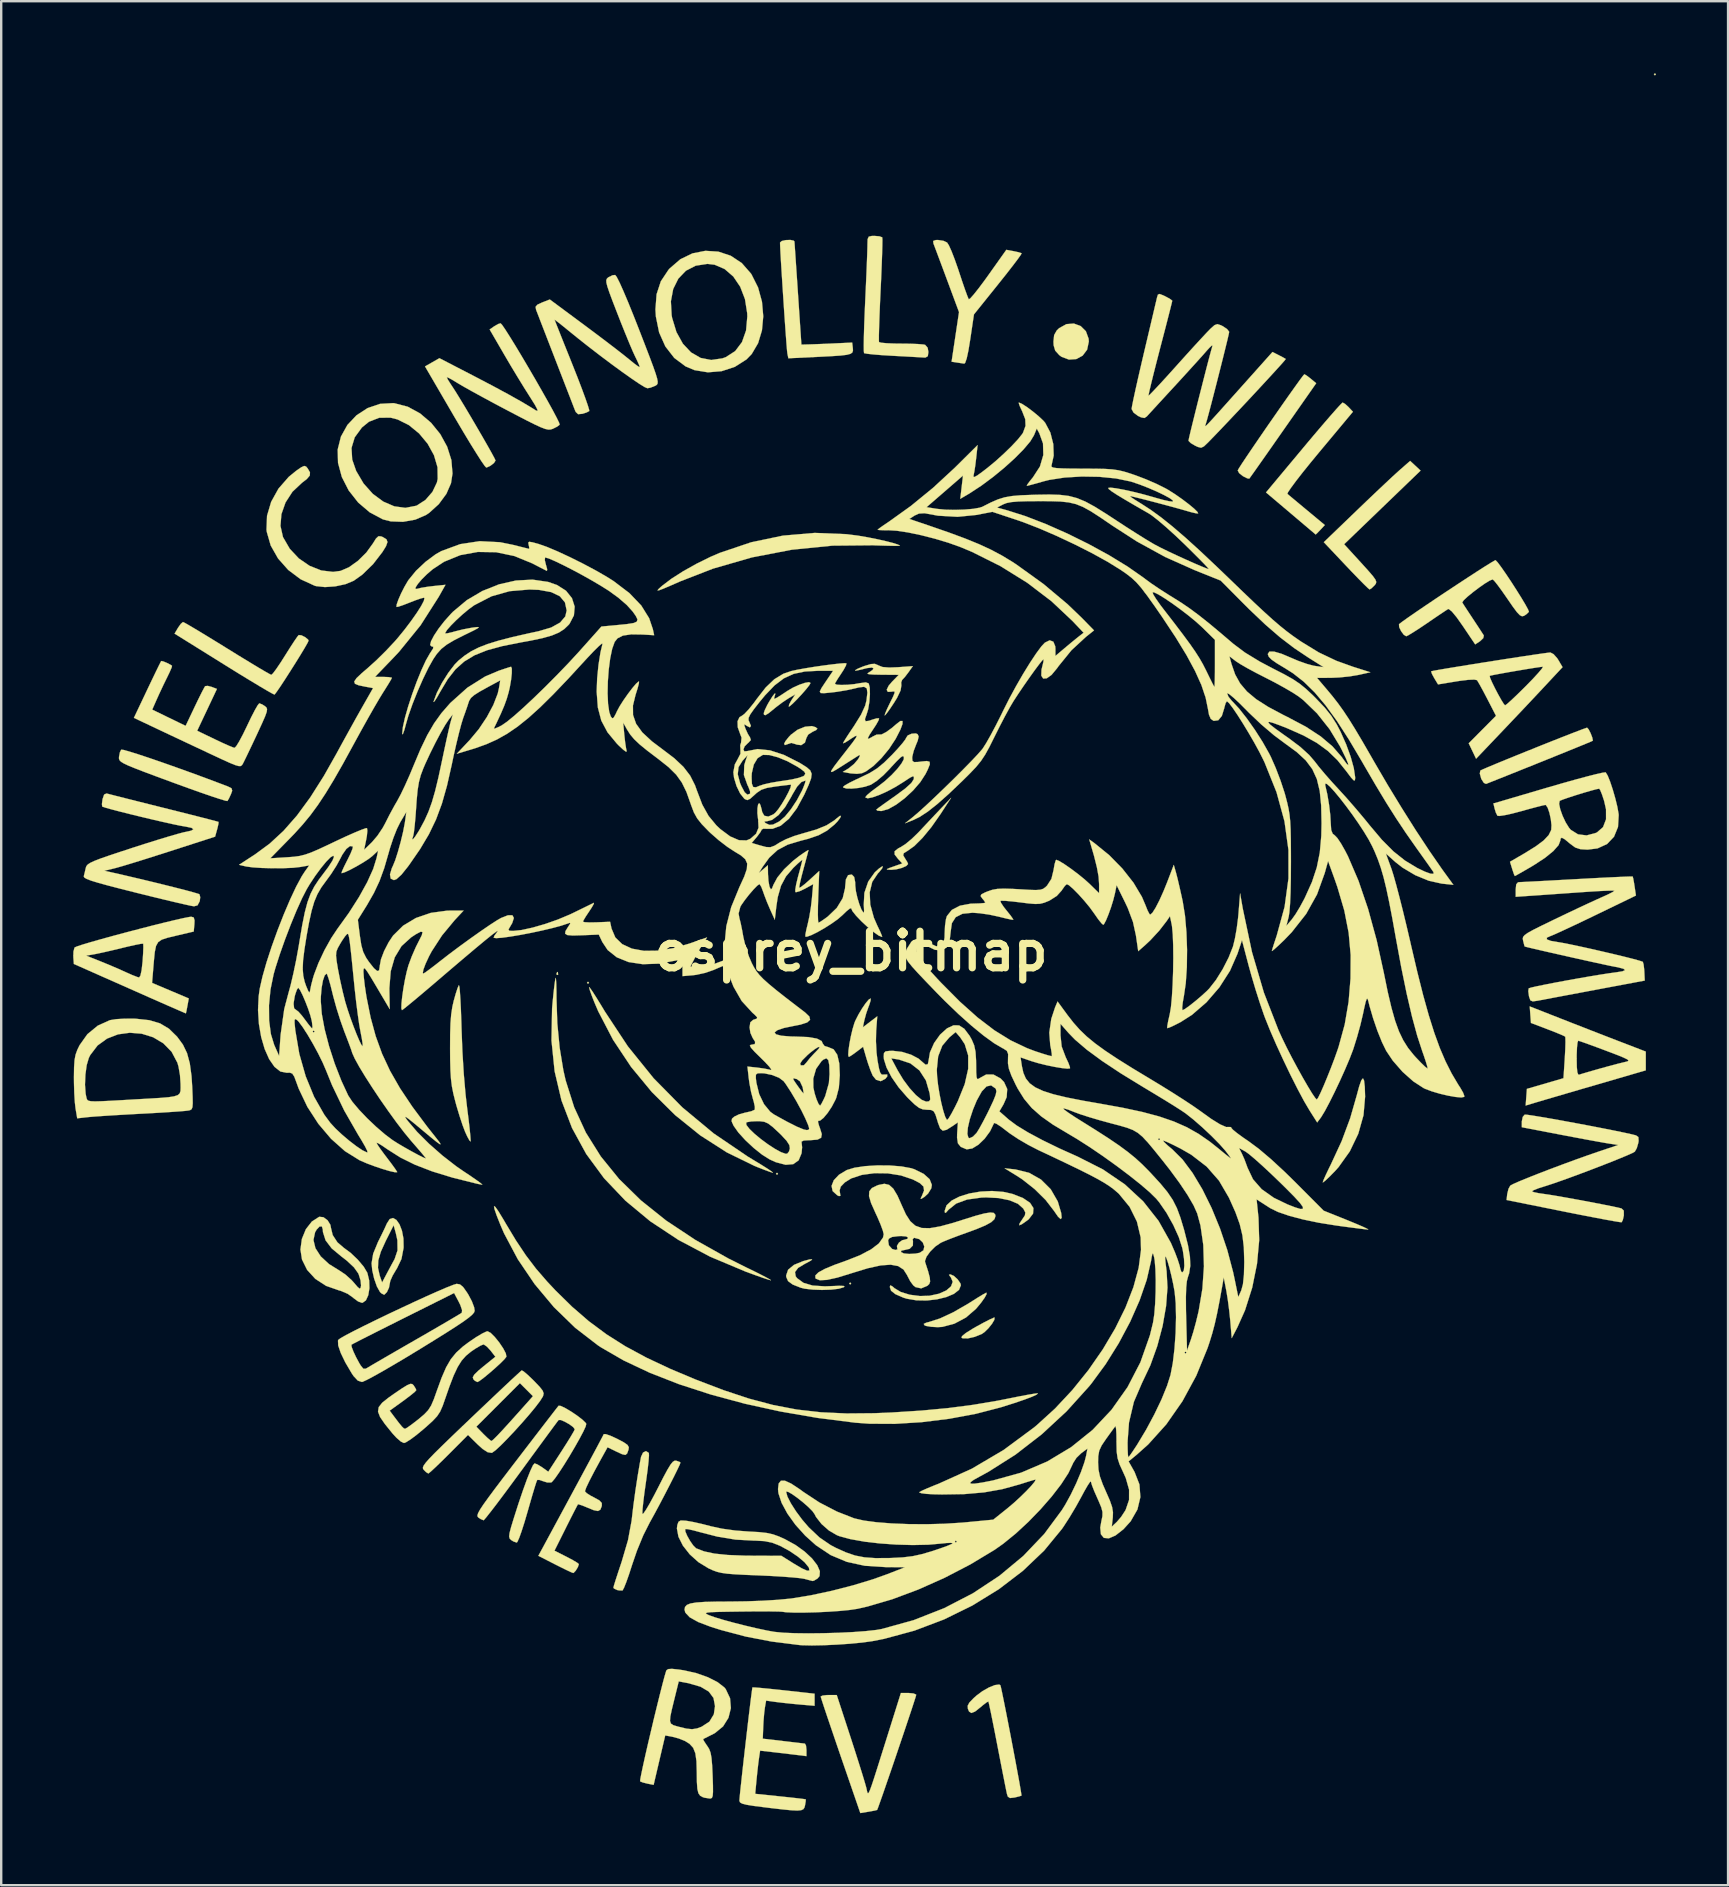
<source format=kicad_pcb>
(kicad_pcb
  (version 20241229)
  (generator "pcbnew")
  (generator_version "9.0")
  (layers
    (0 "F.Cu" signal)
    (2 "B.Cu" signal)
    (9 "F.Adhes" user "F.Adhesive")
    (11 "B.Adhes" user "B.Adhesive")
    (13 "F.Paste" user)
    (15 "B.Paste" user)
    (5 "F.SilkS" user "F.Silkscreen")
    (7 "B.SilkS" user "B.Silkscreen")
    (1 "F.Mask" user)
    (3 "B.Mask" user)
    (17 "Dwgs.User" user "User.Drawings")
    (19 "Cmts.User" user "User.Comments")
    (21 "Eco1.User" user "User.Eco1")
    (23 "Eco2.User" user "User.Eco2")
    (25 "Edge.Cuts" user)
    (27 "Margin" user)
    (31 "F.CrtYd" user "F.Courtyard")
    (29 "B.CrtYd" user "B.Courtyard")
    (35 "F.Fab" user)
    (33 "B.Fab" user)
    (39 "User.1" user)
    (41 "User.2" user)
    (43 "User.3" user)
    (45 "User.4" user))
  (footprint "osprey_bitmap"
    (layer "F.Cu")
    (at 32.412 36.581)
    (property "Reference" "osprey_bitmap" (at 0 0 0) (layer "F.SilkS") (effects (font (size 1.524 1.524) (thickness 0.3))))
    (attr through_hole)
    (fp_poly (pts (xy -10.922 1.312) (xy -10.964 1.355) (xy -11.007 1.312) (xy -10.964 1.27) (xy -10.922 1.312)) (stroke (width 0.01) (type solid)) (fill yes) (layer "F.SilkS"))
    (fp_poly (pts (xy -3.048 9.271) (xy -3.09 9.313) (xy -3.133 9.271) (xy -3.09 9.229) (xy -3.048 9.271)) (stroke (width 0.01) (type solid)) (fill yes) (layer "F.SilkS"))
    (fp_poly (pts (xy 0 13.843) (xy -0.042 13.885) (xy -0.085 13.843) (xy -0.042 13.801) (xy 0 13.843)) (stroke (width 0.01) (type solid)) (fill yes) (layer "F.SilkS"))
    (fp_poly (pts (xy 33.528 -36.534) (xy 33.486 -36.491) (xy 33.443 -36.534) (xy 33.486 -36.576) (xy 33.528 -36.534)) (stroke (width 0.01) (type solid)) (fill yes) (layer "F.SilkS"))
    (fp_poly (pts (xy -12.22 0.875) (xy -12.21 0.975) (xy -12.22 0.988) (xy -12.271 0.976) (xy -12.277 0.931) (xy -12.246 0.862) (xy -12.22 0.875)) (stroke (width 0.01) (type solid)) (fill yes) (layer "F.SilkS"))
    (fp_poly (pts (xy 6.846 9.091) (xy 7.413 9.231) (xy 7.91 9.513) (xy 8.315 9.917) (xy 8.608 10.425) (xy 8.749 10.901) (xy 8.77 11.107) (xy 8.727 11.159) (xy 8.617 11.057) (xy 8.45 10.816) (xy 8.102 10.364) (xy 7.642 9.909) (xy 7.124 9.501) (xy 6.9 9.355) (xy 6.392 9.043) (xy 6.846 9.091)) (stroke (width 0.01) (type solid)) (fill yes) (layer "F.SilkS"))
    (fp_poly (pts (xy 5.965 15.356) (xy 5.868 15.521) (xy 5.718 15.708) (xy 5.553 15.869) (xy 5.444 15.945) (xy 5.146 16.066) (xy 4.862 16.13) (xy 4.648 16.126) (xy 4.598 16.106) (xy 4.617 16.035) (xy 4.78 15.903) (xy 5.079 15.716) (xy 5.221 15.635) (xy 5.531 15.466) (xy 5.781 15.338) (xy 5.938 15.268) (xy 5.975 15.26) (xy 5.965 15.356)) (stroke (width 0.01) (type solid)) (fill yes) (layer "F.SilkS"))
    (fp_poly (pts (xy 9.562 -26.046) (xy 9.779 -25.831) (xy 9.892 -25.521) (xy 9.901 -25.4) (xy 9.83 -25.063) (xy 9.643 -24.814) (xy 9.378 -24.671) (xy 9.072 -24.65) (xy 8.762 -24.767) (xy 8.664 -24.841) (xy 8.5 -25.024) (xy 8.435 -25.244) (xy 8.428 -25.4) (xy 8.456 -25.672) (xy 8.564 -25.863) (xy 8.664 -25.959) (xy 8.967 -26.127) (xy 9.279 -26.151) (xy 9.562 -26.046)) (stroke (width 0.01) (type solid)) (fill yes) (layer "F.SilkS"))
    (fp_poly (pts (xy -1.481 -9.335) (xy -1.407 -9.272) (xy -1.462 -9.211) (xy -1.601 -9.147) (xy -1.79 -9.027) (xy -1.863 -8.89) (xy -1.927 -8.69) (xy -2.083 -8.586) (xy -2.275 -8.61) (xy -2.295 -8.622) (xy -2.495 -8.679) (xy -2.627 -8.635) (xy -2.761 -8.588) (xy -2.794 -8.641) (xy -2.738 -8.754) (xy -2.597 -8.93) (xy -2.513 -9.019) (xy -2.234 -9.228) (xy -1.923 -9.354) (xy -1.635 -9.381) (xy -1.481 -9.335)) (stroke (width 0.01) (type solid)) (fill yes) (layer "F.SilkS"))
    (fp_poly (pts (xy 21.368 5.385) (xy 21.398 5.644) (xy 21.412 6.057) (xy 21.345 6.831) (xy 21.127 7.604) (xy 20.773 8.34) (xy 20.299 9.002) (xy 20.165 9.151) (xy 19.937 9.384) (xy 19.76 9.552) (xy 19.659 9.63) (xy 19.646 9.629) (xy 19.68 9.529) (xy 19.775 9.316) (xy 19.912 9.029) (xy 19.982 8.889) (xy 20.436 7.908) (xy 20.79 6.957) (xy 21.056 6.031) (xy 21.168 5.618) (xy 21.256 5.373) (xy 21.322 5.295) (xy 21.368 5.385)) (stroke (width 0.01) (type solid)) (fill yes) (layer "F.SilkS"))
    (fp_poly (pts (xy 5.643 14.282) (xy 5.562 14.433) (xy 5.411 14.645) (xy 5.214 14.882) (xy 5.195 14.904) (xy 4.783 15.26) (xy 4.3 15.517) (xy 3.801 15.65) (xy 3.603 15.662) (xy 3.331 15.647) (xy 3.121 15.611) (xy 3.058 15.587) (xy 3.022 15.526) (xy 3.136 15.472) (xy 3.227 15.45) (xy 3.697 15.3) (xy 4.255 15.04) (xy 4.874 14.683) (xy 4.975 14.619) (xy 5.257 14.441) (xy 5.482 14.304) (xy 5.615 14.231) (xy 5.634 14.224) (xy 5.643 14.282)) (stroke (width 0.01) (type solid)) (fill yes) (layer "F.SilkS"))
    (fp_poly (pts (xy 23.506 -20.227) (xy 23.723 -20.024) (xy 22.13 -18.49) (xy 20.538 -16.957) (xy 21.246 -16.183) (xy 21.539 -15.859) (xy 21.732 -15.636) (xy 21.84 -15.486) (xy 21.877 -15.386) (xy 21.858 -15.311) (xy 21.801 -15.239) (xy 21.671 -15.115) (xy 21.598 -15.073) (xy 21.526 -15.132) (xy 21.359 -15.294) (xy 21.118 -15.538) (xy 20.823 -15.844) (xy 20.62 -16.058) (xy 19.691 -17.042) (xy 21.043 -18.343) (xy 21.469 -18.752) (xy 21.883 -19.146) (xy 22.26 -19.501) (xy 22.573 -19.794) (xy 22.799 -19.999) (xy 22.841 -20.037) (xy 23.288 -20.429) (xy 23.506 -20.227)) (stroke (width 0.01) (type solid)) (fill yes) (layer "F.SilkS"))
    (fp_poly (pts (xy -1.673 12.886) (xy -1.879 12.998) (xy -1.919 13.017) (xy -2.211 13.193) (xy -2.34 13.366) (xy -2.31 13.545) (xy -2.251 13.623) (xy -1.986 13.816) (xy -1.606 13.928) (xy -1.096 13.961) (xy -0.828 13.951) (xy -0.492 13.938) (xy -0.312 13.945) (xy -0.277 13.976) (xy -0.308 13.999) (xy -0.516 14.061) (xy -0.837 14.099) (xy -1.217 14.111) (xy -1.601 14.098) (xy -1.936 14.059) (xy -2.098 14.02) (xy -2.434 13.887) (xy -2.628 13.745) (xy -2.705 13.572) (xy -2.709 13.507) (xy -2.627 13.268) (xy -2.382 13.066) (xy -1.998 12.91) (xy -1.734 12.84) (xy -1.626 12.833) (xy -1.673 12.886)) (stroke (width 0.01) (type solid)) (fill yes) (layer "F.SilkS"))
    (fp_poly (pts (xy 4.278 13.526) (xy 4.439 13.674) (xy 4.553 13.841) (xy 4.572 13.915) (xy 4.493 14.108) (xy 4.279 14.275) (xy 3.962 14.409) (xy 3.574 14.503) (xy 3.149 14.551) (xy 2.719 14.544) (xy 2.316 14.476) (xy 2.168 14.43) (xy 1.842 14.287) (xy 1.662 14.144) (xy 1.609 13.987) (xy 1.632 13.918) (xy 1.723 13.966) (xy 1.799 14.035) (xy 2.064 14.195) (xy 2.438 14.31) (xy 2.865 14.365) (xy 3.265 14.353) (xy 3.659 14.268) (xy 3.964 14.132) (xy 4.16 13.961) (xy 4.23 13.774) (xy 4.154 13.587) (xy 4.132 13.564) (xy 4.073 13.48) (xy 4.132 13.462) (xy 4.278 13.526)) (stroke (width 0.01) (type solid)) (fill yes) (layer "F.SilkS"))
    (fp_poly (pts (xy 18.968 -23.99) (xy 19.125 -23.871) (xy 19.148 -23.852) (xy 19.374 -23.664) (xy 17.996 -21.694) (xy 17.64 -21.185) (xy 17.316 -20.722) (xy 17.036 -20.324) (xy 16.813 -20.007) (xy 16.659 -19.791) (xy 16.588 -19.693) (xy 16.584 -19.689) (xy 16.497 -19.704) (xy 16.331 -19.788) (xy 16.316 -19.797) (xy 16.162 -19.921) (xy 16.105 -20.03) (xy 16.106 -20.035) (xy 16.158 -20.128) (xy 16.292 -20.336) (xy 16.492 -20.636) (xy 16.744 -21.008) (xy 17.032 -21.429) (xy 17.342 -21.88) (xy 17.66 -22.337) (xy 17.969 -22.781) (xy 18.256 -23.189) (xy 18.506 -23.54) (xy 18.703 -23.813) (xy 18.833 -23.986) (xy 18.881 -24.039) (xy 18.968 -23.99)) (stroke (width 0.01) (type solid)) (fill yes) (layer "F.SilkS"))
    (fp_poly (pts (xy -10.882 1.529) (xy -10.77 1.689) (xy -10.603 1.951) (xy -10.393 2.292) (xy -10.266 2.504) (xy -9.304 3.962) (xy -8.229 5.293) (xy -7.038 6.502) (xy -5.73 7.589) (xy -4.301 8.559) (xy -4.101 8.68) (xy -3.762 8.885) (xy -3.492 9.055) (xy -3.316 9.174) (xy -3.258 9.226) (xy -3.261 9.227) (xy -3.373 9.196) (xy -3.599 9.114) (xy -3.898 8.997) (xy -4.024 8.946) (xy -5.179 8.382) (xy -6.289 7.67) (xy -7.336 6.826) (xy -8.302 5.869) (xy -9.17 4.818) (xy -9.921 3.689) (xy -10.539 2.502) (xy -10.702 2.121) (xy -10.813 1.837) (xy -10.892 1.611) (xy -10.922 1.492) (xy -10.922 1.491) (xy -10.882 1.529)) (stroke (width 0.01) (type solid)) (fill yes) (layer "F.SilkS"))
    (fp_poly (pts (xy 3.722 -5.715) (xy 3.343 -5.174) (xy 2.972 -4.723) (xy 2.629 -4.382) (xy 2.347 -4.181) (xy 2.191 -4.085) (xy 2.168 -3.996) (xy 2.241 -3.872) (xy 2.338 -3.717) (xy 2.371 -3.635) (xy 2.296 -3.553) (xy 2.113 -3.472) (xy 1.879 -3.412) (xy 1.668 -3.393) (xy 1.511 -3.4) (xy 1.485 -3.421) (xy 1.6 -3.471) (xy 1.763 -3.529) (xy 2.129 -3.659) (xy 1.954 -3.846) (xy 1.81 -4.031) (xy 1.809 -4.164) (xy 1.959 -4.285) (xy 2.069 -4.341) (xy 2.27 -4.471) (xy 2.528 -4.686) (xy 2.792 -4.942) (xy 2.819 -4.97) (xy 3.121 -5.292) (xy 3.455 -5.647) (xy 3.72 -5.927) (xy 4.163 -6.392) (xy 3.722 -5.715)) (stroke (width 0.01) (type solid)) (fill yes) (layer "F.SilkS"))
    (fp_poly (pts (xy -30.319 -8.388) (xy -30.085 -8.324) (xy -29.732 -8.214) (xy -29.279 -8.064) (xy -28.745 -7.881) (xy -28.15 -7.671) (xy -27.513 -7.442) (xy -26.853 -7.199) (xy -26.19 -6.95) (xy -25.972 -6.867) (xy -25.815 -6.789) (xy -25.788 -6.687) (xy -25.84 -6.543) (xy -25.926 -6.359) (xy -25.988 -6.258) (xy -26.076 -6.274) (xy -26.303 -6.342) (xy -26.647 -6.455) (xy -27.088 -6.607) (xy -27.605 -6.791) (xy -28.179 -7) (xy -28.279 -7.036) (xy -28.934 -7.278) (xy -29.447 -7.47) (xy -29.835 -7.62) (xy -30.116 -7.735) (xy -30.306 -7.825) (xy -30.423 -7.897) (xy -30.483 -7.96) (xy -30.505 -8.022) (xy -30.505 -8.09) (xy -30.505 -8.094) (xy -30.466 -8.292) (xy -30.413 -8.398) (xy -30.319 -8.388)) (stroke (width 0.01) (type solid)) (fill yes) (layer "F.SilkS"))
    (fp_poly (pts (xy -0.197 -17.376) (xy 0.277 -17.316) (xy 0.664 -17.25) (xy 1.059 -17.172) (xy 1.429 -17.089) (xy 1.738 -17.01) (xy 1.95 -16.943) (xy 2.032 -16.897) (xy 2.032 -16.896) (xy 1.953 -16.889) (xy 1.735 -16.89) (xy 1.411 -16.897) (xy 1.01 -16.909) (xy 0.909 -16.913) (xy -0.784 -16.898) (xy -2.475 -16.728) (xy -4.141 -16.407) (xy -5.755 -15.941) (xy -7.112 -15.414) (xy -7.543 -15.225) (xy -7.835 -15.101) (xy -8.005 -15.038) (xy -8.068 -15.031) (xy -8.039 -15.078) (xy -7.936 -15.173) (xy -7.874 -15.227) (xy -7.492 -15.517) (xy -6.998 -15.833) (xy -6.437 -16.147) (xy -5.858 -16.432) (xy -5.475 -16.597) (xy -4.168 -17.038) (xy -2.845 -17.315) (xy -1.517 -17.429) (xy -0.197 -17.376)) (stroke (width 0.01) (type solid)) (fill yes) (layer "F.SilkS"))
    (fp_poly (pts (xy 6.348 10.027) (xy 6.711 10.108) (xy 7.155 10.28) (xy 7.451 10.48) (xy 7.593 10.7) (xy 7.578 10.931) (xy 7.4 11.163) (xy 7.337 11.214) (xy 7.109 11.375) (xy 7.002 11.418) (xy 7.014 11.342) (xy 7.122 11.18) (xy 7.238 11.005) (xy 7.256 10.884) (xy 7.181 10.739) (xy 7.166 10.717) (xy 6.948 10.522) (xy 6.597 10.375) (xy 6.144 10.283) (xy 5.621 10.256) (xy 5.426 10.263) (xy 4.83 10.345) (xy 4.375 10.512) (xy 4.057 10.768) (xy 4.045 10.783) (xy 3.94 10.9) (xy 3.902 10.885) (xy 3.897 10.812) (xy 3.973 10.586) (xy 4.189 10.386) (xy 4.515 10.219) (xy 4.923 10.092) (xy 5.384 10.013) (xy 5.868 9.989) (xy 6.348 10.027)) (stroke (width 0.01) (type solid)) (fill yes) (layer "F.SilkS"))
    (fp_poly (pts (xy 20.577 -22.804) (xy 20.723 -22.67) (xy 20.725 -22.668) (xy 20.905 -22.477) (xy 19.503 -20.797) (xy 19.129 -20.343) (xy 18.797 -19.931) (xy 18.523 -19.578) (xy 18.319 -19.302) (xy 18.199 -19.122) (xy 18.174 -19.056) (xy 18.264 -18.979) (xy 18.456 -18.819) (xy 18.72 -18.599) (xy 18.99 -18.374) (xy 19.734 -17.756) (xy 19.547 -17.556) (xy 19.417 -17.421) (xy 19.354 -17.362) (xy 19.353 -17.362) (xy 19.289 -17.416) (xy 19.119 -17.56) (xy 18.863 -17.777) (xy 18.543 -18.048) (xy 18.315 -18.241) (xy 17.283 -19.115) (xy 18.845 -20.988) (xy 19.247 -21.467) (xy 19.616 -21.901) (xy 19.937 -22.273) (xy 20.195 -22.567) (xy 20.377 -22.767) (xy 20.469 -22.857) (xy 20.476 -22.86) (xy 20.577 -22.804)) (stroke (width 0.01) (type solid)) (fill yes) (layer "F.SilkS"))
    (fp_poly (pts (xy 30.724 -9.245) (xy 30.806 -9.086) (xy 30.875 -8.908) (xy 30.9 -8.785) (xy 30.894 -8.768) (xy 30.81 -8.73) (xy 30.588 -8.637) (xy 30.245 -8.497) (xy 29.801 -8.316) (xy 29.274 -8.103) (xy 28.682 -7.864) (xy 28.044 -7.608) (xy 27.378 -7.341) (xy 26.703 -7.072) (xy 26.449 -6.971) (xy 26.358 -7.015) (xy 26.258 -7.17) (xy 26.247 -7.197) (xy 26.19 -7.403) (xy 26.212 -7.526) (xy 26.213 -7.528) (xy 26.306 -7.573) (xy 26.532 -7.671) (xy 26.865 -7.81) (xy 27.281 -7.981) (xy 27.755 -8.174) (xy 28.262 -8.379) (xy 28.778 -8.586) (xy 29.277 -8.785) (xy 29.735 -8.965) (xy 30.127 -9.118) (xy 30.428 -9.233) (xy 30.613 -9.3) (xy 30.66 -9.314) (xy 30.724 -9.245)) (stroke (width 0.01) (type solid)) (fill yes) (layer "F.SilkS"))
    (fp_poly (pts (xy -1.693 -11.176) (xy -1.745 -11.083) (xy -1.878 -10.914) (xy -2.059 -10.707) (xy -2.255 -10.496) (xy -2.433 -10.318) (xy -2.559 -10.208) (xy -2.6 -10.192) (xy -2.585 -10.28) (xy -2.497 -10.445) (xy -2.483 -10.466) (xy -2.329 -10.702) (xy -2.611 -10.537) (xy -2.855 -10.376) (xy -3.127 -10.171) (xy -3.217 -10.097) (xy -3.445 -9.912) (xy -3.575 -9.834) (xy -3.632 -9.854) (xy -3.641 -9.92) (xy -3.6 -10.045) (xy -3.498 -10.256) (xy -3.425 -10.385) (xy -3.279 -10.62) (xy -3.186 -10.738) (xy -3.157 -10.73) (xy -3.192 -10.612) (xy -3.214 -10.536) (xy -3.186 -10.518) (xy -3.084 -10.568) (xy -2.884 -10.695) (xy -2.665 -10.842) (xy -2.424 -10.983) (xy -2.164 -11.101) (xy -1.927 -11.182) (xy -1.756 -11.211) (xy -1.693 -11.176)) (stroke (width 0.01) (type solid)) (fill yes) (layer "F.SilkS"))
    (fp_poly (pts (xy -16.323 1.474) (xy -16.302 1.681) (xy -16.28 2.011) (xy -16.259 2.443) (xy -16.241 2.952) (xy -16.233 3.234) (xy -16.197 4.182) (xy -16.14 5.109) (xy -16.066 5.962) (xy -16.003 6.507) (xy -15.945 6.971) (xy -15.898 7.373) (xy -15.867 7.685) (xy -15.854 7.878) (xy -15.858 7.927) (xy -15.908 7.877) (xy -15.999 7.71) (xy -16.084 7.524) (xy -16.192 7.24) (xy -16.318 6.858) (xy -16.443 6.442) (xy -16.489 6.272) (xy -16.574 5.936) (xy -16.634 5.633) (xy -16.673 5.323) (xy -16.696 4.962) (xy -16.708 4.507) (xy -16.711 4.064) (xy -16.708 3.466) (xy -16.694 3) (xy -16.664 2.63) (xy -16.617 2.32) (xy -16.561 2.074) (xy -16.477 1.774) (xy -16.4 1.539) (xy -16.346 1.417) (xy -16.343 1.414) (xy -16.323 1.474)) (stroke (width 0.01) (type solid)) (fill yes) (layer "F.SilkS"))
    (fp_poly (pts (xy 1.608 8.926) (xy 2.095 8.965) (xy 2.498 9.039) (xy 2.633 9.083) (xy 3.022 9.276) (xy 3.268 9.497) (xy 3.361 9.733) (xy 3.339 9.876) (xy 3.206 10.093) (xy 3.056 10.233) (xy 2.916 10.319) (xy 2.893 10.3) (xy 2.95 10.185) (xy 3.036 9.968) (xy 3.012 9.804) (xy 2.86 9.66) (xy 2.569 9.508) (xy 2.073 9.341) (xy 1.526 9.254) (xy 0.971 9.247) (xy 0.449 9.317) (xy 0.005 9.463) (xy -0.261 9.628) (xy -0.434 9.806) (xy -0.482 9.966) (xy -0.469 10.05) (xy -0.447 10.191) (xy -0.51 10.201) (xy -0.584 10.165) (xy -0.773 9.992) (xy -0.817 9.776) (xy -0.725 9.541) (xy -0.507 9.311) (xy -0.183 9.116) (xy 0.141 9.018) (xy 0.581 8.953) (xy 1.087 8.922) (xy 1.608 8.926)) (stroke (width 0.01) (type solid)) (fill yes) (layer "F.SilkS"))
    (fp_poly (pts (xy -2.395 -29.606) (xy -2.364 -29.57) (xy -2.357 -29.471) (xy -2.34 -29.227) (xy -2.315 -28.861) (xy -2.284 -28.397) (xy -2.247 -27.857) (xy -2.216 -27.39) (xy -2.074 -25.273) (xy -1.778 -25.281) (xy -1.557 -25.288) (xy -1.226 -25.301) (xy -0.847 -25.317) (xy -0.72 -25.323) (xy 0.042 -25.358) (xy 0.068 -25.132) (xy 0.075 -25.026) (xy 0.05 -24.947) (xy -0.028 -24.89) (xy -0.182 -24.849) (xy -0.434 -24.818) (xy -0.806 -24.793) (xy -1.322 -24.766) (xy -1.414 -24.762) (xy -2.617 -24.704) (xy -2.658 -24.904) (xy -2.672 -25.026) (xy -2.694 -25.289) (xy -2.722 -25.666) (xy -2.755 -26.128) (xy -2.791 -26.647) (xy -2.827 -27.195) (xy -2.863 -27.745) (xy -2.896 -28.268) (xy -2.925 -28.737) (xy -2.947 -29.123) (xy -2.96 -29.399) (xy -2.964 -29.527) (xy -2.892 -29.59) (xy -2.726 -29.628) (xy -2.536 -29.635) (xy -2.395 -29.606)) (stroke (width 0.01) (type solid)) (fill yes) (layer "F.SilkS"))
    (fp_poly (pts (xy -12.298 1.172) (xy -12.286 1.372) (xy -12.279 1.675) (xy -12.277 1.972) (xy -12.243 3.006) (xy -12.145 4.023) (xy -11.99 4.966) (xy -11.895 5.383) (xy -11.54 6.501) (xy -11.054 7.555) (xy -10.432 8.549) (xy -9.669 9.489) (xy -8.761 10.379) (xy -7.702 11.225) (xy -6.488 12.03) (xy -5.115 12.801) (xy -4.372 13.173) (xy -3.987 13.36) (xy -3.672 13.52) (xy -3.45 13.637) (xy -3.346 13.701) (xy -3.344 13.709) (xy -3.452 13.681) (xy -3.685 13.604) (xy -4.008 13.49) (xy -4.389 13.351) (xy -4.406 13.344) (xy -5.87 12.729) (xy -7.193 12.029) (xy -8.373 11.249) (xy -9.408 10.39) (xy -10.297 9.455) (xy -11.038 8.447) (xy -11.629 7.366) (xy -12.069 6.217) (xy -12.355 5.001) (xy -12.486 3.721) (xy -12.461 2.379) (xy -12.444 2.183) (xy -12.405 1.782) (xy -12.367 1.448) (xy -12.335 1.212) (xy -12.314 1.11) (xy -12.313 1.109) (xy -12.298 1.172)) (stroke (width 0.01) (type solid)) (fill yes) (layer "F.SilkS"))
    (fp_poly (pts (xy 0.814 1.971) (xy 0.808 2.064) (xy 0.749 2.249) (xy 0.73 2.294) (xy 0.627 2.587) (xy 0.549 2.876) (xy 0.487 3.169) (xy 0.787 2.94) (xy 1.087 2.711) (xy 1.041 3.326) (xy 1.032 3.751) (xy 1.057 4.223) (xy 1.099 4.561) (xy 1.158 4.879) (xy 1.21 5.06) (xy 1.271 5.137) (xy 1.354 5.14) (xy 1.364 5.138) (xy 1.502 5.134) (xy 1.502 5.219) (xy 1.422 5.317) (xy 1.231 5.414) (xy 1.039 5.356) (xy 0.899 5.185) (xy 0.808 4.972) (xy 0.702 4.674) (xy 0.637 4.465) (xy 0.496 3.98) (xy 0.219 4.191) (xy 0.037 4.323) (xy -0.082 4.397) (xy -0.099 4.403) (xy -0.123 4.328) (xy -0.112 4.132) (xy -0.073 3.858) (xy -0.014 3.547) (xy 0.058 3.244) (xy 0.134 2.991) (xy 0.169 2.902) (xy 0.298 2.646) (xy 0.452 2.387) (xy 0.606 2.163) (xy 0.735 2.011) (xy 0.811 1.969) (xy 0.814 1.971)) (stroke (width 0.01) (type solid)) (fill yes) (layer "F.SilkS"))
    (fp_poly (pts (xy -27.749 -13.673) (xy -27.538 -13.552) (xy -27.225 -13.366) (xy -26.829 -13.126) (xy -26.37 -12.845) (xy -25.999 -12.615) (xy -25.507 -12.311) (xy -25.062 -12.04) (xy -24.684 -11.812) (xy -24.393 -11.641) (xy -24.21 -11.539) (xy -24.156 -11.515) (xy -24.085 -11.582) (xy -23.948 -11.766) (xy -23.765 -12.037) (xy -23.583 -12.324) (xy -23.377 -12.651) (xy -23.2 -12.923) (xy -23.072 -13.108) (xy -23.017 -13.173) (xy -22.905 -13.163) (xy -22.748 -13.085) (xy -22.627 -12.986) (xy -22.606 -12.94) (xy -22.649 -12.846) (xy -22.765 -12.643) (xy -22.935 -12.36) (xy -23.14 -12.029) (xy -23.361 -11.679) (xy -23.577 -11.342) (xy -23.771 -11.046) (xy -23.923 -10.824) (xy -24.013 -10.705) (xy -24.027 -10.693) (xy -24.111 -10.732) (xy -24.321 -10.85) (xy -24.636 -11.035) (xy -25.039 -11.278) (xy -25.511 -11.566) (xy -26.032 -11.889) (xy -26.138 -11.955) (xy -28.189 -13.233) (xy -28.046 -13.475) (xy -27.93 -13.639) (xy -27.841 -13.715) (xy -27.837 -13.716) (xy -27.749 -13.673)) (stroke (width 0.01) (type solid)) (fill yes) (layer "F.SilkS"))
    (fp_poly (pts (xy 6.215 30.576) (xy 6.239 30.666) (xy 6.289 30.895) (xy 6.359 31.237) (xy 6.445 31.667) (xy 6.541 32.158) (xy 6.643 32.684) (xy 6.745 33.22) (xy 6.843 33.739) (xy 6.931 34.215) (xy 7.006 34.623) (xy 7.06 34.936) (xy 7.091 35.129) (xy 7.095 35.179) (xy 7.003 35.21) (xy 6.816 35.256) (xy 6.805 35.258) (xy 6.616 35.28) (xy 6.526 35.219) (xy 6.493 35.12) (xy 6.463 34.981) (xy 6.407 34.704) (xy 6.33 34.315) (xy 6.237 33.841) (xy 6.134 33.311) (xy 6.094 33.105) (xy 5.991 32.573) (xy 5.897 32.1) (xy 5.818 31.71) (xy 5.758 31.427) (xy 5.723 31.276) (xy 5.717 31.258) (xy 5.644 31.293) (xy 5.49 31.41) (xy 5.395 31.491) (xy 5.16 31.677) (xy 5.008 31.737) (xy 4.911 31.676) (xy 4.863 31.563) (xy 4.853 31.437) (xy 4.924 31.302) (xy 5.098 31.121) (xy 5.217 31.014) (xy 5.47 30.825) (xy 5.741 30.672) (xy 5.986 30.574) (xy 6.163 30.551) (xy 6.215 30.576)) (stroke (width 0.01) (type solid)) (fill yes) (layer "F.SilkS"))
    (fp_poly (pts (xy -18.947 11.194) (xy -18.818 11.377) (xy -18.716 11.641) (xy -18.654 11.965) (xy -18.647 12.328) (xy -18.651 12.376) (xy -18.736 12.821) (xy -18.923 13.212) (xy -18.957 13.265) (xy -19.104 13.513) (xy -19.199 13.728) (xy -19.219 13.821) (xy -19.256 14.017) (xy -19.342 14.201) (xy -19.443 14.304) (xy -19.466 14.309) (xy -19.576 14.251) (xy -19.631 14.196) (xy -19.759 13.968) (xy -19.874 13.642) (xy -19.955 13.286) (xy -19.963 13.192) (xy -19.714 13.192) (xy -19.644 13.504) (xy -19.635 13.533) (xy -19.542 13.798) (xy -19.353 13.44) (xy -19.203 13.16) (xy -19.059 12.894) (xy -19.022 12.827) (xy -18.9 12.465) (xy -18.906 12.039) (xy -18.972 11.74) (xy -19.062 11.415) (xy -19.395 12.077) (xy -19.597 12.522) (xy -19.701 12.879) (xy -19.714 13.192) (xy -19.963 13.192) (xy -19.981 12.998) (xy -19.914 12.599) (xy -19.713 12.111) (xy -19.706 12.098) (xy -19.555 11.794) (xy -19.425 11.523) (xy -19.346 11.346) (xy -19.225 11.157) (xy -19.087 11.113) (xy -18.947 11.194)) (stroke (width 0.01) (type solid)) (fill yes) (layer "F.SilkS"))
    (fp_poly (pts (xy 3.844 -29.598) (xy 3.996 -29.527) (xy 4.07 -29.411) (xy 4.181 -29.166) (xy 4.313 -28.825) (xy 4.455 -28.422) (xy 4.488 -28.321) (xy 4.623 -27.914) (xy 4.743 -27.566) (xy 4.837 -27.308) (xy 4.894 -27.172) (xy 4.901 -27.16) (xy 4.966 -27.204) (xy 5.109 -27.365) (xy 5.313 -27.622) (xy 5.559 -27.951) (xy 5.71 -28.161) (xy 6.464 -29.223) (xy 6.767 -29.167) (xy 6.974 -29.122) (xy 7.095 -29.083) (xy 7.102 -29.078) (xy 7.062 -29.006) (xy 6.931 -28.822) (xy 6.724 -28.549) (xy 6.458 -28.207) (xy 6.147 -27.817) (xy 6.125 -27.789) (xy 5.115 -26.532) (xy 4.962 -25.5) (xy 4.885 -25.028) (xy 4.813 -24.696) (xy 4.749 -24.514) (xy 4.712 -24.481) (xy 4.557 -24.504) (xy 4.399 -24.528) (xy 4.183 -24.561) (xy 4.338 -25.595) (xy 4.493 -26.629) (xy 3.99 -27.983) (xy 3.82 -28.44) (xy 3.667 -28.849) (xy 3.543 -29.181) (xy 3.458 -29.406) (xy 3.428 -29.485) (xy 3.416 -29.591) (xy 3.522 -29.63) (xy 3.615 -29.633) (xy 3.844 -29.598)) (stroke (width 0.01) (type solid)) (fill yes) (layer "F.SilkS"))
    (fp_poly (pts (xy -22.71 -20.195) (xy -22.641 -20.113) (xy -22.548 -19.951) (xy -22.556 -19.817) (xy -22.681 -19.671) (xy -22.884 -19.514) (xy -23.279 -19.142) (xy -23.567 -18.696) (xy -23.738 -18.21) (xy -23.777 -17.72) (xy -23.674 -17.26) (xy -23.669 -17.249) (xy -23.39 -16.768) (xy -23.011 -16.364) (xy -22.563 -16.057) (xy -22.077 -15.864) (xy -21.585 -15.805) (xy -21.273 -15.847) (xy -20.919 -16) (xy -20.545 -16.269) (xy -20.197 -16.614) (xy -19.932 -16.98) (xy -19.797 -17.195) (xy -19.698 -17.288) (xy -19.591 -17.287) (xy -19.51 -17.254) (xy -19.362 -17.164) (xy -19.318 -17.05) (xy -19.379 -16.876) (xy -19.527 -16.635) (xy -19.921 -16.125) (xy -20.365 -15.693) (xy -20.726 -15.435) (xy -21.069 -15.293) (xy -21.492 -15.202) (xy -21.924 -15.172) (xy -22.293 -15.212) (xy -22.353 -15.229) (xy -22.938 -15.498) (xy -23.454 -15.886) (xy -23.877 -16.363) (xy -24.183 -16.902) (xy -24.348 -17.475) (xy -24.359 -17.565) (xy -24.337 -18.144) (xy -24.165 -18.724) (xy -23.859 -19.275) (xy -23.433 -19.763) (xy -23.128 -20.013) (xy -22.913 -20.162) (xy -22.789 -20.219) (xy -22.71 -20.195)) (stroke (width 0.01) (type solid)) (fill yes) (layer "F.SilkS"))
    (fp_poly (pts (xy 1.117 -11.92) (xy 1.14 -11.906) (xy 1.312 -11.841) (xy 1.586 -11.819) (xy 1.944 -11.833) (xy 2.569 -11.878) (xy 2.381 -11.614) (xy 2.242 -11.432) (xy 2.137 -11.318) (xy 2.124 -11.308) (xy 2.084 -11.201) (xy 2.091 -11.072) (xy 2.059 -10.866) (xy 1.91 -10.554) (xy 1.785 -10.351) (xy 1.615 -10.096) (xy 1.479 -9.908) (xy 1.402 -9.823) (xy 1.398 -9.821) (xy 1.41 -9.89) (xy 1.485 -10.07) (xy 1.606 -10.325) (xy 1.615 -10.341) (xy 1.748 -10.613) (xy 1.809 -10.764) (xy 1.801 -10.824) (xy 1.73 -10.822) (xy 1.701 -10.815) (xy 1.527 -10.806) (xy 1.48 -10.893) (xy 1.56 -11.061) (xy 1.7 -11.226) (xy 1.981 -11.515) (xy 1.265 -11.52) (xy 0.925 -11.527) (xy 0.735 -11.542) (xy 0.676 -11.569) (xy 0.729 -11.612) (xy 0.741 -11.618) (xy 0.886 -11.714) (xy 0.931 -11.783) (xy 0.865 -11.82) (xy 0.659 -11.796) (xy 0.318 -11.713) (xy 0.177 -11.686) (xy 0.169 -11.71) (xy 0.273 -11.771) (xy 0.466 -11.852) (xy 0.565 -11.888) (xy 0.821 -11.964) (xy 0.984 -11.974) (xy 1.117 -11.92)) (stroke (width 0.01) (type solid)) (fill yes) (layer "F.SilkS"))
    (fp_poly (pts (xy 2.595 30.922) (xy 2.704 30.968) (xy 2.709 30.982) (xy 2.683 31.076) (xy 2.61 31.305) (xy 2.499 31.645) (xy 2.357 32.07) (xy 2.194 32.557) (xy 2.016 33.082) (xy 1.834 33.621) (xy 1.654 34.148) (xy 1.484 34.64) (xy 1.335 35.073) (xy 1.212 35.422) (xy 1.126 35.663) (xy 1.083 35.771) (xy 1.081 35.775) (xy 0.991 35.8) (xy 0.795 35.837) (xy 0.72 35.85) (xy 0.381 35.906) (xy -0.445 33.509) (xy -0.652 32.904) (xy -0.84 32.351) (xy -1.003 31.871) (xy -1.133 31.483) (xy -1.223 31.207) (xy -1.267 31.064) (xy -1.27 31.05) (xy -1.195 31.011) (xy -1.008 30.989) (xy -0.935 30.988) (xy -0.601 30.988) (xy -0.013 32.787) (xy 0.162 33.328) (xy 0.322 33.831) (xy 0.459 34.269) (xy 0.563 34.612) (xy 0.626 34.835) (xy 0.638 34.883) (xy 0.659 34.984) (xy 0.678 35.057) (xy 0.701 35.084) (xy 0.734 35.053) (xy 0.783 34.947) (xy 0.854 34.752) (xy 0.953 34.454) (xy 1.086 34.037) (xy 1.259 33.487) (xy 1.453 32.872) (xy 2.071 30.903) (xy 2.39 30.903) (xy 2.595 30.922)) (stroke (width 0.01) (type solid)) (fill yes) (layer "F.SilkS"))
    (fp_poly (pts (xy 1.174 -29.786) (xy 1.29 -29.745) (xy 1.295 -29.739) (xy 1.301 -29.64) (xy 1.298 -29.396) (xy 1.288 -29.03) (xy 1.271 -28.565) (xy 1.249 -28.025) (xy 1.227 -27.559) (xy 1.2 -26.977) (xy 1.179 -26.45) (xy 1.164 -26.004) (xy 1.155 -25.661) (xy 1.155 -25.445) (xy 1.16 -25.379) (xy 1.254 -25.352) (xy 1.48 -25.331) (xy 1.802 -25.318) (xy 2.072 -25.315) (xy 2.453 -25.311) (xy 2.778 -25.298) (xy 3.006 -25.279) (xy 3.083 -25.264) (xy 3.187 -25.143) (xy 3.217 -24.968) (xy 3.194 -24.792) (xy 3.097 -24.735) (xy 3.027 -24.736) (xy 2.873 -24.745) (xy 2.589 -24.761) (xy 2.212 -24.782) (xy 1.782 -24.805) (xy 1.712 -24.809) (xy 1.293 -24.834) (xy 0.936 -24.863) (xy 0.676 -24.891) (xy 0.545 -24.915) (xy 0.537 -24.92) (xy 0.526 -25.015) (xy 0.524 -25.256) (xy 0.53 -25.619) (xy 0.543 -26.079) (xy 0.564 -26.614) (xy 0.582 -27.027) (xy 0.609 -27.622) (xy 0.634 -28.18) (xy 0.654 -28.673) (xy 0.669 -29.071) (xy 0.677 -29.347) (xy 0.678 -29.443) (xy 0.685 -29.668) (xy 0.733 -29.772) (xy 0.861 -29.801) (xy 0.969 -29.803) (xy 1.174 -29.786)) (stroke (width 0.01) (type solid)) (fill yes) (layer "F.SilkS"))
    (fp_poly (pts (xy -19.026 -22.83) (xy -18.475 -22.687) (xy -17.961 -22.408) (xy -17.504 -22.019) (xy -17.121 -21.548) (xy -16.832 -21.02) (xy -16.656 -20.463) (xy -16.61 -19.902) (xy -16.672 -19.498) (xy -16.865 -19.056) (xy -17.18 -18.628) (xy -17.578 -18.267) (xy -17.715 -18.175) (xy -18.16 -17.982) (xy -18.671 -17.891) (xy -19.18 -17.909) (xy -19.507 -17.992) (xy -20.057 -18.284) (xy -20.539 -18.695) (xy -20.934 -19.196) (xy -21.22 -19.756) (xy -21.379 -20.345) (xy -21.394 -20.897) (xy -21.376 -20.97) (xy -20.817 -20.97) (xy -20.789 -20.487) (xy -20.624 -20.012) (xy -20.314 -19.486) (xy -19.93 -19.056) (xy -19.496 -18.735) (xy -19.035 -18.536) (xy -18.571 -18.473) (xy -18.126 -18.559) (xy -18.093 -18.572) (xy -17.738 -18.801) (xy -17.445 -19.139) (xy -17.259 -19.53) (xy -17.227 -19.676) (xy -17.234 -20.164) (xy -17.381 -20.664) (xy -17.645 -21.144) (xy -18.002 -21.573) (xy -18.428 -21.921) (xy -18.9 -22.156) (xy -19.189 -22.23) (xy -19.662 -22.227) (xy -20.089 -22.061) (xy -20.384 -21.821) (xy -20.683 -21.412) (xy -20.817 -20.97) (xy -21.376 -20.97) (xy -21.258 -21.442) (xy -20.988 -21.927) (xy -20.608 -22.33) (xy -20.146 -22.63) (xy -19.626 -22.806) (xy -19.077 -22.836) (xy -19.026 -22.83)) (stroke (width 0.01) (type solid)) (fill yes) (layer "F.SilkS"))
    (fp_poly (pts (xy -5.534 -29.147) (xy -5.02 -28.977) (xy -4.558 -28.672) (xy -4.175 -28.234) (xy -4.154 -28.203) (xy -3.879 -27.654) (xy -3.716 -27.06) (xy -3.663 -26.454) (xy -3.717 -25.867) (xy -3.878 -25.333) (xy -4.143 -24.882) (xy -4.359 -24.658) (xy -4.846 -24.348) (xy -5.396 -24.167) (xy -5.97 -24.119) (xy -6.527 -24.21) (xy -6.897 -24.365) (xy -7.371 -24.719) (xy -7.742 -25.197) (xy -8.001 -25.778) (xy -8.137 -26.444) (xy -8.155 -26.741) (xy -8.129 -27.078) (xy -7.511 -27.078) (xy -7.48 -26.5) (xy -7.46 -26.387) (xy -7.279 -25.793) (xy -7.011 -25.31) (xy -6.67 -24.948) (xy -6.272 -24.719) (xy -5.831 -24.633) (xy -5.364 -24.701) (xy -5.221 -24.753) (xy -4.833 -25.003) (xy -4.55 -25.377) (xy -4.379 -25.862) (xy -4.327 -26.444) (xy -4.332 -26.582) (xy -4.425 -27.17) (xy -4.624 -27.686) (xy -4.912 -28.111) (xy -5.273 -28.423) (xy -5.69 -28.602) (xy -5.988 -28.637) (xy -6.477 -28.562) (xy -6.886 -28.351) (xy -7.202 -28.021) (xy -7.415 -27.591) (xy -7.511 -27.078) (xy -8.129 -27.078) (xy -8.107 -27.372) (xy -7.93 -27.912) (xy -7.612 -28.39) (xy -7.566 -28.443) (xy -7.116 -28.831) (xy -6.609 -29.076) (xy -6.073 -29.181) (xy -5.534 -29.147)) (stroke (width 0.01) (type solid)) (fill yes) (layer "F.SilkS"))
    (fp_poly (pts (xy -10.034 20.183) (xy -9.773 20.302) (xy -9.75 20.313) (xy -9.471 20.461) (xy -9.318 20.569) (xy -9.264 20.663) (xy -9.277 20.768) (xy -9.334 20.925) (xy -9.407 20.985) (xy -9.542 20.956) (xy -9.776 20.848) (xy -10.15 20.666) (xy -10.441 21.191) (xy -10.704 21.675) (xy -10.905 22.063) (xy -11.037 22.34) (xy -11.09 22.491) (xy -11.091 22.501) (xy -11.022 22.576) (xy -10.845 22.688) (xy -10.717 22.754) (xy -10.489 22.881) (xy -10.39 22.989) (xy -10.389 23.111) (xy -10.449 23.265) (xy -10.549 23.322) (xy -10.726 23.287) (xy -10.962 23.191) (xy -11.191 23.096) (xy -11.347 23.046) (xy -11.385 23.043) (xy -11.43 23.126) (xy -11.536 23.33) (xy -11.687 23.626) (xy -11.867 23.984) (xy -11.886 24.023) (xy -12.361 24.974) (xy -11.853 25.231) (xy -11.598 25.366) (xy -11.415 25.475) (xy -11.345 25.534) (xy -11.345 25.534) (xy -11.386 25.658) (xy -11.475 25.806) (xy -11.563 25.898) (xy -11.581 25.904) (xy -11.679 25.866) (xy -11.889 25.767) (xy -12.176 25.625) (xy -12.337 25.544) (xy -13.033 25.188) (xy -11.684 22.691) (xy -11.362 22.094) (xy -11.066 21.543) (xy -10.805 21.058) (xy -10.589 20.655) (xy -10.429 20.352) (xy -10.332 20.168) (xy -10.308 20.119) (xy -10.225 20.118) (xy -10.034 20.183)) (stroke (width 0.01) (type solid)) (fill yes) (layer "F.SilkS"))
    (fp_poly (pts (xy -8.432 20.9) (xy -8.429 20.905) (xy -8.424 21.012) (xy -8.442 21.254) (xy -8.48 21.598) (xy -8.536 22.011) (xy -8.555 22.145) (xy -8.616 22.579) (xy -8.663 22.96) (xy -8.693 23.253) (xy -8.7 23.424) (xy -8.698 23.444) (xy -8.653 23.42) (xy -8.546 23.265) (xy -8.391 23.002) (xy -8.202 22.652) (xy -8.062 22.38) (xy -7.829 21.924) (xy -7.655 21.601) (xy -7.527 21.39) (xy -7.43 21.271) (xy -7.351 21.224) (xy -7.284 21.226) (xy -7.146 21.276) (xy -7.112 21.305) (xy -7.149 21.403) (xy -7.252 21.62) (xy -7.403 21.926) (xy -7.589 22.291) (xy -7.793 22.686) (xy -8 23.08) (xy -8.195 23.443) (xy -8.362 23.746) (xy -8.388 23.791) (xy -8.661 24.332) (xy -8.926 24.977) (xy -9.127 25.564) (xy -9.254 25.958) (xy -9.371 26.288) (xy -9.465 26.522) (xy -9.525 26.63) (xy -9.531 26.634) (xy -9.675 26.628) (xy -9.758 26.611) (xy -9.883 26.55) (xy -9.906 26.512) (xy -9.88 26.412) (xy -9.81 26.186) (xy -9.705 25.864) (xy -9.577 25.48) (xy -9.563 25.438) (xy -9.297 24.533) (xy -9.147 23.721) (xy -9.136 23.622) (xy -9.073 23.087) (xy -8.99 22.478) (xy -8.896 21.863) (xy -8.802 21.312) (xy -8.754 21.061) (xy -8.672 20.887) (xy -8.549 20.825) (xy -8.432 20.9)) (stroke (width 0.01) (type solid)) (fill yes) (layer "F.SilkS"))
    (fp_poly (pts (xy 29.565 2.807) (xy 30.122 3.025) (xy 30.737 3.265) (xy 31.344 3.501) (xy 31.876 3.707) (xy 31.983 3.748) (xy 33.105 4.18) (xy 33.105 4.962) (xy 31.009 5.573) (xy 30.417 5.745) (xy 29.857 5.909) (xy 29.356 6.056) (xy 28.942 6.177) (xy 28.643 6.266) (xy 28.507 6.306) (xy 28.1 6.429) (xy 28.126 6.082) (xy 28.152 5.734) (xy 29.676 5.29) (xy 29.731 4.454) (xy 30.226 4.454) (xy 30.232 4.822) (xy 30.254 5.043) (xy 30.294 5.139) (xy 30.332 5.143) (xy 30.456 5.103) (xy 30.701 5.031) (xy 31.024 4.938) (xy 31.2 4.888) (xy 31.573 4.785) (xy 31.918 4.693) (xy 32.179 4.629) (xy 32.247 4.613) (xy 32.351 4.586) (xy 32.385 4.553) (xy 32.333 4.504) (xy 32.175 4.428) (xy 31.895 4.314) (xy 31.474 4.154) (xy 31.443 4.142) (xy 31.042 3.992) (xy 30.697 3.866) (xy 30.441 3.775) (xy 30.303 3.73) (xy 30.29 3.728) (xy 30.261 3.805) (xy 30.239 4.013) (xy 30.227 4.313) (xy 30.226 4.454) (xy 29.731 4.454) (xy 29.731 4.444) (xy 29.751 4.084) (xy 29.759 3.791) (xy 29.755 3.603) (xy 29.746 3.556) (xy 29.653 3.509) (xy 29.441 3.419) (xy 29.147 3.302) (xy 29.013 3.251) (xy 28.321 2.987) (xy 28.295 2.643) (xy 28.27 2.298) (xy 29.565 2.807)) (stroke (width 0.01) (type solid)) (fill yes) (layer "F.SilkS"))
    (fp_poly (pts (xy -21.986 11.081) (xy -21.814 11.209) (xy -21.697 11.398) (xy -21.675 11.519) (xy -21.601 11.825) (xy -21.406 12.125) (xy -21.148 12.348) (xy -20.849 12.57) (xy -20.555 12.851) (xy -20.31 13.141) (xy -20.16 13.393) (xy -20.156 13.404) (xy -20.081 13.716) (xy -20.071 14.038) (xy -20.119 14.329) (xy -20.217 14.545) (xy -20.356 14.645) (xy -20.383 14.647) (xy -20.542 14.591) (xy -20.731 14.452) (xy -20.753 14.43) (xy -20.977 14.272) (xy -21.266 14.149) (xy -21.344 14.128) (xy -21.877 13.941) (xy -22.325 13.65) (xy -22.666 13.277) (xy -22.88 12.845) (xy -22.945 12.426) (xy -22.891 12.03) (xy -22.403 12.03) (xy -22.32 12.372) (xy -22.1 12.713) (xy -21.755 13.033) (xy -21.339 13.291) (xy -21.08 13.463) (xy -20.816 13.699) (xy -20.728 13.796) (xy -20.564 13.987) (xy -20.477 14.059) (xy -20.438 14.024) (xy -20.42 13.927) (xy -20.439 13.716) (xy -20.519 13.461) (xy -20.538 13.419) (xy -20.714 13.171) (xy -21.014 12.89) (xy -21.231 12.723) (xy -21.643 12.38) (xy -21.898 12.044) (xy -22.007 11.701) (xy -22.013 11.595) (xy -22.052 11.465) (xy -22.147 11.468) (xy -22.269 11.595) (xy -22.335 11.71) (xy -22.403 12.03) (xy -22.891 12.03) (xy -22.884 11.983) (xy -22.719 11.581) (xy -22.471 11.262) (xy -22.167 11.066) (xy -22.16 11.064) (xy -21.986 11.081)) (stroke (width 0.01) (type solid)) (fill yes) (layer "F.SilkS"))
    (fp_poly (pts (xy -14.823 10.655) (xy -14.691 10.843) (xy -14.484 11.183) (xy -14.401 11.326) (xy -13.965 12.051) (xy -13.554 12.667) (xy -13.132 13.223) (xy -12.662 13.766) (xy -12.322 14.129) (xy -11.629 14.81) (xy -10.93 15.414) (xy -10.199 15.957) (xy -9.408 16.458) (xy -8.53 16.932) (xy -7.537 17.399) (xy -6.477 17.845) (xy -5.315 18.288) (xy -4.252 18.64) (xy -3.248 18.906) (xy -2.265 19.094) (xy -1.262 19.208) (xy -0.201 19.257) (xy 0.958 19.247) (xy 1.684 19.217) (xy 2.918 19.138) (xy 4.033 19.034) (xy 5.078 18.898) (xy 6.104 18.725) (xy 6.604 18.626) (xy 7.021 18.542) (xy 7.374 18.476) (xy 7.633 18.433) (xy 7.766 18.417) (xy 7.777 18.419) (xy 7.73 18.47) (xy 7.538 18.559) (xy 7.219 18.68) (xy 6.791 18.826) (xy 6.272 18.99) (xy 6.223 19.005) (xy 5.193 19.272) (xy 4.082 19.479) (xy 2.941 19.62) (xy 1.819 19.69) (xy 0.763 19.685) (xy 0.169 19.642) (xy -1.406 19.442) (xy -2.946 19.176) (xy -4.433 18.85) (xy -5.848 18.468) (xy -7.173 18.038) (xy -8.389 17.563) (xy -9.477 17.05) (xy -10.42 16.505) (xy -10.56 16.412) (xy -11.499 15.688) (xy -12.384 14.829) (xy -13.189 13.866) (xy -13.89 12.831) (xy -14.461 11.755) (xy -14.605 11.423) (xy -14.772 11.003) (xy -14.864 10.735) (xy -14.881 10.619) (xy -14.823 10.655)) (stroke (width 0.01) (type solid)) (fill yes) (layer "F.SilkS"))
    (fp_poly (pts (xy -13.643 17.507) (xy -13.478 17.647) (xy -13.261 17.854) (xy -13.212 17.903) (xy -12.981 18.144) (xy -12.854 18.305) (xy -12.812 18.421) (xy -12.835 18.528) (xy -12.85 18.56) (xy -12.965 18.742) (xy -13.164 19.003) (xy -13.424 19.317) (xy -13.721 19.658) (xy -14.033 20.002) (xy -14.336 20.323) (xy -14.606 20.596) (xy -14.822 20.794) (xy -14.959 20.893) (xy -14.978 20.899) (xy -15.145 20.872) (xy -15.354 20.737) (xy -15.571 20.54) (xy -15.964 20.152) (xy -16.765 20.956) (xy -17.063 21.251) (xy -17.319 21.498) (xy -17.509 21.674) (xy -17.609 21.756) (xy -17.617 21.759) (xy -17.708 21.704) (xy -17.807 21.607) (xy -17.838 21.561) (xy -17.842 21.503) (xy -17.807 21.422) (xy -17.722 21.305) (xy -17.577 21.14) (xy -17.359 20.915) (xy -17.057 20.617) (xy -16.661 20.233) (xy -16.217 19.808) (xy -15.616 19.808) (xy -15.327 20.106) (xy -15.149 20.279) (xy -15.019 20.387) (xy -14.983 20.405) (xy -14.909 20.345) (xy -14.746 20.184) (xy -14.521 19.945) (xy -14.265 19.664) (xy -13.984 19.351) (xy -13.73 19.067) (xy -13.532 18.845) (xy -13.429 18.73) (xy -13.259 18.537) (xy -13.53 18.265) (xy -13.802 17.994) (xy -14.709 18.901) (xy -15.616 19.808) (xy -16.217 19.808) (xy -16.158 19.752) (xy -15.862 19.469) (xy -15.368 18.999) (xy -14.913 18.568) (xy -14.511 18.188) (xy -14.177 17.874) (xy -13.924 17.64) (xy -13.769 17.499) (xy -13.725 17.462) (xy -13.643 17.507)) (stroke (width 0.01) (type solid)) (fill yes) (layer "F.SilkS"))
    (fp_poly (pts (xy 29.263 -12.378) (xy 29.414 -12.209) (xy 29.458 -12.141) (xy 29.638 -11.836) (xy 28.836 -10.977) (xy 28.481 -10.598) (xy 28.055 -10.145) (xy 27.603 -9.668) (xy 27.172 -9.214) (xy 27.034 -9.069) (xy 26.035 -8.02) (xy 25.728 -8.664) (xy 26.296 -9.236) (xy 26.865 -9.809) (xy 26.502 -10.514) (xy 26.336 -10.83) (xy 26.194 -11.091) (xy 26.096 -11.258) (xy 26.07 -11.295) (xy 25.955 -11.318) (xy 25.706 -11.307) (xy 25.353 -11.264) (xy 25.225 -11.244) (xy 24.45 -11.117) (xy 24.293 -11.376) (xy 24.24 -11.473) (xy 26.601 -11.473) (xy 26.62 -11.388) (xy 26.702 -11.2) (xy 26.823 -10.954) (xy 26.961 -10.691) (xy 27.093 -10.457) (xy 27.196 -10.294) (xy 27.244 -10.245) (xy 27.324 -10.301) (xy 27.499 -10.457) (xy 27.744 -10.689) (xy 28.036 -10.976) (xy 28.109 -11.049) (xy 28.395 -11.342) (xy 28.621 -11.588) (xy 28.77 -11.764) (xy 28.822 -11.849) (xy 28.817 -11.853) (xy 28.694 -11.84) (xy 28.452 -11.804) (xy 28.129 -11.752) (xy 27.762 -11.69) (xy 27.39 -11.626) (xy 27.051 -11.565) (xy 26.784 -11.515) (xy 26.627 -11.481) (xy 26.601 -11.473) (xy 24.24 -11.473) (xy 24.197 -11.553) (xy 24.163 -11.656) (xy 24.165 -11.663) (xy 24.253 -11.683) (xy 24.483 -11.725) (xy 24.83 -11.784) (xy 25.268 -11.856) (xy 25.772 -11.938) (xy 26.316 -12.025) (xy 26.876 -12.113) (xy 27.426 -12.199) (xy 27.94 -12.278) (xy 28.393 -12.346) (xy 28.759 -12.399) (xy 29.015 -12.434) (xy 29.132 -12.446) (xy 29.263 -12.378)) (stroke (width 0.01) (type solid)) (fill yes) (layer "F.SilkS"))
    (fp_poly (pts (xy -27.39 -1.407) (xy -27.357 -1.285) (xy -27.363 -1.13) (xy -27.39 -0.821) (xy -28.146 -0.643) (xy -28.487 -0.561) (xy -28.721 -0.484) (xy -28.872 -0.38) (xy -28.962 -0.217) (xy -29.014 0.035) (xy -29.051 0.41) (xy -29.07 0.638) (xy -29.126 1.319) (xy -28.362 1.642) (xy -27.597 1.966) (xy -27.653 2.274) (xy -27.691 2.476) (xy -27.716 2.583) (xy -27.718 2.589) (xy -27.795 2.557) (xy -28.008 2.465) (xy -28.337 2.322) (xy -28.764 2.134) (xy -29.27 1.911) (xy -29.835 1.66) (xy -30.057 1.562) (xy -32.385 0.53) (xy -32.407 0.244) (xy -32.406 0.184) (xy -31.872 0.184) (xy -31.282 0.418) (xy -30.905 0.573) (xy -30.512 0.741) (xy -30.226 0.87) (xy -29.963 0.987) (xy -29.756 1.068) (xy -29.667 1.094) (xy -29.613 1.017) (xy -29.563 0.794) (xy -29.524 0.449) (xy -29.52 0.408) (xy -29.499 0.085) (xy -29.49 -0.166) (xy -29.494 -0.303) (xy -29.498 -0.316) (xy -29.587 -0.31) (xy -29.805 -0.269) (xy -30.114 -0.2) (xy -30.364 -0.14) (xy -30.761 -0.044) (xy -31.134 0.042) (xy -31.429 0.105) (xy -31.536 0.126) (xy -31.872 0.184) (xy -32.406 0.184) (xy -32.402 0.014) (xy -32.358 -0.15) (xy -32.355 -0.155) (xy -32.261 -0.199) (xy -32.028 -0.276) (xy -31.68 -0.38) (xy -31.244 -0.504) (xy -30.743 -0.642) (xy -30.204 -0.786) (xy -29.652 -0.931) (xy -29.112 -1.07) (xy -28.609 -1.195) (xy -28.168 -1.301) (xy -27.815 -1.381) (xy -27.574 -1.428) (xy -27.49 -1.437) (xy -27.39 -1.407)) (stroke (width 0.01) (type solid)) (fill yes) (layer "F.SilkS"))
    (fp_poly (pts (xy -4.026 30.672) (xy -3.801 30.69) (xy -3.466 30.722) (xy -3.051 30.765) (xy -2.808 30.791) (xy -1.524 30.933) (xy -1.524 31.436) (xy -2.138 31.384) (xy -2.514 31.348) (xy -2.887 31.308) (xy -3.148 31.276) (xy -3.544 31.221) (xy -3.594 31.506) (xy -3.625 31.754) (xy -3.652 32.082) (xy -3.663 32.3) (xy -3.683 32.807) (xy -2.836 32.905) (xy -2.473 32.948) (xy -2.175 32.983) (xy -1.979 33.006) (xy -1.926 33.012) (xy -1.882 33.092) (xy -1.863 33.273) (xy -1.863 33.277) (xy -1.863 33.534) (xy -2.265 33.484) (xy -2.574 33.447) (xy -2.954 33.402) (xy -3.23 33.37) (xy -3.794 33.306) (xy -3.839 33.608) (xy -3.871 33.85) (xy -3.909 34.185) (xy -3.942 34.507) (xy -3.998 35.104) (xy -2.952 35.212) (xy -2.552 35.254) (xy -2.221 35.291) (xy -1.99 35.319) (xy -1.893 35.334) (xy -1.891 35.334) (xy -1.895 35.417) (xy -1.922 35.581) (xy -1.947 35.678) (xy -1.993 35.745) (xy -2.084 35.786) (xy -2.241 35.801) (xy -2.489 35.79) (xy -2.848 35.755) (xy -3.343 35.698) (xy -3.619 35.664) (xy -4.059 35.608) (xy -4.356 35.56) (xy -4.537 35.514) (xy -4.629 35.462) (xy -4.656 35.398) (xy -4.657 35.388) (xy -4.647 35.264) (xy -4.622 35.004) (xy -4.582 34.635) (xy -4.533 34.182) (xy -4.476 33.673) (xy -4.414 33.132) (xy -4.351 32.587) (xy -4.29 32.063) (xy -4.233 31.587) (xy -4.184 31.184) (xy -4.145 30.882) (xy -4.12 30.705) (xy -4.113 30.671) (xy -4.026 30.672)) (stroke (width 0.01) (type solid)) (fill yes) (layer "F.SilkS"))
    (fp_poly (pts (xy 26.937 -16.198) (xy 27.088 -15.995) (xy 27.282 -15.716) (xy 27.499 -15.391) (xy 27.718 -15.05) (xy 27.922 -14.724) (xy 28.089 -14.444) (xy 28.201 -14.239) (xy 28.237 -14.141) (xy 28.236 -14.139) (xy 28.123 -14.032) (xy 28.03 -13.973) (xy 27.951 -13.955) (xy 27.86 -13.999) (xy 27.738 -14.126) (xy 27.565 -14.358) (xy 27.337 -14.689) (xy 27.116 -15.007) (xy 26.927 -15.265) (xy 26.789 -15.436) (xy 26.727 -15.491) (xy 26.609 -15.446) (xy 26.41 -15.326) (xy 26.166 -15.156) (xy 25.912 -14.964) (xy 25.686 -14.779) (xy 25.523 -14.627) (xy 25.459 -14.536) (xy 25.461 -14.528) (xy 25.53 -14.418) (xy 25.668 -14.207) (xy 25.848 -13.934) (xy 25.908 -13.843) (xy 26.096 -13.558) (xy 26.25 -13.322) (xy 26.345 -13.175) (xy 26.358 -13.154) (xy 26.336 -13.045) (xy 26.206 -12.921) (xy 25.998 -12.784) (xy 25.483 -13.549) (xy 25.223 -13.917) (xy 25.025 -14.156) (xy 24.898 -14.256) (xy 24.867 -14.256) (xy 24.759 -14.186) (xy 24.544 -14.043) (xy 24.256 -13.848) (xy 23.982 -13.66) (xy 23.662 -13.445) (xy 23.39 -13.271) (xy 23.2 -13.157) (xy 23.124 -13.123) (xy 23.021 -13.187) (xy 22.911 -13.336) (xy 22.832 -13.502) (xy 22.823 -13.62) (xy 22.831 -13.631) (xy 22.953 -13.726) (xy 23.186 -13.892) (xy 23.508 -14.115) (xy 23.897 -14.38) (xy 24.331 -14.672) (xy 24.79 -14.978) (xy 25.25 -15.282) (xy 25.691 -15.571) (xy 26.09 -15.831) (xy 26.426 -16.045) (xy 26.677 -16.201) (xy 26.822 -16.284) (xy 26.848 -16.293) (xy 26.937 -16.198)) (stroke (width 0.01) (type solid)) (fill yes) (layer "F.SilkS"))
    (fp_poly (pts (xy -28.663 -12.077) (xy -28.508 -12.013) (xy -28.353 -11.933) (xy -28.294 -11.893) (xy -28.314 -11.812) (xy -28.395 -11.626) (xy -28.483 -11.444) (xy -28.646 -11.111) (xy -28.823 -10.734) (xy -28.91 -10.542) (xy -29.12 -10.067) (xy -28.424 -9.728) (xy -27.728 -9.39) (xy -27.347 -10.192) (xy -27.185 -10.528) (xy -27.046 -10.806) (xy -26.949 -10.989) (xy -26.915 -11.045) (xy -26.806 -11.056) (xy -26.643 -11.013) (xy -26.424 -10.929) (xy -26.835 -10.058) (xy -27.247 -9.186) (xy -26.514 -8.833) (xy -26.188 -8.679) (xy -25.916 -8.558) (xy -25.736 -8.486) (xy -25.689 -8.473) (xy -25.62 -8.543) (xy -25.499 -8.738) (xy -25.344 -9.029) (xy -25.17 -9.386) (xy -25.165 -9.398) (xy -24.993 -9.757) (xy -24.84 -10.052) (xy -24.724 -10.252) (xy -24.66 -10.329) (xy -24.659 -10.329) (xy -24.539 -10.284) (xy -24.424 -10.211) (xy -24.363 -10.157) (xy -24.336 -10.087) (xy -24.35 -9.974) (xy -24.414 -9.793) (xy -24.535 -9.516) (xy -24.719 -9.116) (xy -24.751 -9.047) (xy -24.94 -8.646) (xy -25.111 -8.287) (xy -25.247 -8.005) (xy -25.332 -7.834) (xy -25.341 -7.816) (xy -25.382 -7.751) (xy -25.436 -7.715) (xy -25.524 -7.716) (xy -25.672 -7.759) (xy -25.901 -7.853) (xy -26.235 -8.005) (xy -26.696 -8.22) (xy -26.755 -8.248) (xy -27.278 -8.494) (xy -27.832 -8.755) (xy -28.364 -9.005) (xy -28.819 -9.22) (xy -28.975 -9.294) (xy -29.884 -9.723) (xy -29.329 -10.893) (xy -29.135 -11.3) (xy -28.967 -11.649) (xy -28.838 -11.913) (xy -28.761 -12.066) (xy -28.746 -12.092) (xy -28.663 -12.077)) (stroke (width 0.01) (type solid)) (fill yes) (layer "F.SilkS"))
    (fp_poly (pts (xy -16.299 13.88) (xy -16.167 13.99) (xy -16.006 14.216) (xy -15.948 14.309) (xy -15.802 14.585) (xy -15.708 14.835) (xy -15.686 14.98) (xy -15.712 15.052) (xy -15.788 15.142) (xy -15.928 15.262) (xy -16.145 15.421) (xy -16.455 15.628) (xy -16.87 15.894) (xy -17.405 16.228) (xy -17.949 16.563) (xy -18.512 16.905) (xy -19.035 17.216) (xy -19.499 17.486) (xy -19.886 17.703) (xy -20.176 17.857) (xy -20.351 17.937) (xy -20.385 17.945) (xy -20.554 17.889) (xy -20.732 17.699) (xy -20.809 17.584) (xy -21.076 17.13) (xy -21.266 16.737) (xy -21.371 16.428) (xy -21.372 16.393) (xy -20.822 16.393) (xy -20.811 16.485) (xy -20.739 16.675) (xy -20.626 16.916) (xy -20.495 17.158) (xy -20.435 17.257) (xy -20.327 17.39) (xy -20.219 17.39) (xy -20.124 17.336) (xy -20.001 17.262) (xy -19.753 17.117) (xy -19.404 16.914) (xy -18.975 16.666) (xy -18.49 16.386) (xy -18.119 16.173) (xy -17.614 15.882) (xy -17.156 15.616) (xy -16.767 15.389) (xy -16.468 15.212) (xy -16.278 15.098) (xy -16.221 15.06) (xy -16.212 14.95) (xy -16.283 14.742) (xy -16.344 14.616) (xy -16.543 14.24) (xy -18.665 15.3) (xy -19.216 15.576) (xy -19.717 15.828) (xy -20.147 16.045) (xy -20.488 16.218) (xy -20.718 16.337) (xy -20.819 16.392) (xy -20.822 16.393) (xy -21.372 16.393) (xy -21.381 16.224) (xy -21.366 16.189) (xy -21.269 16.118) (xy -21.039 15.988) (xy -20.702 15.812) (xy -20.278 15.599) (xy -19.793 15.362) (xy -19.269 15.109) (xy -18.728 14.854) (xy -18.195 14.605) (xy -17.692 14.375) (xy -17.242 14.175) (xy -16.868 14.014) (xy -16.594 13.905) (xy -16.442 13.858) (xy -16.434 13.857) (xy -16.299 13.88)) (stroke (width 0.01) (type solid)) (fill yes) (layer "F.SilkS"))
    (fp_poly (pts (xy -14.541 -26.092) (xy -14.407 -25.896) (xy -14.217 -25.598) (xy -13.984 -25.22) (xy -13.722 -24.784) (xy -13.444 -24.313) (xy -13.162 -23.83) (xy -12.891 -23.357) (xy -12.642 -22.917) (xy -12.43 -22.533) (xy -12.268 -22.226) (xy -12.168 -22.02) (xy -12.144 -21.938) (xy -12.248 -21.857) (xy -12.43 -21.766) (xy -12.519 -21.738) (xy -12.618 -21.733) (xy -12.748 -21.761) (xy -12.932 -21.831) (xy -13.19 -21.95) (xy -13.544 -22.127) (xy -14.015 -22.372) (xy -14.316 -22.53) (xy -14.83 -22.802) (xy -15.321 -23.067) (xy -15.76 -23.307) (xy -16.117 -23.507) (xy -16.362 -23.65) (xy -16.404 -23.676) (xy -16.634 -23.815) (xy -16.795 -23.899) (xy -16.849 -23.911) (xy -16.805 -23.82) (xy -16.693 -23.639) (xy -16.607 -23.51) (xy -16.48 -23.314) (xy -16.301 -23.023) (xy -16.083 -22.663) (xy -15.844 -22.26) (xy -15.599 -21.842) (xy -15.362 -21.434) (xy -15.15 -21.064) (xy -14.978 -20.758) (xy -14.862 -20.543) (xy -14.817 -20.444) (xy -14.817 -20.443) (xy -14.882 -20.341) (xy -15.027 -20.228) (xy -15.176 -20.158) (xy -15.206 -20.153) (xy -15.27 -20.223) (xy -15.408 -20.421) (xy -15.606 -20.73) (xy -15.855 -21.13) (xy -16.141 -21.604) (xy -16.454 -22.134) (xy -16.527 -22.258) (xy -17.755 -24.365) (xy -17.455 -24.536) (xy -17.155 -24.708) (xy -15.753 -23.983) (xy -14.947 -23.561) (xy -14.276 -23.199) (xy -13.721 -22.887) (xy -13.263 -22.613) (xy -13.137 -22.533) (xy -13.067 -22.508) (xy -13.077 -22.578) (xy -13.172 -22.758) (xy -13.36 -23.059) (xy -13.399 -23.12) (xy -13.625 -23.478) (xy -13.9 -23.926) (xy -14.19 -24.407) (xy -14.459 -24.865) (xy -14.461 -24.869) (xy -15.062 -25.904) (xy -14.878 -26.033) (xy -14.709 -26.131) (xy -14.606 -26.162) (xy -14.541 -26.092)) (stroke (width 0.01) (type solid)) (fill yes) (layer "F.SilkS"))
    (fp_poly (pts (xy 28.163 6.813) (xy 28.405 6.848) (xy 28.761 6.907) (xy 29.204 6.983) (xy 29.707 7.074) (xy 30.245 7.173) (xy 30.791 7.276) (xy 31.318 7.378) (xy 31.8 7.474) (xy 32.211 7.559) (xy 32.524 7.628) (xy 32.699 7.672) (xy 32.797 7.743) (xy 32.807 7.904) (xy 32.794 7.985) (xy 32.731 8.203) (xy 32.649 8.35) (xy 32.649 8.35) (xy 32.541 8.41) (xy 32.301 8.516) (xy 31.957 8.658) (xy 31.536 8.827) (xy 31.066 9.01) (xy 30.575 9.197) (xy 30.089 9.378) (xy 29.637 9.542) (xy 29.245 9.679) (xy 28.943 9.778) (xy 28.893 9.793) (xy 28.623 9.879) (xy 28.432 9.955) (xy 28.363 10) (xy 28.44 10.037) (xy 28.638 10.079) (xy 28.844 10.109) (xy 29.067 10.141) (xy 29.409 10.198) (xy 29.833 10.272) (xy 30.305 10.358) (xy 30.787 10.448) (xy 31.244 10.536) (xy 31.639 10.615) (xy 31.937 10.677) (xy 32.095 10.716) (xy 32.189 10.806) (xy 32.191 11.009) (xy 32.149 11.197) (xy 32.1 11.291) (xy 32.006 11.282) (xy 31.768 11.243) (xy 31.407 11.178) (xy 30.944 11.09) (xy 30.401 10.985) (xy 29.799 10.866) (xy 29.676 10.841) (xy 27.305 10.364) (xy 27.333 10.114) (xy 27.385 9.899) (xy 27.46 9.765) (xy 27.571 9.703) (xy 27.816 9.594) (xy 28.17 9.448) (xy 28.607 9.275) (xy 29.102 9.084) (xy 29.63 8.886) (xy 30.165 8.689) (xy 30.683 8.504) (xy 31.156 8.341) (xy 31.959 8.071) (xy 31.579 8.014) (xy 31.377 7.98) (xy 31.042 7.92) (xy 30.607 7.841) (xy 30.107 7.747) (xy 29.575 7.646) (xy 29.57 7.645) (xy 27.94 7.332) (xy 27.94 7.092) (xy 27.978 6.903) (xy 28.06 6.807) (xy 28.163 6.813)) (stroke (width 0.01) (type solid)) (fill yes) (layer "F.SilkS"))
    (fp_poly (pts (xy -6.91 23.724) (xy -6.833 23.734) (xy -6.571 23.781) (xy -6.221 23.86) (xy -5.856 23.954) (xy -5.842 23.958) (xy -5.383 24.057) (xy -4.827 24.134) (xy -4.276 24.176) (xy -3.839 24.2) (xy -3.518 24.236) (xy -3.258 24.293) (xy -3.007 24.383) (xy -2.752 24.499) (xy -2.316 24.739) (xy -1.937 25.012) (xy -1.631 25.298) (xy -1.415 25.577) (xy -1.305 25.828) (xy -1.318 26.033) (xy -1.401 26.133) (xy -1.542 26.219) (xy -1.604 26.238) (xy -1.709 26.212) (xy -1.908 26.159) (xy -1.947 26.148) (xy -2.125 26.119) (xy -2.439 26.088) (xy -2.857 26.056) (xy -3.346 26.027) (xy -3.852 26.004) (xy -4.419 25.981) (xy -4.847 25.958) (xy -5.165 25.933) (xy -5.403 25.899) (xy -5.592 25.854) (xy -5.76 25.793) (xy -5.939 25.711) (xy -5.946 25.708) (xy -6.363 25.453) (xy -6.725 25.128) (xy -7.01 24.765) (xy -7.196 24.395) (xy -7.256 24.073) (xy -6.914 24.073) (xy -6.909 24.173) (xy -6.832 24.355) (xy -6.712 24.567) (xy -6.58 24.757) (xy -6.465 24.872) (xy -6.456 24.877) (xy -6.125 25.004) (xy -5.695 25.096) (xy -5.144 25.153) (xy -4.454 25.18) (xy -4.184 25.183) (xy -2.907 25.188) (xy -2.406 25.503) (xy -2.059 25.708) (xy -1.838 25.807) (xy -1.74 25.801) (xy -1.76 25.69) (xy -1.774 25.662) (xy -1.94 25.458) (xy -2.22 25.221) (xy -2.571 24.984) (xy -2.952 24.777) (xy -2.975 24.766) (xy -3.293 24.641) (xy -3.613 24.576) (xy -4.012 24.554) (xy -4.07 24.554) (xy -4.814 24.514) (xy -5.571 24.389) (xy -6.295 24.203) (xy -6.584 24.125) (xy -6.805 24.078) (xy -6.912 24.072) (xy -6.914 24.073) (xy -7.256 24.073) (xy -7.261 24.049) (xy -7.243 23.903) (xy -7.193 23.768) (xy -7.1 23.716) (xy -6.91 23.724)) (stroke (width 0.01) (type solid)) (fill yes) (layer "F.SilkS"))
    (fp_poly (pts (xy 2.766 -9.045) (xy 2.812 -8.948) (xy 2.772 -8.77) (xy 2.705 -8.61) (xy 2.605 -8.347) (xy 2.547 -8.113) (xy 2.542 -8.053) (xy 2.553 -7.931) (xy 2.621 -7.881) (xy 2.788 -7.886) (xy 2.921 -7.903) (xy 3.152 -7.925) (xy 3.268 -7.894) (xy 3.277 -7.784) (xy 3.189 -7.567) (xy 3.098 -7.384) (xy 2.878 -7.043) (xy 2.579 -6.698) (xy 2.234 -6.377) (xy 1.877 -6.109) (xy 1.544 -5.921) (xy 1.267 -5.843) (xy 1.243 -5.842) (xy 1.085 -5.859) (xy 1.048 -5.902) (xy 1.051 -5.905) (xy 1.143 -5.978) (xy 1.343 -6.123) (xy 1.618 -6.318) (xy 1.848 -6.48) (xy 2.252 -6.779) (xy 2.506 -7.009) (xy 2.608 -7.169) (xy 2.609 -7.176) (xy 2.613 -7.269) (xy 2.567 -7.288) (xy 2.444 -7.227) (xy 2.215 -7.076) (xy 2.186 -7.056) (xy 1.848 -6.846) (xy 1.5 -6.66) (xy 1.17 -6.511) (xy 0.889 -6.411) (xy 0.688 -6.371) (xy 0.595 -6.405) (xy 0.593 -6.421) (xy 0.657 -6.502) (xy 0.827 -6.648) (xy 1.068 -6.828) (xy 1.098 -6.849) (xy 1.4 -7.083) (xy 1.679 -7.338) (xy 1.917 -7.591) (xy 2.095 -7.82) (xy 2.193 -7.999) (xy 2.194 -8.107) (xy 2.136 -8.128) (xy 2.053 -8.069) (xy 1.891 -7.911) (xy 1.68 -7.685) (xy 1.613 -7.609) (xy 1.342 -7.331) (xy 1.061 -7.093) (xy 0.825 -6.94) (xy 0.811 -6.934) (xy 0.579 -6.856) (xy 0.301 -6.802) (xy 0.026 -6.776) (xy -0.199 -6.78) (xy -0.326 -6.818) (xy -0.339 -6.845) (xy -0.266 -6.908) (xy -0.073 -7.018) (xy 0.208 -7.157) (xy 0.374 -7.234) (xy 0.763 -7.421) (xy 1.074 -7.614) (xy 1.369 -7.856) (xy 1.687 -8.169) (xy 1.939 -8.438) (xy 2.138 -8.668) (xy 2.26 -8.829) (xy 2.286 -8.884) (xy 2.357 -8.991) (xy 2.519 -9.063) (xy 2.692 -9.075) (xy 2.766 -9.045)) (stroke (width 0.01) (type solid)) (fill yes) (layer "F.SilkS"))
    (fp_poly (pts (xy -29.88 2.809) (xy -29.803 2.812) (xy -29.239 2.873) (xy -28.793 3.006) (xy -28.422 3.228) (xy -28.085 3.558) (xy -28.081 3.563) (xy -27.842 3.888) (xy -27.67 4.244) (xy -27.555 4.668) (xy -27.483 5.197) (xy -27.454 5.647) (xy -27.437 6.058) (xy -27.432 6.331) (xy -27.444 6.495) (xy -27.479 6.581) (xy -27.541 6.62) (xy -27.612 6.636) (xy -27.755 6.653) (xy -28.038 6.676) (xy -28.434 6.703) (xy -28.913 6.733) (xy -29.447 6.763) (xy -29.591 6.77) (xy -30.154 6.801) (xy -30.688 6.832) (xy -31.159 6.862) (xy -31.534 6.888) (xy -31.779 6.909) (xy -31.807 6.912) (xy -32.245 6.961) (xy -32.315 6.549) (xy -32.345 6.285) (xy -32.368 5.911) (xy -32.378 5.562) (xy -31.921 5.562) (xy -31.894 5.938) (xy -31.866 6.075) (xy -31.849 6.143) (xy -31.825 6.194) (xy -31.773 6.229) (xy -31.672 6.249) (xy -31.501 6.256) (xy -31.24 6.249) (xy -30.867 6.231) (xy -30.361 6.203) (xy -29.887 6.175) (xy -29.264 6.14) (xy -28.789 6.111) (xy -28.443 6.082) (xy -28.206 6.045) (xy -28.056 5.995) (xy -27.975 5.923) (xy -27.942 5.823) (xy -27.937 5.688) (xy -27.94 5.512) (xy -27.94 5.512) (xy -27.964 5.159) (xy -28.025 4.806) (xy -28.071 4.646) (xy -28.312 4.19) (xy -28.659 3.835) (xy -29.083 3.583) (xy -29.558 3.436) (xy -30.055 3.396) (xy -30.546 3.463) (xy -31.003 3.64) (xy -31.398 3.927) (xy -31.703 4.327) (xy -31.761 4.444) (xy -31.85 4.744) (xy -31.904 5.141) (xy -31.921 5.562) (xy -32.378 5.562) (xy -32.38 5.488) (xy -32.382 5.249) (xy -32.376 4.832) (xy -32.356 4.535) (xy -32.314 4.31) (xy -32.241 4.108) (xy -32.147 3.915) (xy -31.822 3.457) (xy -31.389 3.1) (xy -30.89 2.875) (xy -30.869 2.869) (xy -30.618 2.829) (xy -30.265 2.808) (xy -29.88 2.809)) (stroke (width 0.01) (type solid)) (fill yes) (layer "F.SilkS"))
    (fp_poly (pts (xy -15.021 15.899) (xy -14.85 16.069) (xy -14.665 16.297) (xy -14.501 16.54) (xy -14.389 16.752) (xy -14.363 16.891) (xy -14.364 16.894) (xy -14.445 16.998) (xy -14.617 17.17) (xy -14.845 17.379) (xy -15.092 17.593) (xy -15.321 17.781) (xy -15.496 17.91) (xy -15.575 17.949) (xy -15.681 17.892) (xy -15.74 17.832) (xy -15.765 17.75) (xy -15.702 17.639) (xy -15.533 17.474) (xy -15.331 17.305) (xy -14.824 16.895) (xy -15.022 16.639) (xy -15.175 16.473) (xy -15.302 16.386) (xy -15.322 16.383) (xy -15.441 16.43) (xy -15.646 16.55) (xy -15.836 16.679) (xy -16.049 16.854) (xy -16.231 17.059) (xy -16.396 17.324) (xy -16.561 17.675) (xy -16.74 18.14) (xy -16.906 18.617) (xy -17.02 18.943) (xy -17.125 19.18) (xy -17.252 19.373) (xy -17.435 19.569) (xy -17.704 19.813) (xy -17.814 19.908) (xy -18.106 20.15) (xy -18.364 20.343) (xy -18.555 20.462) (xy -18.631 20.489) (xy -18.761 20.428) (xy -18.947 20.267) (xy -19.112 20.087) (xy -19.425 19.699) (xy -19.626 19.408) (xy -19.713 19.183) (xy -19.684 18.994) (xy -19.539 18.81) (xy -19.276 18.6) (xy -19.03 18.426) (xy -18.71 18.209) (xy -18.498 18.079) (xy -18.366 18.024) (xy -18.284 18.032) (xy -18.225 18.09) (xy -18.139 18.23) (xy -18.119 18.289) (xy -18.183 18.36) (xy -18.353 18.5) (xy -18.595 18.684) (xy -18.673 18.741) (xy -19.227 19.14) (xy -19.055 19.37) (xy -18.849 19.642) (xy -18.718 19.802) (xy -18.637 19.878) (xy -18.586 19.897) (xy -18.494 19.847) (xy -18.309 19.715) (xy -18.068 19.529) (xy -18.026 19.496) (xy -17.79 19.296) (xy -17.625 19.123) (xy -17.501 18.929) (xy -17.387 18.665) (xy -17.265 18.321) (xy -17.061 17.762) (xy -16.874 17.332) (xy -16.679 16.997) (xy -16.455 16.722) (xy -16.179 16.471) (xy -15.926 16.281) (xy -15.631 16.081) (xy -15.373 15.927) (xy -15.192 15.842) (xy -15.147 15.833) (xy -15.021 15.899)) (stroke (width 0.01) (type solid)) (fill yes) (layer "F.SilkS"))
    (fp_poly (pts (xy -7.194 29.925) (xy -6.969 29.959) (xy -6.45 30.076) (xy -5.97 30.246) (xy -5.568 30.45) (xy -5.284 30.671) (xy -5.226 30.741) (xy -5.046 31.122) (xy -5.012 31.534) (xy -5.113 31.938) (xy -5.338 32.297) (xy -5.678 32.575) (xy -5.739 32.607) (xy -5.968 32.723) (xy -6.126 32.802) (xy -6.167 32.823) (xy -6.141 32.892) (xy -6.04 33.047) (xy -6.003 33.098) (xy -5.917 33.234) (xy -5.858 33.392) (xy -5.819 33.609) (xy -5.792 33.924) (xy -5.773 34.332) (xy -5.759 34.75) (xy -5.757 35.028) (xy -5.77 35.193) (xy -5.803 35.274) (xy -5.859 35.299) (xy -5.895 35.299) (xy -6.103 35.268) (xy -6.181 35.244) (xy -6.292 35.183) (xy -6.365 35.079) (xy -6.408 34.9) (xy -6.428 34.614) (xy -6.433 34.203) (xy -6.446 33.742) (xy -6.492 33.415) (xy -6.583 33.186) (xy -6.734 33.021) (xy -6.93 32.9) (xy -7.183 32.798) (xy -7.454 32.726) (xy -7.747 32.672) (xy -7.989 33.702) (xy -8.23 34.731) (xy -8.49 34.679) (xy -8.686 34.63) (xy -8.793 34.584) (xy -8.794 34.584) (xy -8.786 34.494) (xy -8.742 34.266) (xy -8.67 33.926) (xy -8.575 33.497) (xy -8.463 33.008) (xy -8.339 32.482) (xy -8.241 32.068) (xy -7.548 32.068) (xy -7.51 32.178) (xy -7.415 32.242) (xy -7.259 32.29) (xy -7.197 32.307) (xy -6.864 32.388) (xy -6.628 32.412) (xy -6.424 32.38) (xy -6.231 32.309) (xy -5.907 32.098) (xy -5.722 31.792) (xy -5.673 31.451) (xy -5.736 31.11) (xy -5.933 30.844) (xy -6.272 30.643) (xy -6.762 30.5) (xy -6.83 30.486) (xy -7.184 30.42) (xy -7.369 31.169) (xy -7.473 31.594) (xy -7.534 31.883) (xy -7.548 32.068) (xy -8.241 32.068) (xy -8.212 31.946) (xy -8.085 31.426) (xy -7.966 30.946) (xy -7.861 30.533) (xy -7.776 30.213) (xy -7.716 30.01) (xy -7.694 29.954) (xy -7.621 29.907) (xy -7.465 29.897) (xy -7.194 29.925)) (stroke (width 0.01) (type solid)) (fill yes) (layer "F.SilkS"))
    (fp_poly (pts (xy -30.998 -6.567) (xy -30.882 -6.537) (xy -30.625 -6.471) (xy -30.249 -6.376) (xy -29.777 -6.257) (xy -29.232 -6.12) (xy -28.636 -5.971) (xy -28.619 -5.967) (xy -28.03 -5.819) (xy -27.497 -5.685) (xy -27.042 -5.569) (xy -26.686 -5.477) (xy -26.451 -5.415) (xy -26.357 -5.388) (xy -26.356 -5.387) (xy -26.363 -5.301) (xy -26.406 -5.115) (xy -26.418 -5.071) (xy -26.5 -4.774) (xy -28.384 -4.166) (xy -28.947 -3.986) (xy -29.48 -3.817) (xy -29.955 -3.67) (xy -30.342 -3.553) (xy -30.612 -3.476) (xy -30.692 -3.455) (xy -31.115 -3.353) (xy -30.776 -3.278) (xy -30.251 -3.158) (xy -29.697 -3.028) (xy -29.141 -2.895) (xy -28.607 -2.764) (xy -28.121 -2.642) (xy -27.707 -2.536) (xy -27.392 -2.45) (xy -27.199 -2.393) (xy -27.152 -2.373) (xy -27.12 -2.253) (xy -27.14 -2.087) (xy -27.232 -1.912) (xy -27.378 -1.872) (xy -27.506 -1.894) (xy -27.775 -1.953) (xy -28.16 -2.042) (xy -28.64 -2.156) (xy -29.19 -2.29) (xy -29.783 -2.437) (xy -30.461 -2.608) (xy -30.991 -2.746) (xy -31.388 -2.856) (xy -31.668 -2.942) (xy -31.848 -3.011) (xy -31.944 -3.067) (xy -31.972 -3.116) (xy -31.971 -3.126) (xy -31.925 -3.312) (xy -31.888 -3.475) (xy -31.862 -3.548) (xy -31.805 -3.615) (xy -31.697 -3.685) (xy -31.52 -3.767) (xy -31.253 -3.87) (xy -30.877 -4) (xy -30.372 -4.168) (xy -29.954 -4.305) (xy -29.399 -4.483) (xy -28.881 -4.645) (xy -28.426 -4.783) (xy -28.063 -4.888) (xy -27.819 -4.953) (xy -27.747 -4.968) (xy -27.491 -5.025) (xy -27.404 -5.084) (xy -27.485 -5.142) (xy -27.734 -5.194) (xy -27.768 -5.199) (xy -27.968 -5.234) (xy -28.28 -5.299) (xy -28.674 -5.387) (xy -29.121 -5.49) (xy -29.589 -5.602) (xy -30.049 -5.714) (xy -30.47 -5.82) (xy -30.822 -5.912) (xy -31.074 -5.983) (xy -31.198 -6.025) (xy -31.204 -6.029) (xy -31.216 -6.131) (xy -31.192 -6.324) (xy -31.189 -6.339) (xy -31.124 -6.528) (xy -31.023 -6.573) (xy -30.998 -6.567)) (stroke (width 0.01) (type solid)) (fill yes) (layer "F.SilkS"))
    (fp_poly (pts (xy 31.436 -7.452) (xy 31.518 -7.318) (xy 31.621 -7.062) (xy 31.731 -6.731) (xy 31.835 -6.369) (xy 31.92 -6.021) (xy 31.971 -5.733) (xy 31.977 -5.674) (xy 31.948 -5.178) (xy 31.782 -4.771) (xy 31.494 -4.468) (xy 31.096 -4.285) (xy 30.682 -4.233) (xy 30.382 -4.251) (xy 30.168 -4.321) (xy 29.96 -4.473) (xy 29.943 -4.487) (xy 29.727 -4.666) (xy 29.606 -4.731) (xy 29.555 -4.691) (xy 29.549 -4.621) (xy 29.472 -4.421) (xy 29.254 -4.174) (xy 28.909 -3.893) (xy 28.453 -3.594) (xy 28.391 -3.557) (xy 28.084 -3.377) (xy 27.838 -3.236) (xy 27.685 -3.15) (xy 27.65 -3.133) (xy 27.615 -3.204) (xy 27.554 -3.382) (xy 27.539 -3.43) (xy 27.447 -3.727) (xy 28.054 -4.08) (xy 28.523 -4.371) (xy 28.853 -4.618) (xy 29.06 -4.839) (xy 29.163 -5.048) (xy 29.166 -5.059) (xy 29.177 -5.252) (xy 29.148 -5.505) (xy 29.091 -5.765) (xy 29.018 -5.978) (xy 28.942 -6.09) (xy 28.923 -6.096) (xy 28.811 -6.074) (xy 28.573 -6.014) (xy 28.245 -5.927) (xy 27.913 -5.834) (xy 27.54 -5.736) (xy 27.228 -5.668) (xy 27.01 -5.636) (xy 26.926 -5.644) (xy 26.859 -5.775) (xy 26.809 -5.936) (xy 26.761 -6.14) (xy 29.495 -6.14) (xy 29.541 -5.918) (xy 29.637 -5.647) (xy 29.766 -5.372) (xy 29.908 -5.143) (xy 29.979 -5.06) (xy 30.28 -4.871) (xy 30.64 -4.826) (xy 31.023 -4.929) (xy 31.074 -4.953) (xy 31.324 -5.171) (xy 31.449 -5.496) (xy 31.448 -5.916) (xy 31.369 -6.265) (xy 31.282 -6.529) (xy 31.207 -6.713) (xy 31.165 -6.773) (xy 31.041 -6.749) (xy 30.806 -6.686) (xy 30.504 -6.598) (xy 30.181 -6.498) (xy 29.88 -6.4) (xy 29.646 -6.319) (xy 29.524 -6.268) (xy 29.518 -6.263) (xy 29.495 -6.14) (xy 26.761 -6.14) (xy 26.758 -6.156) (xy 29.063 -6.835) (xy 29.66 -7.007) (xy 30.204 -7.16) (xy 30.674 -7.286) (xy 31.05 -7.381) (xy 31.309 -7.439) (xy 31.431 -7.454) (xy 31.436 -7.452)) (stroke (width 0.01) (type solid)) (fill yes) (layer "F.SilkS"))
    (fp_poly (pts (xy -9.767 -28.091) (xy -9.65 -27.862) (xy -9.489 -27.503) (xy -9.288 -27.029) (xy -9.055 -26.453) (xy -8.841 -25.908) (xy -8.588 -25.255) (xy -8.391 -24.742) (xy -8.245 -24.351) (xy -8.145 -24.064) (xy -8.085 -23.864) (xy -8.061 -23.732) (xy -8.066 -23.65) (xy -8.096 -23.601) (xy -8.145 -23.567) (xy -8.155 -23.562) (xy -8.361 -23.479) (xy -8.491 -23.456) (xy -8.606 -23.505) (xy -8.832 -23.644) (xy -9.15 -23.86) (xy -9.539 -24.135) (xy -9.978 -24.456) (xy -10.446 -24.807) (xy -10.922 -25.173) (xy -11.387 -25.54) (xy -11.705 -25.798) (xy -11.979 -26.021) (xy -12.197 -26.194) (xy -12.33 -26.296) (xy -12.358 -26.313) (xy -12.327 -26.231) (xy -12.241 -26.014) (xy -12.11 -25.684) (xy -11.942 -25.262) (xy -11.745 -24.772) (xy -11.607 -24.426) (xy -11.399 -23.901) (xy -11.218 -23.428) (xy -11.072 -23.03) (xy -10.968 -22.729) (xy -10.915 -22.549) (xy -10.912 -22.506) (xy -11.026 -22.445) (xy -11.196 -22.391) (xy -11.377 -22.375) (xy -11.476 -22.468) (xy -11.505 -22.534) (xy -11.581 -22.729) (xy -11.701 -23.041) (xy -11.857 -23.442) (xy -12.037 -23.907) (xy -12.231 -24.408) (xy -12.429 -24.919) (xy -12.621 -25.414) (xy -12.796 -25.867) (xy -12.944 -26.249) (xy -13.054 -26.536) (xy -13.118 -26.7) (xy -13.127 -26.723) (xy -13.149 -26.848) (xy -13.073 -26.938) (xy -12.876 -27.029) (xy -12.556 -27.154) (xy -11.117 -26.087) (xy -10.655 -25.742) (xy -10.21 -25.406) (xy -9.811 -25.101) (xy -9.486 -24.848) (xy -9.265 -24.67) (xy -9.242 -24.651) (xy -9.024 -24.475) (xy -8.868 -24.362) (xy -8.805 -24.336) (xy -8.805 -24.337) (xy -8.84 -24.436) (xy -8.93 -24.635) (xy -9.005 -24.789) (xy -9.103 -25.002) (xy -9.246 -25.338) (xy -9.419 -25.76) (xy -9.608 -26.231) (xy -9.742 -26.574) (xy -9.935 -27.072) (xy -10.071 -27.437) (xy -10.157 -27.691) (xy -10.199 -27.859) (xy -10.202 -27.963) (xy -10.173 -28.028) (xy -10.117 -28.078) (xy -10.115 -28.079) (xy -9.94 -28.164) (xy -9.831 -28.175) (xy -9.767 -28.091)) (stroke (width 0.01) (type solid)) (fill yes) (layer "F.SilkS"))
    (fp_poly (pts (xy -12.095 18.945) (xy -11.909 19.034) (xy -11.673 19.174) (xy -11.426 19.34) (xy -11.211 19.504) (xy -11.068 19.64) (xy -11.036 19.689) (xy -11.062 19.799) (xy -11.164 20.02) (xy -11.324 20.321) (xy -11.522 20.671) (xy -11.741 21.042) (xy -11.963 21.401) (xy -12.17 21.719) (xy -12.342 21.965) (xy -12.463 22.108) (xy -12.495 22.131) (xy -12.659 22.134) (xy -12.828 22.082) (xy -12.996 22.025) (xy -13.081 22.027) (xy -13.117 22.119) (xy -13.189 22.345) (xy -13.289 22.677) (xy -13.407 23.086) (xy -13.483 23.352) (xy -13.611 23.789) (xy -13.731 24.163) (xy -13.832 24.445) (xy -13.906 24.608) (xy -13.933 24.637) (xy -14.069 24.591) (xy -14.164 24.532) (xy -14.226 24.472) (xy -14.25 24.385) (xy -14.233 24.238) (xy -14.171 23.999) (xy -14.059 23.632) (xy -14.056 23.622) (xy -13.857 22.999) (xy -13.67 22.449) (xy -13.504 21.99) (xy -13.363 21.639) (xy -13.257 21.415) (xy -13.19 21.336) (xy -13.19 21.336) (xy -13.07 21.381) (xy -12.888 21.492) (xy -12.863 21.51) (xy -12.619 21.684) (xy -12.067 20.831) (xy -11.853 20.495) (xy -11.677 20.21) (xy -11.559 20.007) (xy -11.516 19.916) (xy -11.516 19.916) (xy -11.582 19.825) (xy -11.74 19.708) (xy -11.933 19.599) (xy -12.102 19.529) (xy -12.189 19.53) (xy -12.253 19.614) (xy -12.404 19.817) (xy -12.629 20.122) (xy -12.915 20.511) (xy -13.25 20.968) (xy -13.619 21.473) (xy -13.751 21.654) (xy -14.129 22.168) (xy -14.476 22.636) (xy -14.779 23.04) (xy -15.027 23.362) (xy -15.205 23.587) (xy -15.301 23.698) (xy -15.313 23.707) (xy -15.426 23.662) (xy -15.53 23.595) (xy -15.564 23.556) (xy -15.571 23.497) (xy -15.54 23.403) (xy -15.462 23.262) (xy -15.328 23.058) (xy -15.128 22.779) (xy -14.854 22.409) (xy -14.496 21.936) (xy -14.045 21.346) (xy -13.968 21.246) (xy -13.556 20.708) (xy -13.176 20.213) (xy -12.84 19.776) (xy -12.561 19.414) (xy -12.351 19.142) (xy -12.223 18.978) (xy -12.189 18.935) (xy -12.095 18.945)) (stroke (width 0.01) (type solid)) (fill yes) (layer "F.SilkS"))
    (fp_poly (pts (xy -12.626 -15.387) (xy -12.256 -15.258) (xy -11.881 -15.02) (xy -11.633 -14.711) (xy -11.52 -14.359) (xy -11.551 -13.993) (xy -11.733 -13.644) (xy -11.773 -13.597) (xy -11.956 -13.421) (xy -12.179 -13.277) (xy -12.47 -13.155) (xy -12.856 -13.046) (xy -13.367 -12.938) (xy -13.735 -12.872) (xy -14.523 -12.716) (xy -15.167 -12.541) (xy -15.692 -12.331) (xy -16.123 -12.07) (xy -16.486 -11.745) (xy -16.806 -11.338) (xy -17.107 -10.835) (xy -17.11 -10.83) (xy -17.254 -10.575) (xy -17.355 -10.419) (xy -17.398 -10.383) (xy -17.394 -10.414) (xy -17.259 -10.773) (xy -17.044 -11.188) (xy -16.786 -11.598) (xy -16.52 -11.946) (xy -16.36 -12.11) (xy -16.103 -12.318) (xy -15.831 -12.497) (xy -15.52 -12.654) (xy -15.146 -12.8) (xy -14.685 -12.942) (xy -14.116 -13.089) (xy -13.414 -13.249) (xy -13.021 -13.333) (xy -12.499 -13.487) (xy -12.127 -13.693) (xy -11.911 -13.947) (xy -11.853 -14.197) (xy -11.925 -14.535) (xy -12.14 -14.791) (xy -12.5 -14.963) (xy -13.006 -15.055) (xy -13.402 -15.071) (xy -14.23 -15.001) (xy -14.984 -14.788) (xy -15.692 -14.423) (xy -15.712 -14.41) (xy -15.94 -14.244) (xy -16.196 -14.03) (xy -16.45 -13.797) (xy -16.674 -13.572) (xy -16.838 -13.386) (xy -16.912 -13.265) (xy -16.909 -13.24) (xy -16.82 -13.247) (xy -16.625 -13.292) (xy -16.506 -13.326) (xy -16.169 -13.41) (xy -15.814 -13.477) (xy -15.748 -13.487) (xy -15.582 -13.506) (xy -15.513 -13.5) (xy -15.555 -13.457) (xy -15.721 -13.367) (xy -16.025 -13.218) (xy -16.1 -13.182) (xy -16.534 -12.963) (xy -16.847 -12.777) (xy -17.078 -12.595) (xy -17.262 -12.388) (xy -17.408 -12.175) (xy -17.609 -11.818) (xy -17.836 -11.351) (xy -18.066 -10.827) (xy -18.277 -10.297) (xy -18.447 -9.814) (xy -18.54 -9.494) (xy -18.613 -9.224) (xy -18.67 -9.064) (xy -18.702 -9.036) (xy -18.705 -9.065) (xy -18.677 -9.34) (xy -18.59 -9.732) (xy -18.456 -10.202) (xy -18.289 -10.712) (xy -18.102 -11.226) (xy -17.907 -11.706) (xy -17.719 -12.114) (xy -17.549 -12.413) (xy -17.529 -12.441) (xy -17.419 -12.611) (xy -17.411 -12.685) (xy -17.483 -12.7) (xy -17.542 -12.759) (xy -17.503 -12.918) (xy -17.38 -13.153) (xy -17.191 -13.438) (xy -16.95 -13.749) (xy -16.672 -14.06) (xy -16.595 -14.14) (xy -16.016 -14.625) (xy -15.366 -15.009) (xy -14.674 -15.285) (xy -13.967 -15.445) (xy -13.275 -15.482) (xy -12.626 -15.387)) (stroke (width 0.01) (type solid)) (fill yes) (layer "F.SilkS"))
    (fp_poly (pts (xy 1.581 9.735) (xy 1.756 9.893) (xy 1.929 10.182) (xy 2.103 10.575) (xy 2.279 10.962) (xy 2.462 11.247) (xy 2.673 11.435) (xy 2.936 11.53) (xy 3.272 11.538) (xy 3.705 11.464) (xy 4.255 11.314) (xy 4.684 11.178) (xy 5.186 11.021) (xy 5.549 10.924) (xy 5.794 10.885) (xy 5.939 10.901) (xy 6.003 10.972) (xy 6.011 11.033) (xy 5.971 11.16) (xy 5.837 11.286) (xy 5.591 11.422) (xy 5.213 11.58) (xy 4.844 11.715) (xy 4.46 11.854) (xy 4.112 11.986) (xy 3.846 12.094) (xy 3.733 12.146) (xy 3.503 12.303) (xy 3.293 12.512) (xy 3.138 12.727) (xy 3.075 12.904) (xy 3.08 12.947) (xy 3.205 13.332) (xy 3.273 13.591) (xy 3.289 13.757) (xy 3.255 13.862) (xy 3.178 13.936) (xy 2.919 14.046) (xy 2.679 13.993) (xy 2.586 13.919) (xy 2.461 13.749) (xy 2.339 13.516) (xy 2.33 13.495) (xy 2.181 13.262) (xy 1.958 13.117) (xy 1.645 13.059) (xy 1.23 13.089) (xy 0.697 13.206) (xy 0.033 13.409) (xy 0.005 13.418) (xy -0.573 13.596) (xy -1.009 13.692) (xy -1.307 13.707) (xy -1.472 13.641) (xy -1.49 13.618) (xy -1.492 13.506) (xy -1.363 13.379) (xy -1.092 13.231) (xy -0.671 13.057) (xy -0.242 12.904) (xy 0.359 12.669) (xy 0.622 12.531) (xy 2.074 12.531) (xy 2.194 12.59) (xy 2.419 12.612) (xy 2.686 12.596) (xy 2.857 12.562) (xy 3.011 12.46) (xy 3.047 12.301) (xy 2.982 12.13) (xy 2.836 11.994) (xy 2.623 11.938) (xy 2.621 11.938) (xy 2.561 12) (xy 2.575 12.076) (xy 2.571 12.26) (xy 2.436 12.397) (xy 2.228 12.446) (xy 2.091 12.474) (xy 2.074 12.531) (xy 0.622 12.531) (xy 0.827 12.423) (xy 1.154 12.173) (xy 1.242 12.048) (xy 1.539 12.048) (xy 1.57 12.25) (xy 1.707 12.404) (xy 1.845 12.446) (xy 1.931 12.42) (xy 1.922 12.393) (xy 1.906 12.278) (xy 1.989 12.14) (xy 2.126 12.04) (xy 2.204 12.023) (xy 2.34 11.985) (xy 2.371 11.933) (xy 2.293 11.882) (xy 2.083 11.865) (xy 1.969 11.87) (xy 1.707 11.903) (xy 1.575 11.971) (xy 1.539 12.048) (xy 1.242 12.048) (xy 1.328 11.926) (xy 1.355 11.79) (xy 1.319 11.639) (xy 1.224 11.382) (xy 1.087 11.062) (xy 1.009 10.895) (xy 0.829 10.491) (xy 0.743 10.203) (xy 0.754 10.003) (xy 0.865 9.864) (xy 1.08 9.759) (xy 1.146 9.736) (xy 1.385 9.688) (xy 1.581 9.735)) (stroke (width 0.01) (type solid)) (fill yes) (layer "F.SilkS"))
    (fp_poly (pts (xy 32.559 -3.112) (xy 32.56 -3.112) (xy 32.584 -3.023) (xy 32.62 -2.823) (xy 32.638 -2.706) (xy 32.695 -2.321) (xy 31.016 -1.508) (xy 30.515 -1.267) (xy 30.055 -1.049) (xy 29.663 -0.866) (xy 29.363 -0.729) (xy 29.181 -0.65) (xy 29.146 -0.638) (xy 28.983 -0.565) (xy 28.985 -0.494) (xy 29.148 -0.431) (xy 29.42 -0.385) (xy 29.635 -0.349) (xy 29.961 -0.285) (xy 30.367 -0.199) (xy 30.825 -0.098) (xy 31.304 0.012) (xy 31.774 0.122) (xy 32.206 0.226) (xy 32.569 0.318) (xy 32.835 0.391) (xy 32.972 0.436) (xy 32.983 0.443) (xy 33.014 0.548) (xy 33.039 0.759) (xy 33.045 0.855) (xy 33.062 1.222) (xy 30.988 1.611) (xy 30.399 1.722) (xy 29.849 1.825) (xy 29.366 1.916) (xy 28.976 1.99) (xy 28.706 2.041) (xy 28.603 2.061) (xy 28.398 2.09) (xy 28.298 2.048) (xy 28.245 1.902) (xy 28.236 1.859) (xy 28.21 1.662) (xy 28.228 1.546) (xy 28.23 1.545) (xy 28.327 1.514) (xy 28.561 1.46) (xy 28.904 1.39) (xy 29.325 1.308) (xy 29.796 1.22) (xy 30.287 1.132) (xy 30.769 1.048) (xy 31.211 0.975) (xy 31.585 0.917) (xy 31.862 0.879) (xy 31.866 0.879) (xy 32.138 0.835) (xy 32.241 0.786) (xy 32.175 0.73) (xy 31.94 0.668) (xy 31.792 0.641) (xy 31.628 0.609) (xy 31.344 0.548) (xy 30.967 0.466) (xy 30.526 0.369) (xy 30.051 0.263) (xy 29.569 0.154) (xy 29.109 0.05) (xy 28.699 -0.044) (xy 28.368 -0.121) (xy 28.145 -0.175) (xy 28.058 -0.199) (xy 28.058 -0.199) (xy 28.034 -0.281) (xy 27.994 -0.44) (xy 27.98 -0.524) (xy 27.995 -0.597) (xy 28.06 -0.674) (xy 28.194 -0.768) (xy 28.418 -0.892) (xy 28.751 -1.059) (xy 29.214 -1.284) (xy 29.315 -1.333) (xy 29.807 -1.569) (xy 30.292 -1.798) (xy 30.73 -2.003) (xy 31.083 -2.165) (xy 31.26 -2.244) (xy 31.53 -2.366) (xy 31.721 -2.464) (xy 31.797 -2.519) (xy 31.796 -2.522) (xy 31.705 -2.527) (xy 31.475 -2.521) (xy 31.136 -2.505) (xy 30.717 -2.479) (xy 30.466 -2.462) (xy 29.938 -2.425) (xy 29.399 -2.387) (xy 28.903 -2.352) (xy 28.506 -2.324) (xy 28.427 -2.319) (xy 27.686 -2.268) (xy 27.686 -2.573) (xy 27.707 -2.786) (xy 27.781 -2.872) (xy 27.834 -2.879) (xy 27.956 -2.884) (xy 28.222 -2.897) (xy 28.611 -2.917) (xy 29.097 -2.943) (xy 29.657 -2.974) (xy 30.26 -3.007) (xy 30.863 -3.04) (xy 31.406 -3.068) (xy 31.87 -3.09) (xy 32.232 -3.106) (xy 32.469 -3.114) (xy 32.559 -3.112)) (stroke (width 0.01) (type solid)) (fill yes) (layer "F.SilkS"))
    (fp_poly (pts (xy 13.002 -27.325) (xy 13.082 -27.287) (xy 13.271 -27.186) (xy 13.371 -27.111) (xy 13.377 -27.099) (xy 13.356 -27.007) (xy 13.298 -26.774) (xy 13.209 -26.425) (xy 13.095 -25.981) (xy 12.961 -25.467) (xy 12.868 -25.111) (xy 12.727 -24.565) (xy 12.603 -24.077) (xy 12.502 -23.668) (xy 12.429 -23.363) (xy 12.391 -23.183) (xy 12.387 -23.145) (xy 12.448 -23.197) (xy 12.605 -23.358) (xy 12.84 -23.608) (xy 13.136 -23.931) (xy 13.476 -24.307) (xy 13.566 -24.408) (xy 13.933 -24.816) (xy 14.277 -25.195) (xy 14.578 -25.522) (xy 14.812 -25.773) (xy 14.959 -25.925) (xy 14.97 -25.936) (xy 15.138 -26.085) (xy 15.258 -26.128) (xy 15.403 -26.081) (xy 15.485 -26.04) (xy 15.661 -25.922) (xy 15.746 -25.812) (xy 15.747 -25.8) (xy 15.727 -25.694) (xy 15.671 -25.454) (xy 15.586 -25.107) (xy 15.481 -24.683) (xy 15.362 -24.211) (xy 15.237 -23.718) (xy 15.113 -23.235) (xy 14.998 -22.79) (xy 14.898 -22.412) (xy 14.821 -22.129) (xy 14.774 -21.971) (xy 14.774 -21.971) (xy 14.756 -21.917) (xy 14.748 -21.883) (xy 14.762 -21.879) (xy 14.809 -21.917) (xy 14.902 -22.011) (xy 15.052 -22.173) (xy 15.27 -22.413) (xy 15.568 -22.746) (xy 15.958 -23.182) (xy 16.366 -23.638) (xy 17.553 -24.967) (xy 17.815 -24.834) (xy 17.998 -24.738) (xy 18.102 -24.678) (xy 18.106 -24.675) (xy 18.058 -24.61) (xy 17.91 -24.442) (xy 17.679 -24.187) (xy 17.383 -23.864) (xy 17.038 -23.491) (xy 16.663 -23.087) (xy 16.273 -22.67) (xy 15.885 -22.259) (xy 15.518 -21.871) (xy 15.187 -21.525) (xy 14.91 -21.239) (xy 14.868 -21.196) (xy 14.698 -21.034) (xy 14.579 -20.977) (xy 14.444 -21.01) (xy 14.33 -21.063) (xy 14.148 -21.171) (xy 14.057 -21.263) (xy 14.055 -21.275) (xy 14.075 -21.378) (xy 14.13 -21.616) (xy 14.214 -21.961) (xy 14.319 -22.385) (xy 14.437 -22.86) (xy 14.563 -23.357) (xy 14.688 -23.848) (xy 14.805 -24.305) (xy 14.908 -24.699) (xy 14.989 -25.002) (xy 15.041 -25.186) (xy 15.052 -25.221) (xy 15.033 -25.24) (xy 14.932 -25.149) (xy 14.813 -25.019) (xy 14.661 -24.845) (xy 14.418 -24.575) (xy 14.111 -24.237) (xy 13.765 -23.857) (xy 13.471 -23.537) (xy 13.129 -23.166) (xy 12.822 -22.832) (xy 12.57 -22.558) (xy 12.394 -22.366) (xy 12.316 -22.281) (xy 12.218 -22.216) (xy 12.08 -22.242) (xy 11.949 -22.304) (xy 11.764 -22.442) (xy 11.684 -22.589) (xy 11.684 -22.597) (xy 11.703 -22.719) (xy 11.756 -22.982) (xy 11.838 -23.362) (xy 11.944 -23.836) (xy 12.069 -24.379) (xy 12.191 -24.902) (xy 12.33 -25.49) (xy 12.458 -26.031) (xy 12.569 -26.502) (xy 12.657 -26.877) (xy 12.718 -27.133) (xy 12.743 -27.24) (xy 12.78 -27.357) (xy 12.85 -27.384) (xy 13.002 -27.325)) (stroke (width 0.01) (type solid)) (fill yes) (layer "F.SilkS"))
    (fp_poly (pts (xy -14.632 -17.041) (xy -14.097 -16.933) (xy -13.787 -16.855) (xy -13.55 -16.796) (xy -13.424 -16.766) (xy -13.414 -16.764) (xy -13.415 -16.833) (xy -13.437 -16.932) (xy -13.453 -17.024) (xy -13.414 -17.059) (xy -13.283 -17.039) (xy -13.027 -16.969) (xy -12.676 -16.846) (xy -12.222 -16.654) (xy -11.704 -16.413) (xy -11.163 -16.143) (xy -10.64 -15.864) (xy -10.174 -15.596) (xy -9.896 -15.42) (xy -9.238 -14.919) (xy -8.746 -14.405) (xy -8.416 -13.873) (xy -8.263 -13.42) (xy -8.208 -13.166) (xy -8.683 -13.195) (xy -9.165 -13.202) (xy -9.51 -13.151) (xy -9.738 -13.034) (xy -9.854 -12.887) (xy -9.957 -12.599) (xy -10.04 -12.2) (xy -10.101 -11.731) (xy -10.138 -11.232) (xy -10.148 -10.745) (xy -10.129 -10.309) (xy -10.079 -9.966) (xy -10.017 -9.786) (xy -9.956 -9.706) (xy -9.896 -9.73) (xy -9.812 -9.88) (xy -9.758 -9.998) (xy -9.648 -10.203) (xy -9.488 -10.455) (xy -9.303 -10.719) (xy -9.12 -10.96) (xy -8.964 -11.144) (xy -8.861 -11.235) (xy -8.838 -11.237) (xy -8.847 -11.147) (xy -8.901 -10.943) (xy -8.984 -10.68) (xy -9.092 -10.237) (xy -9.088 -9.843) (xy -8.961 -9.477) (xy -8.703 -9.118) (xy -8.301 -8.745) (xy -7.886 -8.433) (xy -7.371 -8.042) (xy -6.988 -7.681) (xy -6.708 -7.316) (xy -6.506 -6.915) (xy -6.428 -6.698) (xy -6.202 -6.106) (xy -5.941 -5.637) (xy -5.618 -5.246) (xy -5.45 -5.088) (xy -5.041 -4.784) (xy -4.674 -4.626) (xy -4.359 -4.618) (xy -4.198 -4.687) (xy -3.962 -4.895) (xy -3.86 -5.145) (xy -3.872 -5.404) (xy -3.619 -5.404) (xy -3.584 -5.353) (xy -3.556 -5.334) (xy -3.406 -5.264) (xy -3.255 -5.277) (xy -3.042 -5.383) (xy -2.984 -5.418) (xy -2.76 -5.611) (xy -2.509 -5.917) (xy -2.262 -6.291) (xy -2.051 -6.688) (xy -2.002 -6.799) (xy -1.927 -6.994) (xy -1.899 -7.104) (xy -1.902 -7.112) (xy -2.072 -7.051) (xy -2.251 -6.86) (xy -2.453 -6.521) (xy -2.497 -6.435) (xy -2.754 -6.001) (xy -3.026 -5.674) (xy -3.295 -5.473) (xy -3.499 -5.417) (xy -3.619 -5.404) (xy -3.872 -5.404) (xy -3.875 -5.484) (xy -3.882 -5.521) (xy -3.908 -5.752) (xy -3.904 -5.962) (xy -3.878 -6.114) (xy -3.834 -6.171) (xy -3.782 -6.096) (xy -3.728 -5.903) (xy -3.708 -5.801) (xy -3.62 -5.645) (xy -3.452 -5.611) (xy -3.241 -5.703) (xy -3.159 -5.771) (xy -3.036 -5.917) (xy -2.89 -6.134) (xy -2.742 -6.382) (xy -2.614 -6.624) (xy -2.527 -6.819) (xy -2.504 -6.929) (xy -2.518 -6.94) (xy -2.629 -6.928) (xy -2.858 -6.901) (xy -3.157 -6.863) (xy -3.164 -6.862) (xy -3.506 -6.806) (xy -3.741 -6.728) (xy -3.93 -6.602) (xy -4.028 -6.513) (xy -4.209 -6.351) (xy -4.326 -6.297) (xy -4.425 -6.335) (xy -4.455 -6.358) (xy -4.626 -6.572) (xy -4.777 -6.884) (xy -4.88 -7.224) (xy -4.898 -7.372) (xy -4.726 -7.372) (xy -4.629 -7.008) (xy -4.574 -6.879) (xy -4.44 -6.627) (xy -4.327 -6.525) (xy -4.22 -6.561) (xy -4.21 -6.571) (xy -4.214 -6.67) (xy -4.286 -6.856) (xy -4.323 -6.93) (xy -4.439 -7.257) (xy -4.149 -7.257) (xy -4.136 -6.977) (xy -4.083 -6.843) (xy -3.969 -6.83) (xy -3.82 -6.892) (xy -3.636 -6.953) (xy -3.338 -7.02) (xy -2.978 -7.081) (xy -2.84 -7.1) (xy -2.479 -7.156) (xy -2.182 -7.225) (xy -1.994 -7.293) (xy -1.961 -7.316) (xy -1.911 -7.396) (xy -1.951 -7.48) (xy -2.103 -7.599) (xy -2.254 -7.696) (xy -2.656 -7.917) (xy -3.055 -8.081) (xy -3.407 -8.174) (xy -3.67 -8.181) (xy -3.686 -8.177) (xy -3.9 -8.042) (xy -4.057 -7.777) (xy -4.14 -7.421) (xy -4.149 -7.257) (xy -4.439 -7.257) (xy -4.469 -7.342) (xy -4.454 -7.755) (xy -4.402 -7.932) (xy -4.317 -8.17) (xy -4.529 -7.933) (xy -4.693 -7.669) (xy -4.726 -7.372) (xy -4.898 -7.372) (xy -4.909 -7.46) (xy -4.848 -7.784) (xy -4.736 -7.989) (xy -4.613 -8.225) (xy -4.614 -8.38) (xy -4.622 -8.585) (xy -4.588 -8.688) (xy -4.567 -8.899) (xy -4.625 -9.05) (xy -4.726 -9.333) (xy -4.734 -9.582) (xy -4.652 -9.753) (xy -4.572 -9.797) (xy -4.452 -9.883) (xy -4.269 -10.077) (xy -4.054 -10.345) (xy -3.935 -10.509) (xy -3.56 -10.99) (xy -3.2 -11.333) (xy -2.826 -11.56) (xy -2.498 -11.673) (xy -2.251 -11.727) (xy -1.918 -11.787) (xy -1.537 -11.849) (xy -1.144 -11.906) (xy -0.776 -11.953) (xy -0.471 -11.987) (xy -0.265 -12.001) (xy -0.197 -11.994) (xy -0.216 -11.906) (xy -0.313 -11.727) (xy -0.415 -11.569) (xy -0.56 -11.35) (xy -0.656 -11.19) (xy -0.677 -11.14) (xy -0.602 -11.106) (xy -0.409 -11.094) (xy -0.148 -11.102) (xy 0.131 -11.129) (xy 0.36 -11.169) (xy 0.61 -11.202) (xy 0.731 -11.157) (xy 0.774 -10.986) (xy 0.781 -10.71) (xy 0.758 -10.389) (xy 0.708 -10.082) (xy 0.646 -9.878) (xy 0.573 -9.669) (xy 0.599 -9.582) (xy 0.743 -9.601) (xy 0.895 -9.654) (xy 1.071 -9.705) (xy 1.163 -9.703) (xy 1.141 -9.618) (xy 1.042 -9.441) (xy 0.939 -9.283) (xy 0.766 -9.02) (xy 0.694 -8.88) (xy 0.721 -8.848) (xy 0.848 -8.914) (xy 0.892 -8.942) (xy 1.058 -9.025) (xy 1.16 -9.029) (xy 1.16 -9.028) (xy 1.267 -9.032) (xy 1.459 -9.132) (xy 1.701 -9.307) (xy 1.875 -9.458) (xy 2.051 -9.593) (xy 2.139 -9.593) (xy 2.138 -9.469) (xy 2.05 -9.231) (xy 1.874 -8.888) (xy 1.847 -8.839) (xy 1.576 -8.427) (xy 1.258 -8.042) (xy 0.928 -7.719) (xy 0.617 -7.493) (xy 0.448 -7.416) (xy 0.238 -7.391) (xy -0.023 -7.41) (xy -0.044 -7.414) (xy -0.349 -7.471) (xy -0.107 -7.619) (xy 0.119 -7.801) (xy 0.288 -8) (xy 0.368 -8.145) (xy 0.343 -8.174) (xy 0.326 -8.165) (xy 0.204 -8.089) (xy -0.018 -7.948) (xy -0.299 -7.77) (xy -0.377 -7.72) (xy -0.616 -7.57) (xy -0.771 -7.482) (xy -0.84 -7.468) (xy -0.818 -7.54) (xy -0.703 -7.711) (xy -0.49 -7.991) (xy -0.177 -8.392) (xy -0.177 -8.393) (xy 0.065 -8.705) (xy 0.201 -8.897) (xy 0.233 -8.979) (xy 0.165 -8.962) (xy -0.004 -8.856) (xy -0.106 -8.786) (xy -0.261 -8.69) (xy -0.337 -8.665) (xy -0.339 -8.669) (xy -0.294 -8.754) (xy -0.174 -8.946) (xy 0.001 -9.211) (xy 0.121 -9.389) (xy 0.41 -9.854) (xy 0.582 -10.229) (xy 0.638 -10.45) (xy 0.675 -10.771) (xy 0.65 -10.952) (xy 0.538 -11.017) (xy 0.317 -10.991) (xy 0.155 -10.951) (xy -0.191 -10.875) (xy -0.595 -10.808) (xy -0.839 -10.779) (xy -1.115 -10.752) (xy -1.269 -10.757) (xy -1.308 -10.818) (xy -1.239 -10.962) (xy -1.071 -11.216) (xy -0.998 -11.324) (xy -0.754 -11.684) (xy -1.372 -11.684) (xy -1.929 -11.655) (xy -2.395 -11.557) (xy -2.803 -11.371) (xy -3.19 -11.078) (xy -3.591 -10.659) (xy -3.818 -10.384) (xy -4.059 -10.075) (xy -4.206 -9.865) (xy -4.273 -9.725) (xy -4.276 -9.623) (xy -4.242 -9.55) (xy -4.176 -9.387) (xy -4.22 -9.326) (xy -4.354 -9.393) (xy -4.361 -9.399) (xy -4.445 -9.456) (xy -4.448 -9.401) (xy -4.4 -9.265) (xy -4.303 -9.052) (xy -4.215 -8.91) (xy -4.179 -8.8) (xy -4.286 -8.683) (xy -4.305 -8.67) (xy -4.439 -8.535) (xy -4.489 -8.405) (xy -4.45 -8.327) (xy -4.339 -8.338) (xy -3.901 -8.423) (xy -3.383 -8.37) (xy -2.8 -8.18) (xy -2.163 -7.858) (xy -2.089 -7.814) (xy -1.852 -7.664) (xy -1.706 -7.536) (xy -1.646 -7.393) (xy -1.67 -7.201) (xy -1.773 -6.926) (xy -1.951 -6.533) (xy -1.951 -6.532) (xy -2.263 -5.955) (xy -2.593 -5.519) (xy -2.935 -5.231) (xy -3.279 -5.1) (xy -3.483 -5.1) (xy -3.655 -5.106) (xy -3.725 -5.072) (xy -3.775 -4.972) (xy -3.899 -4.803) (xy -3.934 -4.76) (xy -4.143 -4.512) (xy -3.818 -4.415) (xy -3.547 -4.342) (xy -3.362 -4.334) (xy -3.186 -4.4) (xy -2.969 -4.536) (xy -2.72 -4.665) (xy -2.377 -4.8) (xy -2.013 -4.91) (xy -2 -4.913) (xy -1.445 -5.074) (xy -1.025 -5.247) (xy -0.706 -5.45) (xy -0.614 -5.528) (xy -0.473 -5.638) (xy -0.424 -5.638) (xy -0.46 -5.552) (xy -0.57 -5.408) (xy -0.699 -5.275) (xy -1.009 -5.023) (xy -1.356 -4.833) (xy -1.794 -4.683) (xy -2.092 -4.607) (xy -2.642 -4.442) (xy -3.068 -4.216) (xy -3.413 -3.899) (xy -3.69 -3.514) (xy -3.846 -3.26) (xy -3.471 -3.582) (xy -3.465 -3.209) (xy -3.447 -2.938) (xy -3.409 -2.716) (xy -3.395 -2.671) (xy -3.345 -2.578) (xy -3.298 -2.617) (xy -3.239 -2.769) (xy -3.075 -3.072) (xy -2.794 -3.415) (xy -2.431 -3.758) (xy -2.168 -3.964) (xy -1.958 -4.11) (xy -1.816 -4.201) (xy -1.778 -4.217) (xy -1.799 -4.129) (xy -1.855 -3.915) (xy -1.937 -3.614) (xy -1.986 -3.432) (xy -2.074 -3.099) (xy -2.136 -2.833) (xy -2.164 -2.672) (xy -2.162 -2.642) (xy -2.089 -2.678) (xy -1.928 -2.802) (xy -1.73 -2.977) (xy -1.331 -3.344) (xy -1.372 -2.265) (xy -1.384 -1.86) (xy -1.387 -1.525) (xy -1.38 -1.291) (xy -1.366 -1.189) (xy -1.363 -1.188) (xy -1.272 -1.236) (xy -1.095 -1.357) (xy -0.974 -1.446) (xy -0.599 -1.806) (xy -0.353 -2.21) (xy -0.254 -2.626) (xy -0.253 -2.667) (xy -0.22 -2.993) (xy -0.128 -3.171) (xy 0.019 -3.195) (xy 0.034 -3.19) (xy 0.125 -3.094) (xy 0.167 -2.876) (xy 0.171 -2.733) (xy 0.196 -2.507) (xy 0.257 -2.233) (xy 0.339 -1.961) (xy 0.427 -1.739) (xy 0.505 -1.618) (xy 0.527 -1.609) (xy 0.538 -1.683) (xy 0.529 -1.869) (xy 0.524 -1.932) (xy 0.55 -2.433) (xy 0.711 -2.903) (xy 0.984 -3.287) (xy 1.16 -3.447) (xy 1.286 -3.532) (xy 1.319 -3.535) (xy 1.292 -3.455) (xy 1.174 -3.306) (xy 1.112 -3.241) (xy 0.878 -2.892) (xy 0.772 -2.453) (xy 0.795 -1.946) (xy 0.947 -1.394) (xy 1.084 -1.08) (xy 1.203 -0.831) (xy 1.277 -0.656) (xy 1.292 -0.593) (xy 1.15 -0.65) (xy 0.935 -0.801) (xy 0.682 -1.011) (xy 0.426 -1.249) (xy 0.204 -1.481) (xy 0.05 -1.675) (xy 0 -1.789) (xy -0.052 -1.781) (xy -0.189 -1.672) (xy -0.367 -1.5) (xy -0.558 -1.335) (xy -0.819 -1.149) (xy -1.115 -0.961) (xy -1.409 -0.794) (xy -1.664 -0.669) (xy -1.845 -0.605) (xy -1.909 -0.61) (xy -1.906 -0.703) (xy -1.866 -0.908) (xy -1.817 -1.105) (xy -1.743 -1.44) (xy -1.677 -1.847) (xy -1.638 -2.18) (xy -1.584 -2.794) (xy -1.929 -2.604) (xy -2.143 -2.503) (xy -2.293 -2.46) (xy -2.326 -2.467) (xy -2.329 -2.567) (xy -2.292 -2.786) (xy -2.221 -3.08) (xy -2.205 -3.141) (xy -2.122 -3.443) (xy -2.061 -3.677) (xy -2.033 -3.798) (xy -2.032 -3.805) (xy -2.086 -3.772) (xy -2.229 -3.647) (xy -2.413 -3.472) (xy -2.716 -3.118) (xy -2.924 -2.729) (xy -3.059 -2.255) (xy -3.118 -1.863) (xy -3.182 -1.312) (xy -3.374 -1.736) (xy -3.507 -2.047) (xy -3.625 -2.355) (xy -3.667 -2.477) (xy -3.743 -2.678) (xy -3.81 -2.787) (xy -3.824 -2.794) (xy -3.914 -2.732) (xy -4.068 -2.574) (xy -4.253 -2.359) (xy -4.433 -2.129) (xy -4.576 -1.925) (xy -4.618 -1.852) (xy -4.691 -1.571) (xy -4.658 -1.386) (xy -4.604 -1.173) (xy -4.541 -0.865) (xy -4.493 -0.593) (xy -4.403 -0.209) (xy -4.262 0.212) (xy -4.142 0.493) (xy -4.05 0.669) (xy -3.95 0.828) (xy -3.825 0.986) (xy -3.659 1.159) (xy -3.433 1.362) (xy -3.131 1.612) (xy -2.737 1.923) (xy -2.233 2.311) (xy -1.922 2.548) (xy -1.742 2.72) (xy -1.711 2.857) (xy -1.833 2.967) (xy -2.115 3.058) (xy -2.357 3.105) (xy -2.803 3.197) (xy -3.08 3.292) (xy -3.189 3.383) (xy -3.132 3.461) (xy -2.909 3.52) (xy -2.52 3.551) (xy -2.313 3.555) (xy -1.788 3.576) (xy -1.427 3.639) (xy -1.229 3.742) (xy -1.185 3.845) (xy -1.11 3.947) (xy -0.953 3.995) (xy -0.731 4.087) (xy -0.58 4.312) (xy -0.495 4.676) (xy -0.474 5.165) (xy -0.513 5.69) (xy -0.62 6.103) (xy -0.652 6.181) (xy -0.804 6.471) (xy -0.979 6.736) (xy -1.152 6.943) (xy -1.295 7.057) (xy -1.364 7.064) (xy -1.383 7.103) (xy -1.343 7.257) (xy -1.302 7.368) (xy -1.224 7.618) (xy -1.251 7.77) (xy -1.401 7.848) (xy -1.695 7.872) (xy -1.754 7.873) (xy -1.979 7.886) (xy -2.068 7.932) (xy -2.062 8.002) (xy -2.044 8.168) (xy -2.065 8.402) (xy -2.069 8.424) (xy -2.189 8.711) (xy -2.412 8.87) (xy -2.73 8.897) (xy -3.134 8.791) (xy -3.394 8.674) (xy -3.71 8.476) (xy -4.062 8.195) (xy -4.408 7.872) (xy -4.701 7.55) (xy -4.898 7.271) (xy -4.908 7.252) (xy -4.957 7.14) (xy -4.374 7.14) (xy -4.365 7.238) (xy -4.24 7.4) (xy -4.03 7.603) (xy -3.763 7.824) (xy -3.47 8.041) (xy -3.18 8.23) (xy -2.925 8.37) (xy -2.732 8.438) (xy -2.667 8.436) (xy -2.59 8.342) (xy -2.554 8.218) (xy -2.576 8.076) (xy -2.691 7.896) (xy -2.919 7.65) (xy -3.02 7.552) (xy -3.277 7.315) (xy -3.463 7.174) (xy -3.625 7.104) (xy -3.811 7.082) (xy -3.914 7.08) (xy -4.163 7.091) (xy -4.336 7.121) (xy -4.374 7.14) (xy -4.957 7.14) (xy -4.984 7.076) (xy -4.964 6.973) (xy -4.868 6.89) (xy -4.674 6.796) (xy -4.416 6.724) (xy -4.382 6.718) (xy -4.163 6.667) (xy -4.028 6.608) (xy -4.016 6.595) (xy -4.014 6.477) (xy -4.06 6.265) (xy -4.091 6.161) (xy -4.17 5.863) (xy -4.239 5.501) (xy -4.266 5.302) (xy -4.269 5.279) (xy -3.973 5.279) (xy -3.948 5.482) (xy -3.832 5.953) (xy -3.632 6.37) (xy -3.372 6.687) (xy -3.216 6.801) (xy -2.666 7.104) (xy -2.254 7.312) (xy -1.975 7.426) (xy -1.855 7.451) (xy -1.772 7.44) (xy -1.749 7.383) (xy -1.79 7.246) (xy -1.898 6.993) (xy -1.905 6.976) (xy -2.071 6.636) (xy -2.284 6.245) (xy -2.511 5.862) (xy -2.719 5.542) (xy -2.815 5.412) (xy -2.907 5.344) (xy -2.409 5.344) (xy -2.402 5.356) (xy -2.311 5.494) (xy -2.187 5.67) (xy -2.067 5.831) (xy -1.992 5.921) (xy -1.984 5.927) (xy -1.989 5.854) (xy -2.02 5.678) (xy -2.023 5.661) (xy -2.135 5.419) (xy -2.271 5.323) (xy -2.357 5.302) (xy -1.579 5.302) (xy -1.575 5.679) (xy -1.519 5.932) (xy -1.44 6.178) (xy -1.358 6.363) (xy -1.294 6.435) (xy -1.244 6.364) (xy -1.151 6.184) (xy -1.081 6.032) (xy -0.929 5.496) (xy -0.901 5.119) (xy -0.912 4.748) (xy -0.954 4.533) (xy -1.035 4.46) (xy -1.161 4.516) (xy -1.234 4.578) (xy -1.462 4.899) (xy -1.579 5.302) (xy -2.357 5.302) (xy -2.404 5.29) (xy -2.409 5.344) (xy -2.907 5.344) (xy -3.003 5.272) (xy -3.292 5.156) (xy -3.613 5.088) (xy -3.749 5.08) (xy -3.9 5.087) (xy -3.968 5.139) (xy -3.973 5.279) (xy -4.269 5.279) (xy -4.322 4.804) (xy -3.918 4.847) (xy -3.638 4.885) (xy -3.407 4.931) (xy -3.344 4.949) (xy -3.327 4.922) (xy -3.417 4.802) (xy -3.53 4.68) (xy -2.126 4.68) (xy -2.099 4.755) (xy -1.969 4.75) (xy -1.864 4.635) (xy -1.716 4.447) (xy -1.522 4.238) (xy -1.495 4.212) (xy -1.346 4.054) (xy -1.315 3.984) (xy -1.381 3.996) (xy -1.521 4.083) (xy -1.716 4.235) (xy -1.826 4.332) (xy -2.039 4.545) (xy -2.126 4.68) (xy -3.53 4.68) (xy -3.597 4.609) (xy -3.756 4.452) (xy -4.023 4.189) (xy -4.174 4.02) (xy -4.221 3.928) (xy -4.176 3.895) (xy -4.158 3.895) (xy -4.013 3.868) (xy -4.002 3.773) (xy -4.109 3.603) (xy -4.199 3.4) (xy -4.233 3.169) (xy -4.202 2.961) (xy -4.085 2.859) (xy -4.043 2.845) (xy -3.929 2.806) (xy -3.919 2.751) (xy -4.022 2.643) (xy -4.116 2.56) (xy -4.562 2.073) (xy -4.902 1.479) (xy -5.034 1.144) (xy -5.137 0.869) (xy -5.225 0.672) (xy -5.278 0.593) (xy -5.28 0.593) (xy -5.38 0.629) (xy -5.581 0.714) (xy -5.734 0.781) (xy -6.077 0.9) (xy -6.457 0.983) (xy -6.583 0.999) (xy -7.027 1.037) (xy -7.027 0.679) (xy -7.034 0.456) (xy -7.074 0.363) (xy -7.179 0.36) (xy -7.26 0.379) (xy -8.007 0.517) (xy -8.682 0.54) (xy -9.273 0.451) (xy -9.765 0.253) (xy -10.145 -0.05) (xy -10.368 -0.385) (xy -10.515 -0.694) (xy -11.226 -0.665) (xy -11.6 -0.655) (xy -11.824 -0.674) (xy -11.918 -0.731) (xy -11.903 -0.839) (xy -11.797 -1.011) (xy -11.796 -1.012) (xy -11.704 -1.152) (xy -11.717 -1.185) (xy -11.817 -1.152) (xy -12.092 -1.061) (xy -12.459 -0.963) (xy -12.886 -0.862) (xy -13.34 -0.765) (xy -13.79 -0.679) (xy -14.202 -0.61) (xy -14.546 -0.563) (xy -14.787 -0.545) (xy -14.894 -0.561) (xy -14.87 -0.638) (xy -14.767 -0.779) (xy -14.717 -0.851) (xy -14.779 -0.822) (xy -14.956 -0.691) (xy -15.249 -0.455) (xy -15.661 -0.113) (xy -16.195 0.338) (xy -16.853 0.898) (xy -17.015 1.037) (xy -17.463 1.42) (xy -17.869 1.764) (xy -18.215 2.054) (xy -18.483 2.275) (xy -18.657 2.414) (xy -18.716 2.455) (xy -18.741 2.379) (xy -18.735 2.175) (xy -18.704 1.882) (xy -18.654 1.538) (xy -18.59 1.181) (xy -18.517 0.848) (xy -18.447 0.593) (xy -18.308 0.216) (xy -18.136 -0.178) (xy -18.017 -0.414) (xy -17.888 -0.67) (xy -17.858 -0.801) (xy -17.936 -0.814) (xy -18.131 -0.711) (xy -18.332 -0.579) (xy -18.733 -0.215) (xy -19.016 0.254) (xy -19.184 0.835) (xy -19.24 1.538) (xy -19.239 1.651) (xy -19.225 2.413) (xy -19.773 1.485) (xy -19.997 1.108) (xy -20.15 0.863) (xy -20.245 0.734) (xy -20.296 0.705) (xy -20.317 0.762) (xy -20.32 0.86) (xy -20.305 1.083) (xy -20.267 1.413) (xy -20.211 1.79) (xy -20.191 1.915) (xy -20.021 2.762) (xy -19.81 3.537) (xy -19.545 4.269) (xy -19.211 4.984) (xy -18.795 5.711) (xy -18.283 6.477) (xy -17.662 7.31) (xy -17.3 7.767) (xy -17.159 7.948) (xy -17.104 8.039) (xy -17.141 8.037) (xy -17.281 7.937) (xy -17.532 7.734) (xy -17.822 7.491) (xy -18.173 7.198) (xy -18.409 7.007) (xy -18.541 6.91) (xy -18.584 6.899) (xy -18.548 6.966) (xy -18.472 7.07) (xy -18.081 7.528) (xy -17.585 8.023) (xy -17.029 8.512) (xy -16.459 8.955) (xy -16.173 9.153) (xy -15.846 9.371) (xy -15.587 9.551) (xy -15.419 9.675) (xy -15.366 9.726) (xy -15.369 9.727) (xy -15.515 9.701) (xy -15.621 9.678) (xy -16.61 9.431) (xy -17.452 9.173) (xy -18.17 8.896) (xy -18.786 8.591) (xy -19.322 8.25) (xy -19.547 8.096) (xy -19.711 7.998) (xy -19.774 7.977) (xy -19.739 8.052) (xy -19.621 8.228) (xy -19.441 8.473) (xy -19.348 8.595) (xy -19.147 8.86) (xy -18.997 9.068) (xy -18.919 9.188) (xy -18.914 9.205) (xy -19.016 9.206) (xy -19.234 9.157) (xy -19.529 9.07) (xy -19.86 8.958) (xy -20.186 8.836) (xy -20.466 8.714) (xy -20.489 8.703) (xy -21.091 8.328) (xy -21.67 7.813) (xy -22.199 7.188) (xy -22.656 6.483) (xy -23.017 5.726) (xy -23.107 5.479) (xy -23.201 5.226) (xy -23.283 5.098) (xy -23.389 5.058) (xy -23.511 5.064) (xy -23.779 5.012) (xy -24.028 4.814) (xy -24.249 4.494) (xy -24.435 4.074) (xy -24.58 3.579) (xy -24.675 3.032) (xy -24.712 2.455) (xy -24.703 2.25) (xy -24.255 2.25) (xy -24.25 2.884) (xy -24.177 3.449) (xy -24.041 3.895) (xy -23.834 4.36) (xy -23.771 3.477) (xy -23.703 2.997) (xy -23.188 2.997) (xy -23.161 3.275) (xy -23.157 3.304) (xy -22.992 4.276) (xy -22.727 5.207) (xy -22.376 6.063) (xy -21.951 6.81) (xy -21.701 7.149) (xy -21.487 7.382) (xy -21.212 7.64) (xy -20.91 7.896) (xy -20.615 8.122) (xy -20.362 8.292) (xy -20.184 8.377) (xy -20.151 8.382) (xy -20.162 8.316) (xy -20.25 8.137) (xy -20.4 7.876) (xy -20.544 7.641) (xy -21.12 6.638) (xy -21.628 5.581) (xy -21.88 4.961) (xy -22.018 4.64) (xy -22.205 4.261) (xy -22.42 3.864) (xy -22.641 3.486) (xy -22.732 3.344) (xy -22.437 3.344) (xy -22.394 3.387) (xy -22.352 3.344) (xy -22.394 3.302) (xy -22.437 3.344) (xy -22.732 3.344) (xy -22.847 3.165) (xy -23.014 2.94) (xy -23.081 2.871) (xy -23.154 2.824) (xy -23.188 2.856) (xy -23.188 2.997) (xy -23.703 2.997) (xy -23.62 2.408) (xy -23.559 2.178) (xy -23.232 2.178) (xy -23.207 2.381) (xy -23.111 2.455) (xy -23.11 2.455) (xy -23.026 2.519) (xy -22.883 2.682) (xy -22.766 2.836) (xy -22.61 3.045) (xy -22.495 3.184) (xy -22.455 3.217) (xy -22.444 3.144) (xy -22.464 2.961) (xy -22.474 2.9) (xy -22.53 2.679) (xy -22.624 2.398) (xy -22.739 2.099) (xy -22.751 2.071) (xy -22.098 2.071) (xy -22.056 2.608) (xy -21.937 3.249) (xy -21.753 3.955) (xy -21.516 4.686) (xy -21.237 5.401) (xy -20.954 6.011) (xy -20.782 6.272) (xy -20.507 6.599) (xy -20.164 6.959) (xy -19.786 7.318) (xy -19.408 7.642) (xy -19.103 7.87) (xy -18.888 8.007) (xy -18.611 8.17) (xy -18.314 8.337) (xy -18.038 8.486) (xy -17.824 8.593) (xy -17.714 8.635) (xy -17.713 8.635) (xy -17.756 8.576) (xy -17.889 8.415) (xy -18.093 8.177) (xy -18.338 7.895) (xy -18.618 7.555) (xy -18.937 7.14) (xy -19.275 6.673) (xy -19.618 6.182) (xy -19.946 5.691) (xy -20.245 5.225) (xy -20.496 4.811) (xy -20.682 4.473) (xy -20.788 4.237) (xy -20.801 4.193) (xy -20.838 4.081) (xy -20.923 3.85) (xy -21.041 3.54) (xy -21.117 3.344) (xy -21.278 2.892) (xy -21.443 2.369) (xy -21.58 1.872) (xy -21.608 1.757) (xy -21.694 1.41) (xy -21.773 1.135) (xy -21.833 0.967) (xy -21.857 0.932) (xy -21.936 1.01) (xy -22.008 1.22) (xy -22.063 1.524) (xy -22.094 1.887) (xy -22.098 2.071) (xy -22.751 2.071) (xy -22.857 1.825) (xy -22.96 1.62) (xy -23.031 1.526) (xy -23.038 1.524) (xy -23.091 1.598) (xy -23.157 1.783) (xy -23.182 1.873) (xy -23.232 2.178) (xy -23.559 2.178) (xy -23.455 1.784) (xy -23.352 1.406) (xy -23.237 0.914) (xy -23.198 0.729) (xy -22.85 0.729) (xy -22.828 1.016) (xy -22.769 1.273) (xy -22.712 1.437) (xy -22.623 1.652) (xy -22.573 1.722) (xy -22.546 1.662) (xy -22.538 1.609) (xy -22.497 1.404) (xy -22.423 1.122) (xy -22.378 0.974) (xy -22.193 0.487) (xy -22.049 0.181) (xy -21.462 0.181) (xy -21.438 0.407) (xy -21.381 0.75) (xy -21.379 0.758) (xy -21.293 1.199) (xy -21.186 1.679) (xy -21.081 2.097) (xy -21.08 2.102) (xy -20.985 2.415) (xy -20.866 2.769) (xy -20.735 3.128) (xy -20.605 3.46) (xy -20.489 3.731) (xy -20.401 3.907) (xy -20.354 3.957) (xy -20.354 3.865) (xy -20.385 3.652) (xy -20.44 3.363) (xy -20.445 3.339) (xy -20.498 3.04) (xy -20.558 2.621) (xy -20.621 2.13) (xy -20.679 1.615) (xy -20.697 1.439) (xy -20.764 0.773) (xy -20.816 0.256) (xy -20.858 -0.129) (xy -20.891 -0.401) (xy -20.919 -0.577) (xy -20.943 -0.678) (xy -20.966 -0.72) (xy -20.992 -0.722) (xy -21.003 -0.716) (xy -21.088 -0.62) (xy -21.218 -0.429) (xy -21.291 -0.308) (xy -21.393 -0.127) (xy -21.449 0.019) (xy -21.462 0.181) (xy -22.049 0.181) (xy -21.944 -0.043) (xy -21.664 -0.545) (xy -21.402 -0.938) (xy -21.132 -1.312) (xy -20.553 -1.312) (xy -20.468 -0.635) (xy -20.408 -0.25) (xy -20.329 0.031) (xy -20.208 0.271) (xy -20.09 0.445) (xy -19.883 0.707) (xy -19.746 0.824) (xy -19.668 0.799) (xy -19.641 0.635) (xy -19.641 0.614) (xy -19.59 0.338) (xy -19.458 -0.01) (xy -19.271 -0.373) (xy -19.086 -0.651) (xy -18.668 -1.065) (xy -18.133 -1.386) (xy -17.511 -1.599) (xy -16.833 -1.691) (xy -16.695 -1.693) (xy -16.148 -1.693) (xy -16.523 -1.291) (xy -17.045 -0.661) (xy -17.476 0.002) (xy -17.588 0.212) (xy -17.733 0.524) (xy -17.823 0.766) (xy -17.847 0.907) (xy -17.827 0.931) (xy -17.743 0.882) (xy -17.56 0.749) (xy -17.307 0.556) (xy -17.137 0.422) (xy -16.748 0.12) (xy -16.314 -0.204) (xy -15.867 -0.529) (xy -15.437 -0.833) (xy -15.056 -1.094) (xy -14.753 -1.29) (xy -14.588 -1.385) (xy -14.296 -1.5) (xy -14.114 -1.498) (xy -14.053 -1.387) (xy -14.121 -1.174) (xy -14.191 -1.055) (xy -14.277 -0.908) (xy -14.245 -0.854) (xy -14.086 -0.847) (xy -13.73 -0.884) (xy -13.27 -0.985) (xy -12.751 -1.135) (xy -12.22 -1.321) (xy -11.722 -1.53) (xy -11.603 -1.586) (xy -11.263 -1.752) (xy -10.979 -1.891) (xy -10.785 -1.986) (xy -10.72 -2.018) (xy -10.722 -1.976) (xy -10.803 -1.831) (xy -10.91 -1.668) (xy -11.057 -1.447) (xy -11.153 -1.285) (xy -11.176 -1.232) (xy -11.099 -1.21) (xy -10.896 -1.2) (xy -10.612 -1.205) (xy -10.61 -1.205) (xy -10.044 -1.228) (xy -9.984 -0.946) (xy -9.827 -0.576) (xy -9.539 -0.296) (xy -9.136 -0.109) (xy -8.632 -0.017) (xy -8.043 -0.024) (xy -7.383 -0.133) (xy -6.748 -0.317) (xy -6.003 -0.575) (xy -6.154 -0.351) (xy -6.285 -0.138) (xy -6.44 0.139) (xy -6.5 0.254) (xy -6.697 0.635) (xy -6.412 0.66) (xy -6.162 0.645) (xy -5.853 0.578) (xy -5.709 0.531) (xy -5.292 0.376) (xy -5.278 -0.258) (xy -5.201 -1.049) (xy -4.999 -1.837) (xy -4.66 -2.664) (xy -4.651 -2.683) (xy -4.455 -3.111) (xy -4.347 -3.425) (xy -4.332 -3.655) (xy -4.413 -3.834) (xy -4.595 -3.994) (xy -4.85 -4.148) (xy -5.164 -4.353) (xy -5.525 -4.631) (xy -5.865 -4.929) (xy -5.934 -4.995) (xy -6.222 -5.292) (xy -6.416 -5.536) (xy -6.553 -5.783) (xy -6.668 -6.087) (xy -6.685 -6.138) (xy -6.864 -6.639) (xy -7.055 -7.029) (xy -7.29 -7.356) (xy -7.604 -7.667) (xy -8.031 -8.006) (xy -8.07 -8.035) (xy -8.499 -8.361) (xy -8.814 -8.618) (xy -9.041 -8.834) (xy -9.209 -9.034) (xy -9.343 -9.245) (xy -9.357 -9.271) (xy -9.498 -9.525) (xy -9.451 -9.01) (xy -9.417 -8.706) (xy -9.378 -8.452) (xy -9.351 -8.333) (xy -9.379 -8.312) (xy -9.498 -8.398) (xy -9.686 -8.573) (xy -9.764 -8.653) (xy -10.152 -9.122) (xy -10.41 -9.608) (xy -10.554 -10.155) (xy -10.603 -10.806) (xy -10.603 -10.837) (xy -10.583 -11.371) (xy -10.527 -11.934) (xy -10.444 -12.457) (xy -10.359 -12.813) (xy -10.395 -12.811) (xy -10.524 -12.701) (xy -10.728 -12.499) (xy -10.988 -12.224) (xy -11.087 -12.117) (xy -11.793 -11.349) (xy -12.411 -10.703) (xy -12.958 -10.163) (xy -13.45 -9.718) (xy -13.903 -9.355) (xy -14.335 -9.06) (xy -14.762 -8.82) (xy -15.2 -8.624) (xy -15.667 -8.457) (xy -15.857 -8.399) (xy -16.432 -8.227) (xy -15.887 -8.806) (xy -15.514 -9.253) (xy -15.179 -9.755) (xy -14.908 -10.263) (xy -14.726 -10.733) (xy -14.675 -10.955) (xy -14.621 -11.284) (xy -15.121 -11.015) (xy -15.473 -10.82) (xy -15.702 -10.675) (xy -15.839 -10.557) (xy -15.913 -10.441) (xy -15.938 -10.372) (xy -15.993 -10.202) (xy -16.084 -9.939) (xy -16.166 -9.713) (xy -16.243 -9.464) (xy -16.342 -9.088) (xy -16.454 -8.626) (xy -16.569 -8.117) (xy -16.643 -7.765) (xy -16.84 -6.894) (xy -17.051 -6.15) (xy -17.296 -5.49) (xy -17.593 -4.873) (xy -17.96 -4.256) (xy -18.414 -3.598) (xy -18.471 -3.521) (xy -18.736 -3.191) (xy -18.941 -3.005) (xy -19.05 -2.963) (xy -19.185 -3.026) (xy -19.215 -3.2) (xy -19.137 -3.463) (xy -19.094 -3.552) (xy -18.995 -3.794) (xy -18.882 -4.148) (xy -18.767 -4.561) (xy -18.741 -4.67) (xy -18.288 -4.67) (xy -18.255 -4.666) (xy -18.162 -4.78) (xy -18.022 -4.998) (xy -17.962 -5.101) (xy -17.77 -5.46) (xy -17.609 -5.819) (xy -17.467 -6.213) (xy -17.333 -6.676) (xy -17.196 -7.242) (xy -17.065 -7.853) (xy -16.961 -8.344) (xy -16.863 -8.799) (xy -16.777 -9.182) (xy -16.713 -9.458) (xy -16.684 -9.567) (xy -16.598 -9.864) (xy -16.765 -9.652) (xy -16.912 -9.431) (xy -17.105 -9.096) (xy -17.321 -8.688) (xy -17.54 -8.248) (xy -17.74 -7.817) (xy -17.825 -7.62) (xy -17.933 -7.334) (xy -18.009 -7.045) (xy -18.064 -6.706) (xy -18.105 -6.268) (xy -18.122 -6.011) (xy -18.152 -5.593) (xy -18.186 -5.228) (xy -18.218 -4.953) (xy -18.246 -4.808) (xy -18.247 -4.805) (xy -18.288 -4.67) (xy -18.741 -4.67) (xy -18.667 -4.98) (xy -18.596 -5.35) (xy -18.586 -5.419) (xy -18.533 -5.8) (xy -18.789 -5.371) (xy -18.925 -5.096) (xy -19.074 -4.719) (xy -19.212 -4.302) (xy -19.269 -4.103) (xy -19.456 -3.458) (xy -19.653 -2.919) (xy -19.885 -2.426) (xy -20.177 -1.915) (xy -20.212 -1.859) (xy -20.553 -1.312) (xy -21.132 -1.312) (xy -20.922 -1.605) (xy -20.504 -2.26) (xy -20.163 -2.877) (xy -19.914 -3.429) (xy -19.771 -3.889) (xy -19.77 -3.895) (xy -19.708 -4.191) (xy -19.951 -3.964) (xy -20.11 -3.841) (xy -20.345 -3.69) (xy -20.614 -3.533) (xy -20.877 -3.393) (xy -21.093 -3.292) (xy -21.22 -3.253) (xy -21.235 -3.257) (xy -21.211 -3.339) (xy -21.125 -3.529) (xy -20.996 -3.787) (xy -20.988 -3.801) (xy -20.859 -4.065) (xy -20.777 -4.266) (xy -20.759 -4.362) (xy -20.76 -4.363) (xy -20.88 -4.383) (xy -21.034 -4.262) (xy -21.201 -4.021) (xy -21.281 -3.865) (xy -21.445 -3.565) (xy -21.667 -3.218) (xy -21.87 -2.94) (xy -22.076 -2.658) (xy -22.238 -2.377) (xy -22.37 -2.062) (xy -22.482 -1.68) (xy -22.588 -1.195) (xy -22.688 -0.645) (xy -22.78 -0.067) (xy -22.835 0.38) (xy -22.85 0.729) (xy -23.198 0.729) (xy -23.122 0.362) (xy -23.02 -0.197) (xy -22.984 -0.416) (xy -22.871 -1.086) (xy -22.764 -1.618) (xy -22.652 -2.043) (xy -22.523 -2.392) (xy -22.369 -2.694) (xy -22.179 -2.982) (xy -22.073 -3.122) (xy -21.788 -3.502) (xy -21.611 -3.775) (xy -21.546 -3.936) (xy -21.58 -3.979) (xy -21.694 -3.912) (xy -21.872 -3.731) (xy -22.09 -3.465) (xy -22.326 -3.145) (xy -22.553 -2.802) (xy -22.682 -2.587) (xy -22.881 -2.2) (xy -23.11 -1.692) (xy -23.351 -1.106) (xy -23.589 -0.484) (xy -23.807 0.132) (xy -23.989 0.7) (xy -24.062 0.957) (xy -24.192 1.593) (xy -24.255 2.25) (xy -24.703 2.25) (xy -24.685 1.872) (xy -24.64 1.555) (xy -24.526 1.053) (xy -24.357 0.46) (xy -24.145 -0.19) (xy -23.902 -0.864) (xy -23.642 -1.528) (xy -23.378 -2.149) (xy -23.123 -2.692) (xy -22.889 -3.125) (xy -22.767 -3.314) (xy -22.581 -3.575) (xy -22.953 -3.51) (xy -23.25 -3.477) (xy -23.65 -3.46) (xy -24.099 -3.458) (xy -24.544 -3.469) (xy -24.931 -3.494) (xy -25.206 -3.531) (xy -25.219 -3.534) (xy -25.503 -3.6) (xy -25.087 -3.872) (xy -24.199 -3.872) (xy -23.486 -3.916) (xy -23.211 -3.937) (xy -22.979 -3.969) (xy -22.754 -4.025) (xy -22.5 -4.114) (xy -22.184 -4.25) (xy -21.77 -4.443) (xy -21.5 -4.572) (xy -21.074 -4.772) (xy -20.702 -4.937) (xy -20.411 -5.058) (xy -20.225 -5.124) (xy -20.172 -5.129) (xy -20.157 -5.023) (xy -20.177 -4.808) (xy -20.205 -4.651) (xy -20.292 -4.226) (xy -19.963 -4.547) (xy -19.735 -4.815) (xy -19.514 -5.146) (xy -19.412 -5.334) (xy -19.237 -5.681) (xy -19.03 -6.062) (xy -18.912 -6.265) (xy -18.767 -6.535) (xy -18.587 -6.911) (xy -18.396 -7.339) (xy -18.244 -7.705) (xy -17.943 -8.42) (xy -17.661 -9.005) (xy -17.377 -9.493) (xy -17.072 -9.919) (xy -16.725 -10.317) (xy -16.688 -10.356) (xy -15.989 -10.982) (xy -15.249 -11.447) (xy -14.682 -11.687) (xy -14.422 -11.775) (xy -14.235 -11.835) (xy -14.168 -11.853) (xy -14.138 -11.778) (xy -14.14 -11.581) (xy -14.169 -11.307) (xy -14.222 -11) (xy -14.27 -10.792) (xy -14.35 -10.515) (xy -14.452 -10.233) (xy -14.592 -9.904) (xy -14.788 -9.485) (xy -14.886 -9.284) (xy -14.841 -9.279) (xy -14.688 -9.343) (xy -14.558 -9.411) (xy -14.342 -9.56) (xy -14.032 -9.814) (xy -13.649 -10.155) (xy -13.213 -10.563) (xy -12.744 -11.018) (xy -12.263 -11.502) (xy -11.789 -11.994) (xy -11.344 -12.476) (xy -11.247 -12.585) (xy -10.406 -13.528) (xy -9.758 -13.588) (xy -9.338 -13.63) (xy -9.068 -13.673) (xy -8.929 -13.733) (xy -8.903 -13.826) (xy -8.972 -13.967) (xy -9.101 -14.151) (xy -9.347 -14.424) (xy -9.703 -14.732) (xy -10.098 -15.018) (xy -10.42 -15.221) (xy -10.799 -15.445) (xy -11.207 -15.674) (xy -11.618 -15.894) (xy -12.004 -16.091) (xy -12.337 -16.251) (xy -12.589 -16.36) (xy -12.734 -16.403) (xy -12.755 -16.398) (xy -12.764 -16.293) (xy -12.718 -16.103) (xy -12.712 -16.085) (xy -12.666 -15.915) (xy -12.675 -15.847) (xy -12.681 -15.848) (xy -12.782 -15.899) (xy -12.989 -16.005) (xy -13.26 -16.146) (xy -13.283 -16.158) (xy -14.031 -16.465) (xy -14.796 -16.624) (xy -15.555 -16.636) (xy -16.284 -16.503) (xy -16.961 -16.227) (xy -17.432 -15.917) (xy -17.676 -15.707) (xy -17.89 -15.495) (xy -18.052 -15.305) (xy -18.145 -15.162) (xy -18.147 -15.092) (xy -18.079 -15.1) (xy -17.911 -15.142) (xy -17.642 -15.186) (xy -17.411 -15.214) (xy -16.902 -15.267) (xy -17.183 -14.767) (xy -17.942 -13.577) (xy -18.835 -12.478) (xy -19.084 -12.213) (xy -19.837 -11.43) (xy -19.486 -11.43) (xy -19.269 -11.421) (xy -19.146 -11.4) (xy -19.135 -11.39) (xy -19.177 -11.306) (xy -19.291 -11.116) (xy -19.453 -10.857) (xy -19.505 -10.776) (xy -19.659 -10.524) (xy -19.875 -10.155) (xy -20.132 -9.703) (xy -20.412 -9.201) (xy -20.696 -8.682) (xy -20.744 -8.594) (xy -21.179 -7.799) (xy -21.559 -7.134) (xy -21.9 -6.573) (xy -22.217 -6.094) (xy -22.528 -5.67) (xy -22.85 -5.28) (xy -23.197 -4.897) (xy -23.379 -4.709) (xy -24.199 -3.872) (xy -25.087 -3.872) (xy -24.836 -4.035) (xy -24.228 -4.482) (xy -23.65 -5.016) (xy -23.09 -5.654) (xy -22.534 -6.412) (xy -21.968 -7.305) (xy -21.455 -8.213) (xy -21.192 -8.695) (xy -20.904 -9.217) (xy -20.627 -9.717) (xy -20.401 -10.118) (xy -19.919 -10.964) (xy -20.246 -11.023) (xy -20.52 -11.08) (xy -20.674 -11.144) (xy -20.704 -11.236) (xy -20.609 -11.378) (xy -20.386 -11.589) (xy -20.153 -11.788) (xy -19.781 -12.124) (xy -19.377 -12.523) (xy -19.01 -12.915) (xy -18.907 -13.033) (xy -18.607 -13.4) (xy -18.332 -13.763) (xy -18.096 -14.099) (xy -17.915 -14.385) (xy -17.804 -14.598) (xy -17.778 -14.715) (xy -17.801 -14.73) (xy -17.93 -14.698) (xy -18.162 -14.618) (xy -18.411 -14.521) (xy -18.673 -14.419) (xy -18.866 -14.355) (xy -18.943 -14.343) (xy -18.937 -14.442) (xy -18.867 -14.643) (xy -18.753 -14.904) (xy -18.614 -15.179) (xy -18.471 -15.424) (xy -18.445 -15.464) (xy -18.13 -15.851) (xy -17.73 -16.227) (xy -17.309 -16.54) (xy -17.074 -16.672) (xy -16.289 -16.961) (xy -15.477 -17.084) (xy -14.632 -17.041)) (stroke (width 0.01) (type solid)) (fill yes) (layer "F.SilkS"))
    (fp_poly (pts (xy 7.113 -22.808) (xy 7.32 -22.674) (xy 7.566 -22.491) (xy 7.808 -22.291) (xy 8.004 -22.108) (xy 8.083 -22.016) (xy 8.299 -21.608) (xy 8.42 -21.131) (xy 8.437 -20.648) (xy 8.346 -20.235) (xy 8.347 -20.188) (xy 8.407 -20.153) (xy 8.549 -20.13) (xy 8.795 -20.116) (xy 9.167 -20.108) (xy 9.672 -20.106) (xy 10.192 -20.103) (xy 10.582 -20.095) (xy 10.882 -20.075) (xy 11.132 -20.039) (xy 11.37 -19.983) (xy 11.637 -19.9) (xy 11.853 -19.826) (xy 12.279 -19.664) (xy 12.719 -19.473) (xy 13.098 -19.284) (xy 13.208 -19.222) (xy 13.495 -19.04) (xy 13.791 -18.833) (xy 14.065 -18.625) (xy 14.287 -18.441) (xy 14.427 -18.303) (xy 14.457 -18.239) (xy 14.367 -18.245) (xy 14.167 -18.291) (xy 14.008 -18.337) (xy 13.765 -18.407) (xy 13.433 -18.499) (xy 13.05 -18.602) (xy 12.651 -18.708) (xy 12.272 -18.807) (xy 11.948 -18.888) (xy 11.716 -18.944) (xy 11.611 -18.965) (xy 11.651 -18.925) (xy 11.804 -18.821) (xy 12.04 -18.673) (xy 12.082 -18.648) (xy 12.486 -18.386) (xy 12.92 -18.07) (xy 13.399 -17.686) (xy 13.938 -17.222) (xy 14.552 -16.664) (xy 15.256 -16) (xy 15.706 -15.568) (xy 16.304 -14.991) (xy 16.8 -14.517) (xy 17.214 -14.131) (xy 17.562 -13.816) (xy 17.865 -13.556) (xy 18.139 -13.335) (xy 18.404 -13.137) (xy 18.677 -12.947) (xy 18.754 -12.895) (xy 19.486 -12.447) (xy 20.214 -12.101) (xy 20.913 -11.85) (xy 21.632 -11.623) (xy 21.124 -11.51) (xy 20.758 -11.449) (xy 20.329 -11.406) (xy 20.013 -11.392) (xy 19.409 -11.388) (xy 19.805 -10.922) (xy 20.054 -10.623) (xy 20.281 -10.332) (xy 20.501 -10.026) (xy 20.731 -9.68) (xy 20.987 -9.268) (xy 21.286 -8.766) (xy 21.642 -8.15) (xy 21.8 -7.874) (xy 22.354 -6.926) (xy 22.936 -5.971) (xy 23.52 -5.045) (xy 24.085 -4.188) (xy 24.605 -3.436) (xy 24.726 -3.268) (xy 25.09 -2.767) (xy 24.605 -2.817) (xy 24.067 -2.936) (xy 23.5 -3.169) (xy 22.964 -3.488) (xy 22.674 -3.716) (xy 22.277 -4.07) (xy 22.517 -3.411) (xy 22.597 -3.157) (xy 22.707 -2.766) (xy 22.839 -2.265) (xy 22.986 -1.683) (xy 23.14 -1.046) (xy 23.295 -0.384) (xy 23.324 -0.254) (xy 23.586 0.863) (xy 23.83 1.832) (xy 24.064 2.67) (xy 24.293 3.396) (xy 24.523 4.029) (xy 24.762 4.587) (xy 25.016 5.09) (xy 25.291 5.555) (xy 25.378 5.688) (xy 25.495 5.892) (xy 25.547 6.035) (xy 25.541 6.068) (xy 25.419 6.092) (xy 25.179 6.071) (xy 24.866 6.016) (xy 24.522 5.935) (xy 24.191 5.837) (xy 23.915 5.733) (xy 23.855 5.705) (xy 23.417 5.42) (xy 22.971 5.023) (xy 22.568 4.562) (xy 22.289 4.146) (xy 22.114 3.787) (xy 21.926 3.32) (xy 21.747 2.799) (xy 21.596 2.282) (xy 21.545 2.074) (xy 21.513 1.978) (xy 21.479 1.985) (xy 21.434 2.113) (xy 21.372 2.38) (xy 21.327 2.595) (xy 21.217 3.064) (xy 21.073 3.586) (xy 20.924 4.061) (xy 20.904 4.119) (xy 20.763 4.486) (xy 20.577 4.924) (xy 20.364 5.397) (xy 20.141 5.868) (xy 19.925 6.301) (xy 19.735 6.658) (xy 19.586 6.904) (xy 19.56 6.941) (xy 19.415 7.133) (xy 19.099 6.636) (xy 18.87 6.247) (xy 18.599 5.74) (xy 18.303 5.153) (xy 18.001 4.524) (xy 17.711 3.893) (xy 17.452 3.297) (xy 17.243 2.776) (xy 17.194 2.645) (xy 17.027 2.158) (xy 16.845 1.587) (xy 16.674 1.01) (xy 16.565 0.616) (xy 16.282 -0.461) (xy 16.095 0.103) (xy 15.782 0.816) (xy 15.341 1.504) (xy 14.802 2.128) (xy 14.198 2.651) (xy 13.716 2.957) (xy 13.454 3.09) (xy 13.258 3.179) (xy 13.167 3.205) (xy 13.166 3.204) (xy 13.17 3.113) (xy 13.208 2.904) (xy 13.272 2.624) (xy 13.322 2.33) (xy 13.362 1.909) (xy 13.392 1.4) (xy 13.412 0.845) (xy 13.42 0.283) (xy 13.415 -0.246) (xy 13.398 -0.701) (xy 13.366 -1.043) (xy 13.35 -1.132) (xy 13.281 -1.46) (xy 13.145 -1.259) (xy 12.836 -0.86) (xy 12.461 -0.454) (xy 12.246 -0.253) (xy 11.959 -0.000471) (xy 11.864 -0.656) (xy 11.74 -1.222) (xy 11.524 -1.798) (xy 11.414 -2.032) (xy 11.059 -2.752) (xy 10.99 -2.413) (xy 10.921 -2.138) (xy 10.826 -1.83) (xy 10.718 -1.53) (xy 10.616 -1.283) (xy 10.534 -1.13) (xy 10.5 -1.101) (xy 10.426 -1.166) (xy 10.289 -1.337) (xy 10.122 -1.577) (xy 10.121 -1.578) (xy 9.935 -1.834) (xy 9.706 -2.111) (xy 9.466 -2.378) (xy 9.244 -2.602) (xy 9.071 -2.751) (xy 8.985 -2.794) (xy 8.908 -2.728) (xy 8.793 -2.567) (xy 8.771 -2.531) (xy 8.567 -2.305) (xy 8.267 -2.114) (xy 8.233 -2.098) (xy 8.04 -2.02) (xy 7.868 -1.978) (xy 7.67 -1.969) (xy 7.395 -1.991) (xy 7.055 -2.034) (xy 6.707 -2.075) (xy 6.427 -2.1) (xy 6.253 -2.104) (xy 6.217 -2.097) (xy 6.244 -2.015) (xy 6.355 -1.847) (xy 6.477 -1.693) (xy 6.638 -1.493) (xy 6.737 -1.352) (xy 6.755 -1.31) (xy 6.668 -1.319) (xy 6.46 -1.364) (xy 6.174 -1.434) (xy 6.138 -1.443) (xy 5.751 -1.526) (xy 5.343 -1.584) (xy 5.055 -1.604) (xy 4.639 -1.562) (xy 4.356 -1.42) (xy 4.196 -1.17) (xy 4.147 -0.829) (xy 4.101 -0.422) (xy 3.971 -0.154) (xy 3.764 -0.032) (xy 3.488 -0.059) (xy 3.251 -0.174) (xy 3.052 -0.287) (xy 2.933 -0.308) (xy 2.836 -0.247) (xy 2.818 -0.23) (xy 2.742 -0.117) (xy 2.734 0.02) (xy 2.804 0.198) (xy 2.964 0.434) (xy 3.223 0.746) (xy 3.593 1.15) (xy 3.744 1.31) (xy 4.533 2.104) (xy 5.267 2.76) (xy 5.964 3.292) (xy 6.643 3.712) (xy 7.323 4.036) (xy 7.651 4.16) (xy 7.963 4.263) (xy 8.206 4.337) (xy 8.343 4.37) (xy 8.359 4.369) (xy 8.358 4.279) (xy 8.326 4.076) (xy 8.293 3.909) (xy 8.254 3.389) (xy 8.337 2.816) (xy 8.495 2.338) (xy 8.599 2.093) (xy 9.013 2.658) (xy 9.262 2.978) (xy 9.523 3.271) (xy 9.816 3.553) (xy 10.162 3.838) (xy 10.58 4.142) (xy 11.089 4.48) (xy 11.71 4.869) (xy 12.404 5.287) (xy 12.908 5.592) (xy 13.405 5.901) (xy 13.86 6.192) (xy 14.24 6.443) (xy 14.511 6.633) (xy 14.524 6.642) (xy 15.003 6.986) (xy 15.371 7.213) (xy 15.624 7.324) (xy 15.75 7.322) (xy 15.827 7.327) (xy 15.833 7.353) (xy 15.899 7.431) (xy 16.078 7.578) (xy 16.34 7.769) (xy 16.558 7.917) (xy 16.985 8.234) (xy 17.496 8.667) (xy 18.073 9.201) (xy 18.484 9.604) (xy 19.685 10.809) (xy 20.659 11.2) (xy 21.02 11.348) (xy 21.306 11.471) (xy 21.49 11.557) (xy 21.547 11.595) (xy 21.544 11.595) (xy 21.433 11.586) (xy 21.186 11.556) (xy 20.834 11.511) (xy 20.41 11.455) (xy 20.189 11.424) (xy 19.478 11.31) (xy 18.82 11.173) (xy 18.245 11.021) (xy 17.782 10.862) (xy 17.462 10.705) (xy 17.232 10.557) (xy 17.081 10.46) (xy 16.891 10.338) (xy 16.97 11.106) (xy 16.999 12.037) (xy 16.908 13.024) (xy 16.708 14.015) (xy 16.409 14.957) (xy 16.095 15.659) (xy 15.855 16.12) (xy 15.795 15.405) (xy 15.751 14.981) (xy 15.693 14.536) (xy 15.633 14.163) (xy 15.628 14.139) (xy 15.522 13.589) (xy 15.463 13.928) (xy 15.345 14.58) (xy 15.242 15.104) (xy 15.145 15.537) (xy 15.044 15.919) (xy 14.931 16.287) (xy 14.845 16.541) (xy 14.376 17.687) (xy 13.799 18.751) (xy 13.128 19.712) (xy 12.376 20.547) (xy 11.895 20.977) (xy 11.558 21.254) (xy 11.807 21.696) (xy 12.01 22.215) (xy 12.049 22.741) (xy 11.926 23.258) (xy 11.644 23.75) (xy 11.345 24.08) (xy 11.012 24.341) (xy 10.735 24.46) (xy 10.527 24.441) (xy 10.404 24.291) (xy 10.377 24.012) (xy 10.423 23.748) (xy 10.468 23.535) (xy 10.47 23.36) (xy 10.419 23.166) (xy 10.305 22.895) (xy 10.256 22.786) (xy 10.126 22.491) (xy 10.031 22.246) (xy 9.989 22.1) (xy 9.988 22.091) (xy 9.951 22.11) (xy 9.854 22.254) (xy 9.713 22.499) (xy 9.586 22.736) (xy 9.359 23.147) (xy 9.101 23.579) (xy 8.856 23.959) (xy 8.779 24.07) (xy 8.038 24.972) (xy 7.155 25.813) (xy 6.153 26.579) (xy 5.051 27.258) (xy 3.872 27.837) (xy 2.636 28.305) (xy 1.364 28.649) (xy 0.873 28.745) (xy 0.466 28.801) (xy -0.038 28.85) (xy -0.589 28.888) (xy -1.14 28.913) (xy -1.64 28.923) (xy -2.04 28.914) (xy -2.159 28.905) (xy -3.319 28.759) (xy -4.386 28.554) (xy -5.43 28.277) (xy -5.859 28.142) (xy -6.377 27.945) (xy -6.728 27.749) (xy -6.888 27.576) (xy -6.056 27.576) (xy -6.033 27.608) (xy -5.949 27.651) (xy -5.927 27.661) (xy -5.685 27.748) (xy -5.321 27.858) (xy -4.875 27.98) (xy -4.392 28.102) (xy -3.915 28.214) (xy -3.485 28.305) (xy -3.192 28.357) (xy -2.833 28.392) (xy -2.35 28.412) (xy -1.779 28.419) (xy -1.159 28.412) (xy -0.528 28.394) (xy 0.075 28.365) (xy 0.612 28.325) (xy 1.046 28.277) (xy 1.27 28.238) (xy 2.605 27.868) (xy 3.877 27.368) (xy 5.072 26.749) (xy 6.175 26.021) (xy 7.17 25.194) (xy 8.042 24.279) (xy 8.777 23.286) (xy 8.919 23.057) (xy 9.15 22.637) (xy 9.376 22.167) (xy 9.573 21.699) (xy 9.717 21.292) (xy 10.287 21.292) (xy 10.303 21.593) (xy 10.362 21.877) (xy 10.479 22.203) (xy 10.614 22.511) (xy 10.777 22.883) (xy 10.871 23.155) (xy 10.907 23.374) (xy 10.9 23.591) (xy 10.899 23.596) (xy 10.857 23.972) (xy 11.067 23.776) (xy 11.247 23.566) (xy 11.417 23.306) (xy 11.438 23.266) (xy 11.577 22.86) (xy 11.578 22.43) (xy 11.441 21.947) (xy 11.324 21.687) (xy 11.182 21.379) (xy 11.1 21.125) (xy 11.062 20.856) (xy 11.054 20.5) (xy 11.054 20.443) (xy 11.515 20.443) (xy 11.519 20.747) (xy 11.529 20.973) (xy 11.544 21.079) (xy 11.547 21.082) (xy 11.605 21.016) (xy 11.727 20.842) (xy 11.89 20.595) (xy 11.917 20.553) (xy 12.288 19.935) (xy 12.631 19.295) (xy 12.929 18.672) (xy 13.16 18.105) (xy 13.304 17.653) (xy 13.399 17.158) (xy 13.451 16.722) (xy 13.885 16.722) (xy 13.928 16.764) (xy 13.97 16.722) (xy 13.928 16.679) (xy 13.885 16.722) (xy 13.451 16.722) (xy 13.47 16.557) (xy 13.517 15.904) (xy 13.534 15.253) (xy 13.521 14.659) (xy 13.475 14.182) (xy 13.416 13.861) (xy 13.342 13.52) (xy 13.262 13.198) (xy 13.186 12.932) (xy 13.123 12.758) (xy 13.085 12.713) (xy 13.083 12.805) (xy 13.102 13.019) (xy 13.139 13.311) (xy 13.142 13.335) (xy 13.178 14.014) (xy 13.119 14.787) (xy 12.975 15.611) (xy 12.753 16.447) (xy 12.464 17.253) (xy 12.115 17.989) (xy 12.114 17.992) (xy 11.778 18.774) (xy 11.575 19.633) (xy 11.515 20.443) (xy 11.054 20.443) (xy 11.054 20.427) (xy 11.05 20.116) (xy 11.036 19.892) (xy 11.015 19.79) (xy 11.005 19.79) (xy 10.931 19.888) (xy 10.79 20.081) (xy 10.619 20.318) (xy 10.435 20.591) (xy 10.335 20.807) (xy 10.294 21.037) (xy 10.287 21.292) (xy 9.717 21.292) (xy 9.72 21.284) (xy 9.787 21.024) (xy 9.844 20.721) (xy 9.583 20.915) (xy 9.384 21.108) (xy 9.247 21.321) (xy 9.239 21.344) (xy 9.05 21.742) (xy 8.746 22.21) (xy 8.351 22.722) (xy 7.888 23.252) (xy 7.383 23.773) (xy 6.858 24.259) (xy 6.337 24.683) (xy 5.976 24.938) (xy 4.964 25.547) (xy 3.889 26.105) (xy 2.792 26.594) (xy 1.711 26.998) (xy 0.685 27.299) (xy 0.254 27.397) (xy -0.06 27.444) (xy -0.477 27.485) (xy -0.959 27.518) (xy -1.463 27.542) (xy -1.951 27.554) (xy -2.382 27.554) (xy -2.715 27.54) (xy -2.879 27.518) (xy -3 27.511) (xy -3.262 27.506) (xy -3.636 27.504) (xy -4.093 27.505) (xy -4.604 27.51) (xy -4.614 27.51) (xy -5.17 27.518) (xy -5.573 27.526) (xy -5.844 27.537) (xy -5.998 27.553) (xy -6.056 27.576) (xy -6.888 27.576) (xy -6.912 27.551) (xy -6.943 27.429) (xy -6.922 27.319) (xy -6.846 27.235) (xy -6.697 27.174) (xy -6.454 27.133) (xy -6.098 27.108) (xy -5.61 27.096) (xy -5.048 27.093) (xy -4.367 27.084) (xy -3.687 27.059) (xy -3.061 27.021) (xy -2.543 26.972) (xy -2.481 26.964) (xy -1.684 26.834) (xy -0.811 26.647) (xy 0.074 26.419) (xy 0.905 26.167) (xy 1.482 25.961) (xy 2.244 25.665) (xy 1.436 25.659) (xy 0.573 25.604) (xy -0.179 25.441) (xy -0.85 25.16) (xy -1.467 24.749) (xy -1.914 24.348) (xy -2.323 23.894) (xy -2.657 23.428) (xy -2.899 22.98) (xy -3.03 22.583) (xy -3.036 22.525) (xy -2.709 22.525) (xy -2.656 22.72) (xy -2.511 23.003) (xy -2.298 23.336) (xy -2.041 23.682) (xy -1.768 24) (xy -1.32 24.424) (xy -0.854 24.742) (xy -0.646 24.852) (xy -0.22 25.045) (xy 0.163 25.176) (xy 0.555 25.252) (xy 1.007 25.284) (xy 1.569 25.281) (xy 1.651 25.279) (xy 2.156 25.253) (xy 2.569 25.202) (xy 2.967 25.114) (xy 3.408 24.982) (xy 3.751 24.866) (xy 4.025 24.766) (xy 4.194 24.693) (xy 4.233 24.665) (xy 4.158 24.648) (xy 3.965 24.655) (xy 3.802 24.673) (xy 3.221 24.725) (xy 2.565 24.739) (xy 1.873 24.72) (xy 1.183 24.671) (xy 0.545 24.596) (xy 4.318 24.596) (xy 4.36 24.638) (xy 4.403 24.596) (xy 4.36 24.553) (xy 4.318 24.596) (xy 0.545 24.596) (xy 0.535 24.594) (xy -0.034 24.493) (xy -0.485 24.371) (xy -0.591 24.33) (xy -0.922 24.138) (xy -1.233 23.865) (xy -1.466 23.567) (xy -1.524 23.453) (xy -1.615 23.325) (xy -1.787 23.152) (xy -2.006 22.96) (xy -2.24 22.774) (xy -2.457 22.62) (xy -2.623 22.524) (xy -2.705 22.512) (xy -2.709 22.525) (xy -3.036 22.525) (xy -3.048 22.406) (xy -3.02 22.175) (xy -2.927 22.059) (xy -2.758 22.06) (xy -2.499 22.179) (xy -2.139 22.417) (xy -1.99 22.527) (xy -1.323 22.966) (xy -0.588 23.347) (xy 0.127 23.627) (xy 0.522 23.718) (xy 1.053 23.789) (xy 1.687 23.839) (xy 2.393 23.867) (xy 3.138 23.872) (xy 3.89 23.852) (xy 4.616 23.806) (xy 4.802 23.789) (xy 5.92 23.682) (xy 6.513 23.207) (xy 6.773 22.987) (xy 7.041 22.742) (xy 7.29 22.498) (xy 7.497 22.279) (xy 7.636 22.112) (xy 7.684 22.022) (xy 7.672 22.013) (xy 7.574 22.038) (xy 7.359 22.103) (xy 7.069 22.195) (xy 7.009 22.214) (xy 6.291 22.412) (xy 5.54 22.545) (xy 4.716 22.617) (xy 3.782 22.632) (xy 3.433 22.625) (xy 3.132 22.608) (xy 2.921 22.58) (xy 2.836 22.546) (xy 2.841 22.535) (xy 2.951 22.474) (xy 3.18 22.372) (xy 3.486 22.246) (xy 3.641 22.186) (xy 3.767 22.129) (xy 4.965 22.129) (xy 4.977 22.18) (xy 5.139 22.182) (xy 5.457 22.136) (xy 5.909 22.048) (xy 7.08 21.724) (xy 8.168 21.259) (xy 9.166 20.66) (xy 10.062 19.938) (xy 10.848 19.102) (xy 11.513 18.162) (xy 12.049 17.127) (xy 12.445 16.006) (xy 12.577 15.467) (xy 12.628 15.129) (xy 12.664 14.688) (xy 12.684 14.195) (xy 12.688 13.698) (xy 12.675 13.245) (xy 12.645 12.884) (xy 12.62 12.742) (xy 12.583 12.607) (xy 12.555 12.594) (xy 12.523 12.722) (xy 12.492 12.912) (xy 12.312 13.692) (xy 12.017 14.545) (xy 11.623 15.437) (xy 11.146 16.333) (xy 10.603 17.202) (xy 10.011 18.008) (xy 9.921 18.119) (xy 8.98 19.162) (xy 7.943 20.123) (xy 6.844 20.974) (xy 5.713 21.69) (xy 5.376 21.873) (xy 5.099 22.027) (xy 4.965 22.129) (xy 3.767 22.129) (xy 5.023 21.561) (xy 6.353 20.777) (xy 7.623 19.837) (xy 7.722 19.755) (xy 8.493 19.053) (xy 9.217 18.278) (xy 9.883 17.451) (xy 10.481 16.59) (xy 11 15.714) (xy 11.43 14.842) (xy 11.759 13.994) (xy 11.978 13.188) (xy 12.075 12.444) (xy 12.061 11.922) (xy 11.905 11.264) (xy 11.6 10.649) (xy 11.164 10.118) (xy 11.086 10.045) (xy 10.932 9.914) (xy 10.758 9.785) (xy 10.547 9.649) (xy 10.281 9.496) (xy 9.942 9.316) (xy 9.513 9.101) (xy 8.977 8.842) (xy 8.316 8.527) (xy 7.787 8.279) (xy 7.378 8.068) (xy 6.962 7.825) (xy 6.606 7.588) (xy 6.48 7.492) (xy 6.24 7.308) (xy 6.055 7.189) (xy 5.958 7.155) (xy 5.951 7.161) (xy 5.787 7.502) (xy 5.56 7.811) (xy 5.303 8.059) (xy 5.046 8.216) (xy 4.821 8.253) (xy 4.791 8.246) (xy 4.565 8.149) (xy 4.447 8.003) (xy 4.411 7.764) (xy 4.415 7.619) (xy 4.841 7.619) (xy 4.884 7.766) (xy 4.936 7.789) (xy 5.072 7.725) (xy 5.224 7.57) (xy 5.233 7.556) (xy 5.343 7.378) (xy 5.498 7.094) (xy 5.674 6.753) (xy 5.757 6.583) (xy 5.925 6.226) (xy 6.02 5.986) (xy 6.051 5.834) (xy 6.027 5.737) (xy 6.011 5.715) (xy 5.831 5.589) (xy 5.641 5.631) (xy 5.441 5.841) (xy 5.232 6.218) (xy 5.076 6.595) (xy 4.94 7.007) (xy 4.86 7.357) (xy 4.841 7.619) (xy 4.415 7.619) (xy 4.417 7.571) (xy 4.445 7.13) (xy 4.233 7.277) (xy 3.979 7.437) (xy 3.817 7.477) (xy 3.709 7.385) (xy 3.617 7.146) (xy 3.594 7.066) (xy 3.512 6.805) (xy 3.437 6.667) (xy 3.33 6.613) (xy 3.155 6.604) (xy 3.151 6.604) (xy 2.983 6.588) (xy 2.828 6.524) (xy 2.648 6.387) (xy 2.405 6.153) (xy 2.328 6.075) (xy 1.977 5.67) (xy 1.685 5.249) (xy 1.474 4.847) (xy 1.365 4.502) (xy 1.362 4.461) (xy 1.67 4.461) (xy 1.939 4.967) (xy 2.171 5.351) (xy 2.432 5.702) (xy 2.695 5.991) (xy 2.934 6.188) (xy 3.122 6.265) (xy 3.13 6.265) (xy 3.249 6.251) (xy 3.293 6.177) (xy 3.28 5.997) (xy 3.267 5.911) (xy 3.113 5.381) (xy 2.843 4.964) (xy 2.805 4.934) (xy 3.568 4.934) (xy 3.58 5.211) (xy 3.619 5.567) (xy 3.681 5.95) (xy 3.756 6.323) (xy 3.838 6.65) (xy 3.916 6.894) (xy 3.983 7.019) (xy 4.001 7.027) (xy 4.064 6.956) (xy 4.179 6.763) (xy 4.329 6.48) (xy 4.445 6.244) (xy 4.731 5.534) (xy 4.875 4.899) (xy 4.875 4.343) (xy 4.731 3.871) (xy 4.544 3.59) (xy 4.353 3.368) (xy 4.088 3.591) (xy 3.796 3.935) (xy 3.624 4.379) (xy 3.568 4.934) (xy 2.805 4.934) (xy 2.468 4.672) (xy 1.997 4.515) (xy 1.99 4.513) (xy 1.67 4.461) (xy 1.362 4.461) (xy 1.355 4.386) (xy 1.366 4.243) (xy 1.43 4.173) (xy 1.592 4.152) (xy 1.757 4.151) (xy 2.127 4.195) (xy 2.498 4.311) (xy 2.808 4.474) (xy 2.953 4.601) (xy 3.098 4.726) (xy 3.193 4.706) (xy 3.218 4.593) (xy 3.283 4.212) (xy 3.455 3.824) (xy 3.703 3.476) (xy 3.995 3.212) (xy 4.264 3.086) (xy 4.496 3.089) (xy 4.714 3.23) (xy 4.933 3.521) (xy 5.024 3.683) (xy 5.124 3.918) (xy 5.181 4.188) (xy 5.204 4.549) (xy 5.206 4.714) (xy 5.21 5.052) (xy 5.224 5.247) (xy 5.255 5.326) (xy 5.308 5.316) (xy 5.334 5.296) (xy 5.625 5.136) (xy 5.929 5.138) (xy 6.224 5.299) (xy 6.369 5.45) (xy 6.501 5.739) (xy 6.478 6.079) (xy 6.347 6.378) (xy 6.175 6.67) (xy 6.566 7.014) (xy 6.896 7.26) (xy 7.37 7.549) (xy 7.969 7.87) (xy 8.678 8.216) (xy 9.439 8.558) (xy 10.488 9.089) (xy 11.395 9.707) (xy 12.166 10.42) (xy 12.806 11.233) (xy 13.32 12.15) (xy 13.49 12.545) (xy 13.603 12.844) (xy 13.683 13.093) (xy 13.716 13.24) (xy 13.716 13.244) (xy 13.76 13.361) (xy 13.801 13.377) (xy 13.858 13.301) (xy 13.88 13.1) (xy 13.867 12.814) (xy 13.82 12.485) (xy 13.794 12.361) (xy 13.65 11.913) (xy 13.42 11.405) (xy 13.138 10.9) (xy 12.835 10.461) (xy 12.709 10.308) (xy 12.439 10.043) (xy 12.054 9.712) (xy 11.581 9.336) (xy 11.052 8.938) (xy 10.494 8.538) (xy 9.937 8.159) (xy 9.41 7.822) (xy 9.038 7.601) (xy 8.409 7.225) (xy 7.913 6.875) (xy 7.548 6.55) (xy 8.831 6.55) (xy 8.883 6.606) (xy 9.052 6.729) (xy 9.308 6.9) (xy 9.53 7.039) (xy 10.189 7.451) (xy 10.726 7.796) (xy 11.163 8.093) (xy 11.526 8.361) (xy 11.839 8.616) (xy 12.125 8.878) (xy 12.409 9.164) (xy 12.488 9.248) (xy 12.882 9.677) (xy 13.177 10.034) (xy 13.398 10.361) (xy 13.57 10.701) (xy 13.717 11.097) (xy 13.865 11.591) (xy 13.879 11.642) (xy 14.031 12.244) (xy 14.114 12.723) (xy 14.129 13.107) (xy 14.079 13.426) (xy 14.03 13.571) (xy 13.985 13.745) (xy 13.958 14.016) (xy 13.946 14.404) (xy 13.949 14.93) (xy 13.956 15.24) (xy 13.992 16.637) (xy 14.156 16.171) (xy 14.254 15.859) (xy 14.364 15.458) (xy 14.463 15.049) (xy 14.477 14.986) (xy 14.633 14.056) (xy 14.697 13.127) (xy 14.67 12.237) (xy 14.553 11.426) (xy 14.417 10.925) (xy 14.267 10.59) (xy 14.016 10.158) (xy 13.679 9.653) (xy 13.273 9.1) (xy 12.967 8.711) (xy 12.622 8.283) (xy 12.356 7.964) (xy 12.286 7.889) (xy 12.996 7.889) (xy 13.04 7.953) (xy 13.185 8.09) (xy 13.382 8.256) (xy 13.804 8.675) (xy 14.224 9.238) (xy 14.633 9.921) (xy 15.018 10.701) (xy 15.367 11.552) (xy 15.67 12.451) (xy 15.914 13.374) (xy 15.975 13.66) (xy 16.128 14.408) (xy 16.253 14.126) (xy 16.322 13.873) (xy 16.363 13.485) (xy 16.377 12.947) (xy 16.376 12.912) (xy 16.359 12.336) (xy 16.301 11.841) (xy 16.189 11.371) (xy 16.009 10.872) (xy 15.749 10.29) (xy 15.735 10.261) (xy 15.325 9.559) (xy 14.81 8.972) (xy 14.169 8.478) (xy 13.729 8.225) (xy 13.421 8.069) (xy 13.175 7.953) (xy 13.025 7.893) (xy 12.996 7.889) (xy 12.286 7.889) (xy 12.232 7.832) (xy 12.785 7.832) (xy 12.827 7.874) (xy 12.869 7.832) (xy 12.827 7.789) (xy 12.785 7.832) (xy 12.232 7.832) (xy 12.14 7.732) (xy 11.945 7.568) (xy 11.741 7.449) (xy 11.499 7.355) (xy 11.191 7.265) (xy 10.795 7.161) (xy 10.343 7.037) (xy 9.91 6.909) (xy 9.544 6.791) (xy 9.292 6.698) (xy 9.28 6.693) (xy 9.043 6.6) (xy 8.877 6.551) (xy 8.831 6.55) (xy 7.548 6.55) (xy 7.521 6.527) (xy 7.207 6.153) (xy 6.941 5.727) (xy 6.854 5.56) (xy 6.675 5.181) (xy 6.572 4.9) (xy 6.532 4.671) (xy 6.534 4.514) (xy 6.536 4.422) (xy 7.057 4.422) (xy 7.113 4.789) (xy 7.174 5.067) (xy 7.277 5.302) (xy 7.437 5.501) (xy 7.671 5.671) (xy 7.995 5.821) (xy 8.426 5.959) (xy 8.98 6.092) (xy 9.673 6.228) (xy 10.343 6.345) (xy 11.311 6.52) (xy 12.135 6.697) (xy 12.838 6.885) (xy 13.446 7.094) (xy 13.983 7.331) (xy 14.474 7.608) (xy 14.943 7.933) (xy 15.282 8.203) (xy 15.525 8.403) (xy 15.713 8.554) (xy 15.812 8.628) (xy 15.819 8.631) (xy 15.788 8.575) (xy 15.678 8.425) (xy 15.586 8.307) (xy 15.488 8.195) (xy 16.158 8.195) (xy 16.28 8.437) (xy 16.389 8.682) (xy 16.496 8.971) (xy 16.512 9.017) (xy 16.741 9.5) (xy 17.104 9.915) (xy 17.611 10.273) (xy 18.175 10.546) (xy 18.499 10.672) (xy 18.716 10.738) (xy 18.823 10.733) (xy 18.817 10.651) (xy 18.696 10.483) (xy 18.456 10.221) (xy 18.096 9.858) (xy 17.862 9.628) (xy 17.483 9.264) (xy 17.125 8.931) (xy 16.814 8.653) (xy 16.575 8.452) (xy 16.437 8.352) (xy 16.158 8.195) (xy 15.488 8.195) (xy 15.341 8.029) (xy 15.007 7.691) (xy 14.629 7.336) (xy 14.254 7.009) (xy 13.929 6.752) (xy 13.748 6.63) (xy 13.451 6.44) (xy 13.068 6.203) (xy 12.628 5.936) (xy 12.177 5.665) (xy 11.238 5.09) (xy 10.453 4.57) (xy 9.818 4.103) (xy 9.328 3.685) (xy 9.064 3.414) (xy 8.721 3.024) (xy 8.721 3.505) (xy 8.77 3.97) (xy 8.935 4.407) (xy 8.938 4.414) (xy 9.05 4.652) (xy 9.113 4.824) (xy 9.118 4.88) (xy 9.011 4.892) (xy 8.783 4.869) (xy 8.477 4.818) (xy 8.137 4.748) (xy 7.804 4.666) (xy 7.524 4.583) (xy 7.057 4.422) (xy 6.536 4.422) (xy 6.539 4.282) (xy 6.486 4.15) (xy 6.342 4.055) (xy 6.306 4.038) (xy 5.954 3.832) (xy 5.516 3.514) (xy 5.012 3.101) (xy 4.465 2.612) (xy 3.895 2.064) (xy 3.561 1.725) (xy 3.119 1.266) (xy 2.782 0.911) (xy 2.538 0.642) (xy 2.376 0.441) (xy 2.283 0.289) (xy 2.246 0.17) (xy 2.255 0.064) (xy 2.296 -0.046) (xy 2.326 -0.111) (xy 2.5 -0.384) (xy 2.705 -0.504) (xy 2.966 -0.476) (xy 3.225 -0.357) (xy 3.531 -0.212) (xy 3.73 -0.191) (xy 3.843 -0.305) (xy 3.89 -0.566) (xy 3.895 -0.755) (xy 3.91 -1.067) (xy 3.949 -1.337) (xy 3.987 -1.464) (xy 4.194 -1.722) (xy 4.532 -1.898) (xy 4.975 -1.981) (xy 5.1 -1.985) (xy 5.361 -1.993) (xy 5.539 -2.009) (xy 5.588 -2.025) (xy 5.538 -2.108) (xy 5.457 -2.205) (xy 5.392 -2.299) (xy 5.423 -2.369) (xy 5.576 -2.449) (xy 5.69 -2.495) (xy 5.884 -2.561) (xy 6.094 -2.598) (xy 6.362 -2.609) (xy 6.732 -2.598) (xy 7.002 -2.583) (xy 7.414 -2.558) (xy 7.694 -2.55) (xy 7.876 -2.562) (xy 7.996 -2.6) (xy 8.091 -2.667) (xy 8.162 -2.736) (xy 8.343 -3.017) (xy 8.431 -3.379) (xy 8.473 -3.622) (xy 8.519 -3.779) (xy 8.543 -3.81) (xy 8.667 -3.76) (xy 8.884 -3.627) (xy 9.157 -3.438) (xy 9.449 -3.219) (xy 9.723 -2.996) (xy 9.927 -2.812) (xy 10.329 -2.419) (xy 10.329 -2.801) (xy 10.308 -3.107) (xy 10.239 -3.488) (xy 10.118 -3.973) (xy 9.999 -4.383) (xy 9.917 -4.661) (xy 10.144 -4.497) (xy 10.75 -4.004) (xy 11.298 -3.445) (xy 11.762 -2.855) (xy 12.113 -2.267) (xy 12.257 -1.93) (xy 12.349 -1.699) (xy 12.427 -1.552) (xy 12.458 -1.524) (xy 12.547 -1.599) (xy 12.68 -1.807) (xy 12.841 -2.119) (xy 13.016 -2.509) (xy 13.166 -2.879) (xy 13.441 -3.598) (xy 13.537 -3.26) (xy 13.597 -3.028) (xy 13.677 -2.687) (xy 13.766 -2.292) (xy 13.813 -2.074) (xy 13.908 -1.483) (xy 13.968 -0.793) (xy 13.994 -0.058) (xy 13.985 0.668) (xy 13.94 1.332) (xy 13.866 1.841) (xy 13.814 2.136) (xy 13.791 2.354) (xy 13.801 2.453) (xy 13.806 2.455) (xy 13.91 2.403) (xy 14.1 2.267) (xy 14.338 2.078) (xy 14.587 1.867) (xy 14.809 1.665) (xy 14.917 1.556) (xy 15.195 1.201) (xy 15.477 0.748) (xy 15.726 0.261) (xy 15.906 -0.194) (xy 15.911 -0.212) (xy 15.988 -0.529) (xy 16.062 -0.945) (xy 16.119 -1.388) (xy 16.136 -1.566) (xy 16.203 -2.413) (xy 16.315 -1.778) (xy 16.699 0.036) (xy 17.195 1.724) (xy 17.803 3.288) (xy 17.964 3.641) (xy 18.147 4.017) (xy 18.36 4.431) (xy 18.587 4.854) (xy 18.812 5.26) (xy 19.022 5.623) (xy 19.199 5.915) (xy 19.331 6.109) (xy 19.399 6.179) (xy 19.453 6.106) (xy 19.552 5.905) (xy 19.683 5.61) (xy 19.832 5.251) (xy 19.988 4.861) (xy 20.136 4.471) (xy 20.263 4.114) (xy 20.308 3.979) (xy 20.562 3.052) (xy 20.724 2.106) (xy 20.804 1.135) (xy 20.81 0.156) (xy 20.726 -0.77) (xy 20.545 -1.695) (xy 20.258 -2.671) (xy 20.133 -3.029) (xy 19.869 -3.758) (xy 19.729 -3.255) (xy 19.409 -2.368) (xy 18.956 -1.556) (xy 18.356 -0.794) (xy 18.042 -0.468) (xy 17.81 -0.246) (xy 17.632 -0.085) (xy 17.536 -0.01) (xy 17.526 -0.009) (xy 17.551 -0.106) (xy 17.619 -0.32) (xy 17.714 -0.607) (xy 17.731 -0.659) (xy 18.057 -1.85) (xy 18.219 -3.035) (xy 18.218 -4.22) (xy 18.052 -5.415) (xy 17.721 -6.626) (xy 17.225 -7.862) (xy 17.179 -7.959) (xy 17.008 -8.3) (xy 16.797 -8.686) (xy 16.563 -9.09) (xy 16.325 -9.483) (xy 16.098 -9.84) (xy 15.9 -10.132) (xy 15.748 -10.332) (xy 15.658 -10.413) (xy 15.654 -10.414) (xy 15.602 -10.34) (xy 15.55 -10.16) (xy 15.545 -10.132) (xy 15.444 -9.805) (xy 15.295 -9.623) (xy 15.107 -9.598) (xy 15.096 -9.602) (xy 14.981 -9.68) (xy 14.908 -9.852) (xy 14.864 -10.095) (xy 14.767 -10.57) (xy 14.708 -10.743) (xy 15.663 -10.743) (xy 15.721 -10.601) (xy 15.863 -10.427) (xy 15.883 -10.408) (xy 16.164 -10.106) (xy 16.487 -9.695) (xy 16.823 -9.219) (xy 17.141 -8.72) (xy 17.411 -8.242) (xy 17.487 -8.093) (xy 17.688 -7.635) (xy 17.89 -7.106) (xy 18.056 -6.602) (xy 18.093 -6.471) (xy 18.167 -6.186) (xy 18.223 -5.936) (xy 18.263 -5.69) (xy 18.291 -5.416) (xy 18.308 -5.085) (xy 18.317 -4.664) (xy 18.321 -4.124) (xy 18.322 -3.725) (xy 18.318 -3.042) (xy 18.306 -2.449) (xy 18.285 -1.967) (xy 18.256 -1.616) (xy 18.228 -1.439) (xy 18.131 -1.058) (xy 18.362 -1.331) (xy 18.512 -1.541) (xy 18.696 -1.845) (xy 18.878 -2.182) (xy 18.904 -2.234) (xy 19.196 -2.882) (xy 19.398 -3.49) (xy 19.524 -4.112) (xy 19.586 -4.805) (xy 19.597 -5.334) (xy 19.581 -6.075) (xy 19.521 -6.678) (xy 19.447 -6.983) (xy 19.748 -6.983) (xy 19.754 -6.9) (xy 19.836 -6.544) (xy 19.909 -6.108) (xy 19.961 -5.674) (xy 19.981 -5.322) (xy 19.981 -5.321) (xy 19.999 -5.051) (xy 20.062 -4.896) (xy 20.15 -4.826) (xy 20.257 -4.714) (xy 20.41 -4.486) (xy 20.584 -4.178) (xy 20.698 -3.956) (xy 21.135 -2.939) (xy 21.534 -1.769) (xy 21.893 -0.459) (xy 22.191 0.896) (xy 22.355 1.699) (xy 22.51 2.358) (xy 22.662 2.896) (xy 22.822 3.338) (xy 22.999 3.707) (xy 23.201 4.028) (xy 23.437 4.323) (xy 23.517 4.412) (xy 23.736 4.641) (xy 23.908 4.808) (xy 24.004 4.884) (xy 24.014 4.886) (xy 24.001 4.798) (xy 23.939 4.591) (xy 23.842 4.302) (xy 23.799 4.183) (xy 23.584 3.525) (xy 23.366 2.723) (xy 23.144 1.77) (xy 22.916 0.659) (xy 22.693 -0.55) (xy 22.545 -1.373) (xy 22.414 -2.053) (xy 22.295 -2.614) (xy 22.181 -3.081) (xy 22.065 -3.478) (xy 21.942 -3.83) (xy 21.806 -4.161) (xy 21.71 -4.369) (xy 21.559 -4.655) (xy 21.359 -4.986) (xy 21.124 -5.343) (xy 20.87 -5.707) (xy 20.61 -6.059) (xy 20.36 -6.381) (xy 20.134 -6.653) (xy 19.947 -6.857) (xy 19.814 -6.973) (xy 19.748 -6.983) (xy 19.447 -6.983) (xy 19.402 -7.173) (xy 19.212 -7.588) (xy 18.938 -7.953) (xy 18.567 -8.296) (xy 18.107 -8.633) (xy 17.614 -9) (xy 17.081 -9.453) (xy 16.567 -9.942) (xy 16.489 -10.022) (xy 16.195 -10.317) (xy 15.947 -10.549) (xy 15.766 -10.7) (xy 15.672 -10.753) (xy 15.663 -10.743) (xy 14.708 -10.743) (xy 14.591 -11.092) (xy 14.328 -11.675) (xy 13.973 -12.333) (xy 13.518 -13.079) (xy 12.956 -13.926) (xy 12.636 -14.389) (xy 12.333 -14.814) (xy 12.225 -14.955) (xy 12.556 -14.955) (xy 12.583 -14.871) (xy 12.696 -14.687) (xy 12.875 -14.433) (xy 13.005 -14.262) (xy 13.459 -13.675) (xy 13.822 -13.197) (xy 14.109 -12.808) (xy 14.333 -12.486) (xy 14.51 -12.209) (xy 14.655 -11.956) (xy 14.783 -11.705) (xy 14.799 -11.672) (xy 14.943 -11.376) (xy 15.057 -11.148) (xy 15.125 -11.024) (xy 15.134 -11.012) (xy 15.142 -11.089) (xy 15.149 -11.302) (xy 15.154 -11.619) (xy 15.155 -11.99) (xy 15.155 -12.289) (xy 15.758 -12.289) (xy 15.847 -11.965) (xy 15.997 -11.533) (xy 16.205 -11.158) (xy 16.49 -10.821) (xy 16.872 -10.502) (xy 17.373 -10.182) (xy 18.013 -9.841) (xy 18.171 -9.763) (xy 18.94 -9.356) (xy 19.56 -8.952) (xy 20.052 -8.536) (xy 20.437 -8.093) (xy 20.496 -8.009) (xy 20.644 -7.807) (xy 20.712 -7.748) (xy 20.7 -7.828) (xy 20.611 -8.04) (xy 20.445 -8.381) (xy 20.367 -8.533) (xy 19.931 -9.252) (xy 19.408 -9.911) (xy 18.835 -10.464) (xy 18.641 -10.615) (xy 18.403 -10.771) (xy 18.058 -10.973) (xy 17.656 -11.194) (xy 17.271 -11.392) (xy 16.874 -11.595) (xy 16.508 -11.792) (xy 16.214 -11.962) (xy 16.032 -12.08) (xy 15.758 -12.289) (xy 15.155 -12.289) (xy 15.155 -12.974) (xy 14.62 -13.499) (xy 14.368 -13.728) (xy 14.059 -13.982) (xy 13.72 -14.242) (xy 13.38 -14.489) (xy 13.065 -14.702) (xy 12.804 -14.862) (xy 12.624 -14.95) (xy 12.556 -14.955) (xy 12.225 -14.955) (xy 12.093 -15.129) (xy 11.885 -15.367) (xy 11.679 -15.56) (xy 11.444 -15.741) (xy 11.218 -15.896) (xy 10.686 -16.225) (xy 10.038 -16.583) (xy 9.317 -16.948) (xy 8.569 -17.3) (xy 7.839 -17.616) (xy 7.172 -17.875) (xy 6.943 -17.955) (xy 5.884 -18.306) (xy 5.205 -18.176) (xy 4.434 -18.099) (xy 3.615 -18.146) (xy 3.06 -18.248) (xy 2.823 -18.234) (xy 2.643 -18.153) (xy 2.425 -18.01) (xy 3.266 -17.725) (xy 4.079 -17.443) (xy 4.757 -17.192) (xy 5.328 -16.959) (xy 5.821 -16.731) (xy 6.264 -16.496) (xy 6.687 -16.241) (xy 6.883 -16.113) (xy 8.007 -15.304) (xy 9.015 -14.459) (xy 9.61 -13.887) (xy 10.118 -13.367) (xy 9.78 -13.097) (xy 9.18 -12.543) (xy 8.639 -11.877) (xy 8.578 -11.79) (xy 8.348 -11.513) (xy 8.149 -11.371) (xy 8 -11.361) (xy 7.921 -11.481) (xy 7.929 -11.729) (xy 7.962 -11.864) (xy 8.008 -12.056) (xy 8.016 -12.161) (xy 8.014 -12.165) (xy 7.957 -12.113) (xy 7.826 -11.948) (xy 7.64 -11.699) (xy 7.421 -11.393) (xy 7.189 -11.06) (xy 6.963 -10.726) (xy 6.763 -10.421) (xy 6.758 -10.412) (xy 6.603 -10.15) (xy 6.403 -9.784) (xy 6.183 -9.361) (xy 5.968 -8.931) (xy 5.967 -8.93) (xy 5.758 -8.51) (xy 5.582 -8.19) (xy 5.407 -7.926) (xy 5.201 -7.674) (xy 4.93 -7.39) (xy 4.62 -7.083) (xy 4.056 -6.546) (xy 3.583 -6.127) (xy 3.186 -5.813) (xy 2.848 -5.593) (xy 2.579 -5.463) (xy 2.244 -5.331) (xy 2.539 -5.565) (xy 2.778 -5.767) (xy 3.095 -6.053) (xy 3.465 -6.4) (xy 3.865 -6.783) (xy 4.271 -7.179) (xy 4.656 -7.564) (xy 4.998 -7.913) (xy 5.272 -8.203) (xy 5.454 -8.411) (xy 5.488 -8.456) (xy 5.626 -8.674) (xy 5.814 -9.006) (xy 6.03 -9.413) (xy 6.254 -9.857) (xy 6.34 -10.034) (xy 6.592 -10.534) (xy 6.872 -11.049) (xy 7.162 -11.552) (xy 7.446 -12.013) (xy 7.705 -12.404) (xy 7.922 -12.698) (xy 8.071 -12.857) (xy 8.27 -12.954) (xy 8.423 -12.897) (xy 8.503 -12.702) (xy 8.509 -12.606) (xy 8.509 -12.303) (xy 8.89 -12.625) (xy 9.14 -12.834) (xy 9.37 -13.022) (xy 9.477 -13.108) (xy 9.684 -13.269) (xy 9.223 -13.756) (xy 8.344 -14.583) (xy 7.333 -15.353) (xy 6.221 -16.044) (xy 5.042 -16.634) (xy 4.553 -16.839) (xy 4.049 -17.019) (xy 3.486 -17.188) (xy 2.91 -17.335) (xy 2.365 -17.449) (xy 1.897 -17.519) (xy 1.607 -17.537) (xy 1.34 -17.54) (xy 1.156 -17.549) (xy 1.101 -17.561) (xy 1.166 -17.617) (xy 1.337 -17.738) (xy 1.577 -17.9) (xy 1.587 -17.907) (xy 2.415 -18.5) (xy 3.14 -18.5) (xy 3.581 -18.43) (xy 3.917 -18.397) (xy 4.312 -18.388) (xy 4.718 -18.4) (xy 5.084 -18.432) (xy 5.36 -18.481) (xy 5.373 -18.485) (xy 6.076 -18.485) (xy 6.488 -18.373) (xy 7.257 -18.129) (xy 8.108 -17.8) (xy 9 -17.405) (xy 9.893 -16.964) (xy 10.746 -16.498) (xy 11.52 -16.025) (xy 12.175 -15.567) (xy 12.25 -15.509) (xy 12.507 -15.321) (xy 12.853 -15.088) (xy 13.231 -14.846) (xy 13.407 -14.738) (xy 13.763 -14.515) (xy 14.118 -14.272) (xy 14.495 -13.991) (xy 14.923 -13.651) (xy 15.426 -13.231) (xy 15.928 -12.803) (xy 16.406 -12.445) (xy 17.028 -12.066) (xy 17.579 -11.775) (xy 18.044 -11.537) (xy 18.398 -11.338) (xy 18.685 -11.146) (xy 18.948 -10.932) (xy 19.233 -10.666) (xy 19.353 -10.546) (xy 19.725 -10.155) (xy 20.003 -9.808) (xy 20.231 -9.448) (xy 20.39 -9.143) (xy 20.623 -8.618) (xy 20.811 -8.1) (xy 20.94 -7.632) (xy 20.996 -7.257) (xy 20.997 -7.204) (xy 20.984 -7.115) (xy 20.933 -7.122) (xy 20.825 -7.239) (xy 20.642 -7.482) (xy 20.626 -7.503) (xy 20.259 -7.96) (xy 19.861 -8.345) (xy 19.403 -8.679) (xy 18.852 -8.986) (xy 18.178 -9.285) (xy 17.882 -9.402) (xy 17.591 -9.509) (xy 17.419 -9.556) (xy 17.371 -9.538) (xy 17.45 -9.448) (xy 17.661 -9.281) (xy 18.008 -9.031) (xy 18.261 -8.853) (xy 18.715 -8.51) (xy 19.082 -8.176) (xy 19.304 -7.918) (xy 19.487 -7.682) (xy 19.749 -7.37) (xy 20.052 -7.027) (xy 20.281 -6.778) (xy 20.636 -6.389) (xy 21.032 -5.934) (xy 21.41 -5.484) (xy 21.601 -5.248) (xy 22.115 -4.639) (xy 22.595 -4.158) (xy 23.072 -3.779) (xy 23.577 -3.473) (xy 23.577 -3.472) (xy 23.9 -3.317) (xy 24.134 -3.232) (xy 24.26 -3.224) (xy 24.26 -3.297) (xy 24.259 -3.299) (xy 24.193 -3.394) (xy 24.049 -3.6) (xy 23.845 -3.887) (xy 23.602 -4.228) (xy 23.538 -4.317) (xy 23.113 -4.924) (xy 22.706 -5.535) (xy 22.295 -6.184) (xy 21.858 -6.909) (xy 21.372 -7.743) (xy 21.285 -7.895) (xy 20.738 -8.818) (xy 20.236 -9.597) (xy 19.764 -10.247) (xy 19.311 -10.784) (xy 18.863 -11.224) (xy 18.408 -11.581) (xy 18.081 -11.788) (xy 17.734 -11.997) (xy 17.515 -12.15) (xy 17.398 -12.269) (xy 17.359 -12.373) (xy 17.358 -12.385) (xy 17.423 -12.483) (xy 17.617 -12.485) (xy 17.932 -12.393) (xy 18.272 -12.249) (xy 18.629 -12.097) (xy 18.982 -11.972) (xy 19.264 -11.896) (xy 19.304 -11.89) (xy 19.685 -11.835) (xy 19.05 -12.233) (xy 18.451 -12.634) (xy 17.864 -13.083) (xy 17.258 -13.607) (xy 16.599 -14.232) (xy 16.325 -14.506) (xy 15.396 -15.442) (xy 14.308 -15.879) (xy 13.084 -16.425) (xy 11.908 -17.07) (xy 10.866 -17.743) (xy 10.374 -18.079) (xy 9.984 -18.331) (xy 9.659 -18.51) (xy 9.364 -18.629) (xy 9.062 -18.7) (xy 8.716 -18.737) (xy 8.289 -18.75) (xy 7.892 -18.752) (xy 7.355 -18.749) (xy 6.959 -18.737) (xy 6.676 -18.713) (xy 6.477 -18.674) (xy 6.337 -18.62) (xy 6.076 -18.485) (xy 5.373 -18.485) (xy 5.461 -18.516) (xy 5.817 -18.696) (xy 6.113 -18.825) (xy 6.391 -18.911) (xy 6.697 -18.965) (xy 7.073 -18.997) (xy 7.563 -19.015) (xy 7.722 -19.02) (xy 8.259 -19.028) (xy 8.696 -19.014) (xy 9.069 -18.968) (xy 9.412 -18.877) (xy 9.761 -18.732) (xy 10.151 -18.519) (xy 10.618 -18.228) (xy 11.032 -17.957) (xy 11.463 -17.675) (xy 11.89 -17.403) (xy 12.273 -17.164) (xy 12.572 -16.985) (xy 12.658 -16.936) (xy 12.887 -16.816) (xy 13.2 -16.663) (xy 13.562 -16.493) (xy 13.938 -16.321) (xy 14.295 -16.162) (xy 14.597 -16.033) (xy 14.812 -15.947) (xy 14.901 -15.921) (xy 14.858 -15.977) (xy 14.712 -16.133) (xy 14.481 -16.368) (xy 14.184 -16.665) (xy 13.885 -16.959) (xy 13.506 -17.32) (xy 13.134 -17.657) (xy 12.799 -17.943) (xy 12.532 -18.152) (xy 12.404 -18.237) (xy 11.823 -18.571) (xy 11.378 -18.832) (xy 11.056 -19.027) (xy 10.846 -19.165) (xy 10.734 -19.254) (xy 10.708 -19.301) (xy 10.709 -19.302) (xy 10.807 -19.315) (xy 11.035 -19.287) (xy 11.361 -19.227) (xy 11.754 -19.14) (xy 12.182 -19.033) (xy 12.611 -18.913) (xy 12.702 -18.886) (xy 13.008 -18.801) (xy 13.256 -18.747) (xy 13.398 -18.734) (xy 13.406 -18.736) (xy 13.398 -18.787) (xy 13.262 -18.883) (xy 13.028 -19.01) (xy 12.725 -19.155) (xy 12.383 -19.303) (xy 12.033 -19.44) (xy 11.704 -19.552) (xy 11.624 -19.575) (xy 11.029 -19.698) (xy 10.336 -19.766) (xy 9.603 -19.778) (xy 8.889 -19.735) (xy 8.252 -19.637) (xy 8.021 -19.579) (xy 7.71 -19.49) (xy 7.465 -19.424) (xy 7.329 -19.39) (xy 7.316 -19.389) (xy 7.339 -19.446) (xy 7.449 -19.594) (xy 7.572 -19.744) (xy 7.864 -20.194) (xy 8.005 -20.674) (xy 7.992 -21.156) (xy 7.84 -21.577) (xy 7.732 -21.776) (xy 7.617 -21.498) (xy 7.459 -21.237) (xy 7.183 -20.91) (xy 6.816 -20.539) (xy 6.384 -20.148) (xy 5.913 -19.761) (xy 5.429 -19.401) (xy 4.958 -19.092) (xy 4.876 -19.042) (xy 4.545 -18.848) (xy 4.602 -19.332) (xy 4.659 -19.817) (xy 3.14 -18.5) (xy 2.415 -18.5) (xy 2.489 -18.553) (xy 3.413 -19.309) (xy 4.307 -20.135) (xy 4.389 -20.216) (xy 5.267 -21.087) (xy 5.209 -20.555) (xy 5.172 -20.248) (xy 5.133 -19.992) (xy 5.107 -19.865) (xy 5.093 -19.775) (xy 5.136 -19.758) (xy 5.255 -19.823) (xy 5.47 -19.979) (xy 5.673 -20.135) (xy 6.012 -20.415) (xy 6.358 -20.728) (xy 6.681 -21.042) (xy 6.946 -21.325) (xy 7.124 -21.547) (xy 7.161 -21.607) (xy 7.264 -21.888) (xy 7.253 -22.166) (xy 7.123 -22.499) (xy 7.11 -22.525) (xy 7.018 -22.725) (xy 6.98 -22.845) (xy 6.987 -22.86) (xy 7.113 -22.808)) (stroke (width 0.01) (type solid)) (fill yes) (layer "F.SilkS")))
  (gr_rect
    (start -3 -3)
    (end 68.945 75.492)
    (stroke (width 0.1) (type default))
    (fill no)
    (layer "Edge.Cuts")))
</source>
